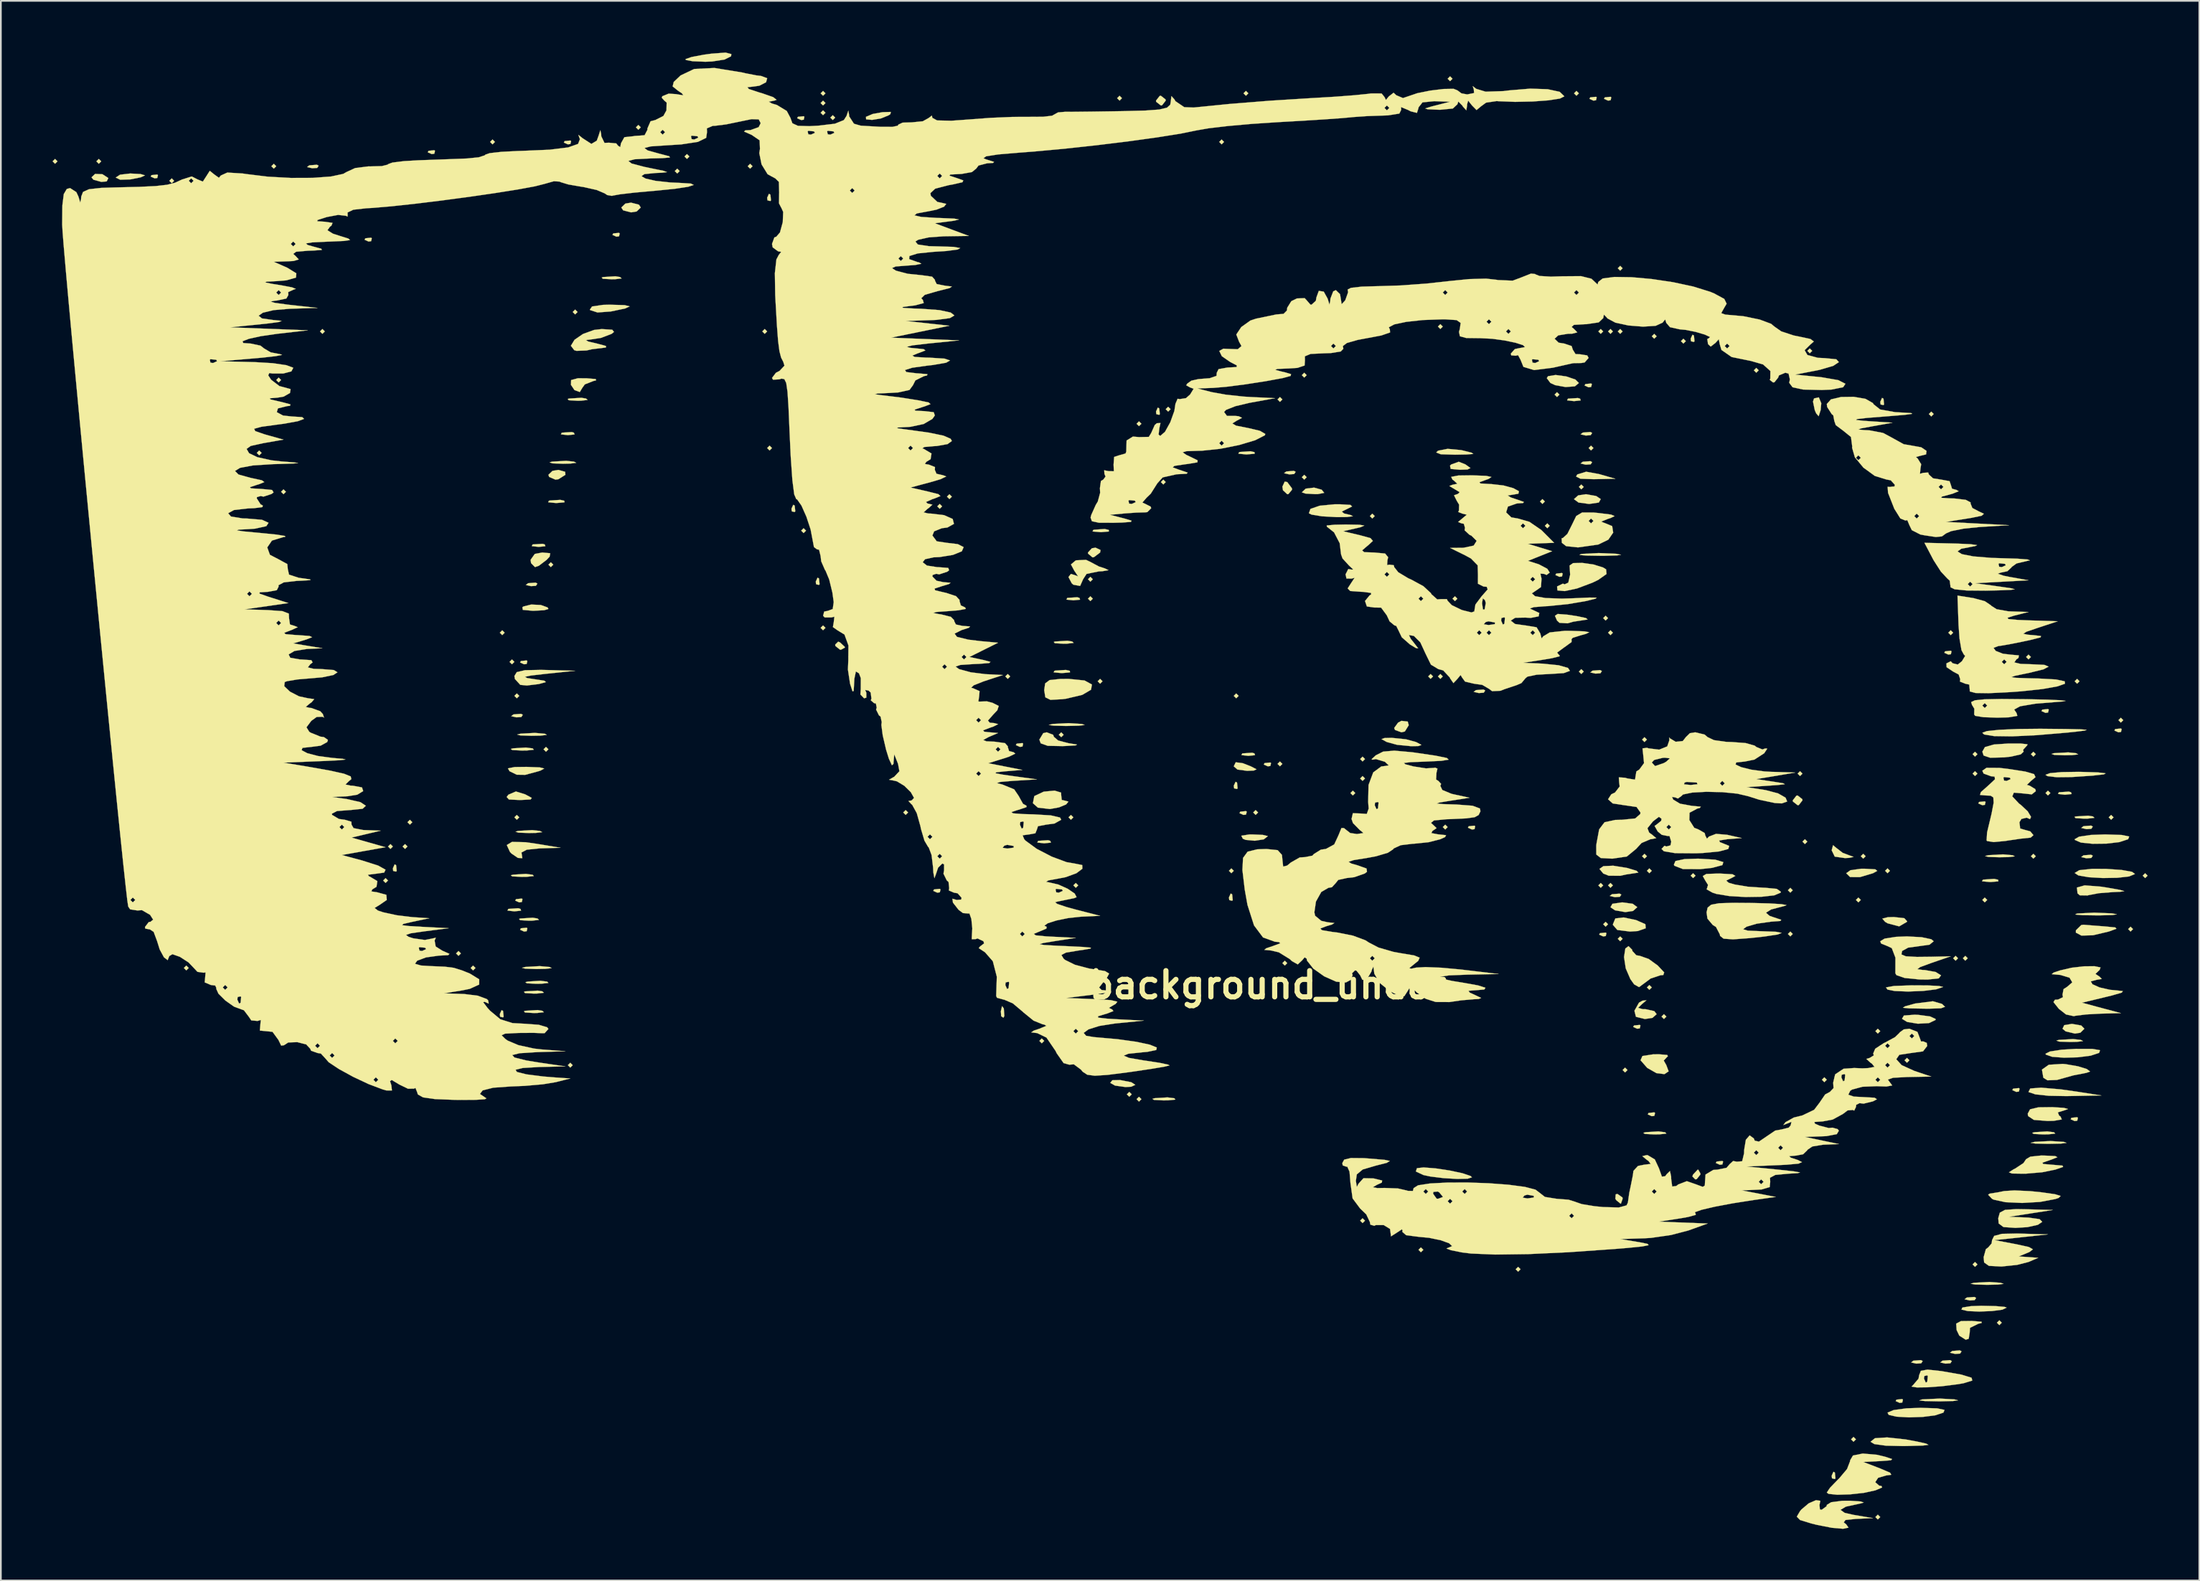
<source format=kicad_pcb>
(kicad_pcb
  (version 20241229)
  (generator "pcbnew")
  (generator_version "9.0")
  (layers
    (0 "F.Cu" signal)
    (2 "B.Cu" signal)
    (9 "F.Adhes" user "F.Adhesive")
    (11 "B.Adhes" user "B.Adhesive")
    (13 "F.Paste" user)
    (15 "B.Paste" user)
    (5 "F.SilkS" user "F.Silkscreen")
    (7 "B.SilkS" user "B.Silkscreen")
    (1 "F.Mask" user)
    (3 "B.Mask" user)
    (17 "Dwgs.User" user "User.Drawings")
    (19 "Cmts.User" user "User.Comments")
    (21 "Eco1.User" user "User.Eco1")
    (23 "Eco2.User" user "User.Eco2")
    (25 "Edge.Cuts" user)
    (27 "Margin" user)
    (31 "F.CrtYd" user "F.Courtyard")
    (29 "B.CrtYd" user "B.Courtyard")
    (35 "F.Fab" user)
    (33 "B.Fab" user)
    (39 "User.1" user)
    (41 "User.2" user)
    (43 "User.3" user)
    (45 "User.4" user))
  (footprint "background_under"
    (layer "F.Cu")
    (at 70.561 54.158)
    (property "Reference" "background_under" (at 0 0 0) (layer "F.SilkS") (effects (font (size 1.524 1.524) (thickness 0.3))))
    (attr through_hole)
    (fp_poly (pts (xy -70.273 -47.837) (xy -70.414 -47.696) (xy -70.556 -47.837) (xy -70.414 -47.978) (xy -70.273 -47.837)) (stroke (width 0.01) (type solid)) (fill yes) (layer "F.SilkS"))
    (fp_poly (pts (xy -67.733 -47.837) (xy -67.874 -47.696) (xy -68.016 -47.837) (xy -67.874 -47.978) (xy -67.733 -47.837)) (stroke (width 0.01) (type solid)) (fill yes) (layer "F.SilkS"))
    (fp_poly (pts (xy -63.5 -46.708) (xy -63.641 -46.567) (xy -63.782 -46.708) (xy -63.641 -46.849) (xy -63.5 -46.708)) (stroke (width 0.01) (type solid)) (fill yes) (layer "F.SilkS"))
    (fp_poly (pts (xy -62.653 -0.988) (xy -62.794 -0.847) (xy -62.936 -0.988) (xy -62.794 -1.129) (xy -62.653 -0.988)) (stroke (width 0.01) (type solid)) (fill yes) (layer "F.SilkS"))
    (fp_poly (pts (xy -58.42 -30.903) (xy -58.561 -30.762) (xy -58.702 -30.903) (xy -58.561 -31.044) (xy -58.42 -30.903)) (stroke (width 0.01) (type solid)) (fill yes) (layer "F.SilkS"))
    (fp_poly (pts (xy -57.573 -47.554) (xy -57.714 -47.413) (xy -57.856 -47.554) (xy -57.714 -47.696) (xy -57.573 -47.554)) (stroke (width 0.01) (type solid)) (fill yes) (layer "F.SilkS"))
    (fp_poly (pts (xy -57.291 -35.137) (xy -57.432 -34.996) (xy -57.573 -35.137) (xy -57.432 -35.278) (xy -57.291 -35.137)) (stroke (width 0.01) (type solid)) (fill yes) (layer "F.SilkS"))
    (fp_poly (pts (xy -57.009 -28.646) (xy -57.15 -28.504) (xy -57.291 -28.646) (xy -57.15 -28.787) (xy -57.009 -28.646)) (stroke (width 0.01) (type solid)) (fill yes) (layer "F.SilkS"))
    (fp_poly (pts (xy -54.751 -37.959) (xy -54.892 -37.818) (xy -55.033 -37.959) (xy -54.892 -38.1) (xy -54.751 -37.959)) (stroke (width 0.01) (type solid)) (fill yes) (layer "F.SilkS"))
    (fp_poly (pts (xy -51.082 -6.068) (xy -51.223 -5.927) (xy -51.364 -6.068) (xy -51.223 -6.209) (xy -51.082 -6.068)) (stroke (width 0.01) (type solid)) (fill yes) (layer "F.SilkS"))
    (fp_poly (pts (xy -50.8 -8.043) (xy -50.941 -7.902) (xy -51.082 -8.043) (xy -50.941 -8.184) (xy -50.8 -8.043)) (stroke (width 0.01) (type solid)) (fill yes) (layer "F.SilkS"))
    (fp_poly (pts (xy -49.953 -8.043) (xy -50.094 -7.902) (xy -50.236 -8.043) (xy -50.094 -8.184) (xy -49.953 -8.043)) (stroke (width 0.01) (type solid)) (fill yes) (layer "F.SilkS"))
    (fp_poly (pts (xy -49.671 -9.454) (xy -49.812 -9.313) (xy -49.953 -9.454) (xy -49.812 -9.596) (xy -49.671 -9.454)) (stroke (width 0.01) (type solid)) (fill yes) (layer "F.SilkS"))
    (fp_poly (pts (xy -46.849 -1.834) (xy -46.99 -1.693) (xy -47.131 -1.834) (xy -46.99 -1.976) (xy -46.849 -1.834)) (stroke (width 0.01) (type solid)) (fill yes) (layer "F.SilkS"))
    (fp_poly (pts (xy -46.002 -0.988) (xy -46.143 -0.847) (xy -46.284 -0.988) (xy -46.143 -1.129) (xy -46.002 -0.988)) (stroke (width 0.01) (type solid)) (fill yes) (layer "F.SilkS"))
    (fp_poly (pts (xy -44.873 -48.966) (xy -45.014 -48.824) (xy -45.156 -48.966) (xy -45.014 -49.107) (xy -44.873 -48.966)) (stroke (width 0.01) (type solid)) (fill yes) (layer "F.SilkS"))
    (fp_poly (pts (xy -44.309 -20.461) (xy -44.45 -20.32) (xy -44.591 -20.461) (xy -44.45 -20.602) (xy -44.309 -20.461)) (stroke (width 0.01) (type solid)) (fill yes) (layer "F.SilkS"))
    (fp_poly (pts (xy -43.744 -18.768) (xy -43.886 -18.627) (xy -44.027 -18.768) (xy -43.886 -18.909) (xy -43.744 -18.768)) (stroke (width 0.01) (type solid)) (fill yes) (layer "F.SilkS"))
    (fp_poly (pts (xy -43.462 -16.792) (xy -43.603 -16.651) (xy -43.744 -16.792) (xy -43.603 -16.933) (xy -43.462 -16.792)) (stroke (width 0.01) (type solid)) (fill yes) (layer "F.SilkS"))
    (fp_poly (pts (xy -43.462 -9.737) (xy -43.603 -9.596) (xy -43.744 -9.737) (xy -43.603 -9.878) (xy -43.462 -9.737)) (stroke (width 0.01) (type solid)) (fill yes) (layer "F.SilkS"))
    (fp_poly (pts (xy -41.769 -13.688) (xy -41.91 -13.547) (xy -42.051 -13.688) (xy -41.91 -13.829) (xy -41.769 -13.688)) (stroke (width 0.01) (type solid)) (fill yes) (layer "F.SilkS"))
    (fp_poly (pts (xy -41.487 -24.412) (xy -41.628 -24.271) (xy -41.769 -24.412) (xy -41.628 -24.553) (xy -41.487 -24.412)) (stroke (width 0.01) (type solid)) (fill yes) (layer "F.SilkS"))
    (fp_poly (pts (xy -40.358 4.657) (xy -40.499 4.798) (xy -40.64 4.657) (xy -40.499 4.516) (xy -40.358 4.657)) (stroke (width 0.01) (type solid)) (fill yes) (layer "F.SilkS"))
    (fp_poly (pts (xy -40.076 -39.088) (xy -40.217 -38.947) (xy -40.358 -39.088) (xy -40.217 -39.229) (xy -40.076 -39.088)) (stroke (width 0.01) (type solid)) (fill yes) (layer "F.SilkS"))
    (fp_poly (pts (xy -36.407 -49.812) (xy -36.548 -49.671) (xy -36.689 -49.812) (xy -36.548 -49.953) (xy -36.407 -49.812)) (stroke (width 0.01) (type solid)) (fill yes) (layer "F.SilkS"))
    (fp_poly (pts (xy -34.149 -47.272) (xy -34.29 -47.131) (xy -34.431 -47.272) (xy -34.29 -47.413) (xy -34.149 -47.272)) (stroke (width 0.01) (type solid)) (fill yes) (layer "F.SilkS"))
    (fp_poly (pts (xy -33.584 -48.119) (xy -33.726 -47.978) (xy -33.867 -48.119) (xy -33.726 -48.26) (xy -33.584 -48.119)) (stroke (width 0.01) (type solid)) (fill yes) (layer "F.SilkS"))
    (fp_poly (pts (xy -29.916 -47.554) (xy -30.057 -47.413) (xy -30.198 -47.554) (xy -30.057 -47.696) (xy -29.916 -47.554)) (stroke (width 0.01) (type solid)) (fill yes) (layer "F.SilkS"))
    (fp_poly (pts (xy -29.069 -37.959) (xy -29.21 -37.818) (xy -29.351 -37.959) (xy -29.21 -38.1) (xy -29.069 -37.959)) (stroke (width 0.01) (type solid)) (fill yes) (layer "F.SilkS"))
    (fp_poly (pts (xy -28.787 -31.186) (xy -28.928 -31.044) (xy -29.069 -31.186) (xy -28.928 -31.327) (xy -28.787 -31.186)) (stroke (width 0.01) (type solid)) (fill yes) (layer "F.SilkS"))
    (fp_poly (pts (xy -26.811 -26.388) (xy -26.952 -26.247) (xy -27.093 -26.388) (xy -26.952 -26.529) (xy -26.811 -26.388)) (stroke (width 0.01) (type solid)) (fill yes) (layer "F.SilkS"))
    (fp_poly (pts (xy -25.682 -51.788) (xy -25.823 -51.647) (xy -25.964 -51.788) (xy -25.823 -51.929) (xy -25.682 -51.788)) (stroke (width 0.01) (type solid)) (fill yes) (layer "F.SilkS"))
    (fp_poly (pts (xy -25.682 -51.223) (xy -25.823 -51.082) (xy -25.964 -51.223) (xy -25.823 -51.364) (xy -25.682 -51.223)) (stroke (width 0.01) (type solid)) (fill yes) (layer "F.SilkS"))
    (fp_poly (pts (xy -25.682 -50.659) (xy -25.823 -50.518) (xy -25.964 -50.659) (xy -25.823 -50.8) (xy -25.682 -50.659)) (stroke (width 0.01) (type solid)) (fill yes) (layer "F.SilkS"))
    (fp_poly (pts (xy -25.682 -20.743) (xy -25.823 -20.602) (xy -25.964 -20.743) (xy -25.823 -20.884) (xy -25.682 -20.743)) (stroke (width 0.01) (type solid)) (fill yes) (layer "F.SilkS"))
    (fp_poly (pts (xy -25.118 -50.377) (xy -25.259 -50.236) (xy -25.4 -50.377) (xy -25.259 -50.518) (xy -25.118 -50.377)) (stroke (width 0.01) (type solid)) (fill yes) (layer "F.SilkS"))
    (fp_poly (pts (xy -20.884 -10.019) (xy -21.026 -9.878) (xy -21.167 -10.019) (xy -21.026 -10.16) (xy -20.884 -10.019)) (stroke (width 0.01) (type solid)) (fill yes) (layer "F.SilkS"))
    (fp_poly (pts (xy -18.909 -27.799) (xy -19.05 -27.658) (xy -19.191 -27.799) (xy -19.05 -27.94) (xy -18.909 -27.799)) (stroke (width 0.01) (type solid)) (fill yes) (layer "F.SilkS"))
    (fp_poly (pts (xy -18.344 -28.363) (xy -18.486 -28.222) (xy -18.627 -28.363) (xy -18.486 -28.504) (xy -18.344 -28.363)) (stroke (width 0.01) (type solid)) (fill yes) (layer "F.SilkS"))
    (fp_poly (pts (xy -14.958 -17.921) (xy -15.099 -17.78) (xy -15.24 -17.921) (xy -15.099 -18.062) (xy -14.958 -17.921)) (stroke (width 0.01) (type solid)) (fill yes) (layer "F.SilkS"))
    (fp_poly (pts (xy -12.982 3.246) (xy -13.123 3.387) (xy -13.264 3.246) (xy -13.123 3.104) (xy -12.982 3.246)) (stroke (width 0.01) (type solid)) (fill yes) (layer "F.SilkS"))
    (fp_poly (pts (xy -11.853 -14.534) (xy -11.994 -14.393) (xy -12.136 -14.534) (xy -11.994 -14.676) (xy -11.853 -14.534)) (stroke (width 0.01) (type solid)) (fill yes) (layer "F.SilkS"))
    (fp_poly (pts (xy -11.289 -9.737) (xy -11.43 -9.596) (xy -11.571 -9.737) (xy -11.43 -9.878) (xy -11.289 -9.737)) (stroke (width 0.01) (type solid)) (fill yes) (layer "F.SilkS"))
    (fp_poly (pts (xy -11.007 -5.786) (xy -11.148 -5.644) (xy -11.289 -5.786) (xy -11.148 -5.927) (xy -11.007 -5.786)) (stroke (width 0.01) (type solid)) (fill yes) (layer "F.SilkS"))
    (fp_poly (pts (xy -10.16 -23.566) (xy -10.301 -23.424) (xy -10.442 -23.566) (xy -10.301 -23.707) (xy -10.16 -23.566)) (stroke (width 0.01) (type solid)) (fill yes) (layer "F.SilkS"))
    (fp_poly (pts (xy -10.16 -22.437) (xy -10.301 -22.296) (xy -10.442 -22.437) (xy -10.301 -22.578) (xy -10.16 -22.437)) (stroke (width 0.01) (type solid)) (fill yes) (layer "F.SilkS"))
    (fp_poly (pts (xy -9.596 -17.639) (xy -9.737 -17.498) (xy -9.878 -17.639) (xy -9.737 -17.78) (xy -9.596 -17.639)) (stroke (width 0.01) (type solid)) (fill yes) (layer "F.SilkS"))
    (fp_poly (pts (xy -8.467 -51.506) (xy -8.608 -51.364) (xy -8.749 -51.506) (xy -8.608 -51.647) (xy -8.467 -51.506)) (stroke (width 0.01) (type solid)) (fill yes) (layer "F.SilkS"))
    (fp_poly (pts (xy -7.902 6.35) (xy -8.043 6.491) (xy -8.184 6.35) (xy -8.043 6.209) (xy -7.902 6.35)) (stroke (width 0.01) (type solid)) (fill yes) (layer "F.SilkS"))
    (fp_poly (pts (xy -7.338 -32.597) (xy -7.479 -32.456) (xy -7.62 -32.597) (xy -7.479 -32.738) (xy -7.338 -32.597)) (stroke (width 0.01) (type solid)) (fill yes) (layer "F.SilkS"))
    (fp_poly (pts (xy -7.338 6.632) (xy -7.479 6.773) (xy -7.62 6.632) (xy -7.479 6.491) (xy -7.338 6.632)) (stroke (width 0.01) (type solid)) (fill yes) (layer "F.SilkS"))
    (fp_poly (pts (xy -5.927 -29.21) (xy -6.068 -29.069) (xy -6.209 -29.21) (xy -6.068 -29.351) (xy -5.927 -29.21)) (stroke (width 0.01) (type solid)) (fill yes) (layer "F.SilkS"))
    (fp_poly (pts (xy -5.644 -33.443) (xy -5.786 -33.302) (xy -5.927 -33.443) (xy -5.786 -33.584) (xy -5.644 -33.443)) (stroke (width 0.01) (type solid)) (fill yes) (layer "F.SilkS"))
    (fp_poly (pts (xy -2.54 -48.966) (xy -2.681 -48.824) (xy -2.822 -48.966) (xy -2.681 -49.107) (xy -2.54 -48.966)) (stroke (width 0.01) (type solid)) (fill yes) (layer "F.SilkS"))
    (fp_poly (pts (xy -1.976 -6.632) (xy -2.117 -6.491) (xy -2.258 -6.632) (xy -2.117 -6.773) (xy -1.976 -6.632)) (stroke (width 0.01) (type solid)) (fill yes) (layer "F.SilkS"))
    (fp_poly (pts (xy -1.693 -16.792) (xy -1.834 -16.651) (xy -1.976 -16.792) (xy -1.834 -16.933) (xy -1.693 -16.792)) (stroke (width 0.01) (type solid)) (fill yes) (layer "F.SilkS"))
    (fp_poly (pts (xy -1.129 -51.788) (xy -1.27 -51.647) (xy -1.411 -51.788) (xy -1.27 -51.929) (xy -1.129 -51.788)) (stroke (width 0.01) (type solid)) (fill yes) (layer "F.SilkS"))
    (fp_poly (pts (xy -0.564 -10.019) (xy -0.706 -9.878) (xy -0.847 -10.019) (xy -0.706 -10.16) (xy -0.564 -10.019)) (stroke (width 0.01) (type solid)) (fill yes) (layer "F.SilkS"))
    (fp_poly (pts (xy 0.847 -34.008) (xy 0.706 -33.867) (xy 0.564 -34.008) (xy 0.706 -34.149) (xy 0.847 -34.008)) (stroke (width 0.01) (type solid)) (fill yes) (layer "F.SilkS"))
    (fp_poly (pts (xy 0.847 -12.841) (xy 0.706 -12.7) (xy 0.564 -12.841) (xy 0.706 -12.982) (xy 0.847 -12.841)) (stroke (width 0.01) (type solid)) (fill yes) (layer "F.SilkS"))
    (fp_poly (pts (xy 1.129 -1.27) (xy 0.988 -1.129) (xy 0.847 -1.27) (xy 0.988 -1.411) (xy 1.129 -1.27)) (stroke (width 0.01) (type solid)) (fill yes) (layer "F.SilkS"))
    (fp_poly (pts (xy 2.258 -35.419) (xy 2.117 -35.278) (xy 1.976 -35.419) (xy 2.117 -35.56) (xy 2.258 -35.419)) (stroke (width 0.01) (type solid)) (fill yes) (layer "F.SilkS"))
    (fp_poly (pts (xy 2.258 -29.492) (xy 2.117 -29.351) (xy 1.976 -29.492) (xy 2.117 -29.633) (xy 2.258 -29.492)) (stroke (width 0.01) (type solid)) (fill yes) (layer "F.SilkS"))
    (fp_poly (pts (xy 5.08 -11.148) (xy 4.939 -11.007) (xy 4.798 -11.148) (xy 4.939 -11.289) (xy 5.08 -11.148)) (stroke (width 0.01) (type solid)) (fill yes) (layer "F.SilkS"))
    (fp_poly (pts (xy 5.644 -13.123) (xy 5.503 -12.982) (xy 5.362 -13.123) (xy 5.503 -13.264) (xy 5.644 -13.123)) (stroke (width 0.01) (type solid)) (fill yes) (layer "F.SilkS"))
    (fp_poly (pts (xy 5.644 -11.994) (xy 5.503 -11.853) (xy 5.362 -11.994) (xy 5.503 -12.136) (xy 5.644 -11.994)) (stroke (width 0.01) (type solid)) (fill yes) (layer "F.SilkS"))
    (fp_poly (pts (xy 5.644 13.688) (xy 5.503 13.829) (xy 5.362 13.688) (xy 5.503 13.547) (xy 5.644 13.688)) (stroke (width 0.01) (type solid)) (fill yes) (layer "F.SilkS"))
    (fp_poly (pts (xy 6.209 -27.234) (xy 6.068 -27.093) (xy 5.927 -27.234) (xy 6.068 -27.376) (xy 6.209 -27.234)) (stroke (width 0.01) (type solid)) (fill yes) (layer "F.SilkS"))
    (fp_poly (pts (xy 9.031 15.381) (xy 8.89 15.522) (xy 8.749 15.381) (xy 8.89 15.24) (xy 9.031 15.381)) (stroke (width 0.01) (type solid)) (fill yes) (layer "F.SilkS"))
    (fp_poly (pts (xy 9.596 -17.921) (xy 9.454 -17.78) (xy 9.313 -17.921) (xy 9.454 -18.062) (xy 9.596 -17.921)) (stroke (width 0.01) (type solid)) (fill yes) (layer "F.SilkS"))
    (fp_poly (pts (xy 10.16 -38.241) (xy 10.019 -38.1) (xy 9.878 -38.241) (xy 10.019 -38.382) (xy 10.16 -38.241)) (stroke (width 0.01) (type solid)) (fill yes) (layer "F.SilkS"))
    (fp_poly (pts (xy 10.16 -17.921) (xy 10.019 -17.78) (xy 9.878 -17.921) (xy 10.019 -18.062) (xy 10.16 -17.921)) (stroke (width 0.01) (type solid)) (fill yes) (layer "F.SilkS"))
    (fp_poly (pts (xy 10.442 -9.172) (xy 10.301 -9.031) (xy 10.16 -9.172) (xy 10.301 -9.313) (xy 10.442 -9.172)) (stroke (width 0.01) (type solid)) (fill yes) (layer "F.SilkS"))
    (fp_poly (pts (xy 10.724 -52.634) (xy 10.583 -52.493) (xy 10.442 -52.634) (xy 10.583 -52.776) (xy 10.724 -52.634)) (stroke (width 0.01) (type solid)) (fill yes) (layer "F.SilkS"))
    (fp_poly (pts (xy 11.007 -22.437) (xy 10.866 -22.296) (xy 10.724 -22.437) (xy 10.866 -22.578) (xy 11.007 -22.437)) (stroke (width 0.01) (type solid)) (fill yes) (layer "F.SilkS"))
    (fp_poly (pts (xy 14.676 16.51) (xy 14.534 16.651) (xy 14.393 16.51) (xy 14.534 16.369) (xy 14.676 16.51)) (stroke (width 0.01) (type solid)) (fill yes) (layer "F.SilkS"))
    (fp_poly (pts (xy 16.087 -28.081) (xy 15.946 -27.94) (xy 15.804 -28.081) (xy 15.946 -28.222) (xy 16.087 -28.081)) (stroke (width 0.01) (type solid)) (fill yes) (layer "F.SilkS"))
    (fp_poly (pts (xy 16.369 -26.67) (xy 16.228 -26.529) (xy 16.087 -26.67) (xy 16.228 -26.811) (xy 16.369 -26.67)) (stroke (width 0.01) (type solid)) (fill yes) (layer "F.SilkS"))
    (fp_poly (pts (xy 16.933 -34.29) (xy 16.792 -34.149) (xy 16.651 -34.29) (xy 16.792 -34.431) (xy 16.933 -34.29)) (stroke (width 0.01) (type solid)) (fill yes) (layer "F.SilkS"))
    (fp_poly (pts (xy 18.062 -51.788) (xy 17.921 -51.647) (xy 17.78 -51.788) (xy 17.921 -51.929) (xy 18.062 -51.788)) (stroke (width 0.01) (type solid)) (fill yes) (layer "F.SilkS"))
    (fp_poly (pts (xy 18.344 -28.928) (xy 18.203 -28.787) (xy 18.062 -28.928) (xy 18.203 -29.069) (xy 18.344 -28.928)) (stroke (width 0.01) (type solid)) (fill yes) (layer "F.SilkS"))
    (fp_poly (pts (xy 18.344 -18.203) (xy 18.203 -18.062) (xy 18.062 -18.203) (xy 18.203 -18.344) (xy 18.344 -18.203)) (stroke (width 0.01) (type solid)) (fill yes) (layer "F.SilkS"))
    (fp_poly (pts (xy 18.909 -31.186) (xy 18.768 -31.044) (xy 18.627 -31.186) (xy 18.768 -31.327) (xy 18.909 -31.186)) (stroke (width 0.01) (type solid)) (fill yes) (layer "F.SilkS"))
    (fp_poly (pts (xy 19.473 -37.959) (xy 19.332 -37.818) (xy 19.191 -37.959) (xy 19.332 -38.1) (xy 19.473 -37.959)) (stroke (width 0.01) (type solid)) (fill yes) (layer "F.SilkS"))
    (fp_poly (pts (xy 19.473 -5.786) (xy 19.332 -5.644) (xy 19.191 -5.786) (xy 19.332 -5.927) (xy 19.473 -5.786)) (stroke (width 0.01) (type solid)) (fill yes) (layer "F.SilkS"))
    (fp_poly (pts (xy 19.756 -21.308) (xy 19.614 -21.167) (xy 19.473 -21.308) (xy 19.614 -21.449) (xy 19.756 -21.308)) (stroke (width 0.01) (type solid)) (fill yes) (layer "F.SilkS"))
    (fp_poly (pts (xy 19.756 -3.528) (xy 19.614 -3.387) (xy 19.473 -3.528) (xy 19.614 -3.669) (xy 19.756 -3.528)) (stroke (width 0.01) (type solid)) (fill yes) (layer "F.SilkS"))
    (fp_poly (pts (xy 20.038 -37.959) (xy 19.897 -37.818) (xy 19.756 -37.959) (xy 19.897 -38.1) (xy 20.038 -37.959)) (stroke (width 0.01) (type solid)) (fill yes) (layer "F.SilkS"))
    (fp_poly (pts (xy 20.038 -20.461) (xy 19.897 -20.32) (xy 19.756 -20.461) (xy 19.897 -20.602) (xy 20.038 -20.461)) (stroke (width 0.01) (type solid)) (fill yes) (layer "F.SilkS"))
    (fp_poly (pts (xy 20.038 -5.786) (xy 19.897 -5.644) (xy 19.756 -5.786) (xy 19.897 -5.927) (xy 20.038 -5.786)) (stroke (width 0.01) (type solid)) (fill yes) (layer "F.SilkS"))
    (fp_poly (pts (xy 20.602 -41.628) (xy 20.461 -41.487) (xy 20.32 -41.628) (xy 20.461 -41.769) (xy 20.602 -41.628)) (stroke (width 0.01) (type solid)) (fill yes) (layer "F.SilkS"))
    (fp_poly (pts (xy 20.602 -37.959) (xy 20.461 -37.818) (xy 20.32 -37.959) (xy 20.461 -38.1) (xy 20.602 -37.959)) (stroke (width 0.01) (type solid)) (fill yes) (layer "F.SilkS"))
    (fp_poly (pts (xy 20.602 -2.681) (xy 20.461 -2.54) (xy 20.32 -2.681) (xy 20.461 -2.822) (xy 20.602 -2.681)) (stroke (width 0.01) (type solid)) (fill yes) (layer "F.SilkS"))
    (fp_poly (pts (xy 20.884 4.939) (xy 20.743 5.08) (xy 20.602 4.939) (xy 20.743 4.798) (xy 20.884 4.939)) (stroke (width 0.01) (type solid)) (fill yes) (layer "F.SilkS"))
    (fp_poly (pts (xy 22.013 -14.252) (xy 21.872 -14.111) (xy 21.731 -14.252) (xy 21.872 -14.393) (xy 22.013 -14.252)) (stroke (width 0.01) (type solid)) (fill yes) (layer "F.SilkS"))
    (fp_poly (pts (xy 22.013 -7.479) (xy 21.872 -7.338) (xy 21.731 -7.479) (xy 21.872 -7.62) (xy 22.013 -7.479)) (stroke (width 0.01) (type solid)) (fill yes) (layer "F.SilkS"))
    (fp_poly (pts (xy 22.296 -6.632) (xy 22.154 -6.491) (xy 22.013 -6.632) (xy 22.154 -6.773) (xy 22.296 -6.632)) (stroke (width 0.01) (type solid)) (fill yes) (layer "F.SilkS"))
    (fp_poly (pts (xy 22.296 0.141) (xy 22.154 0.282) (xy 22.013 0.141) (xy 22.154 0) (xy 22.296 0.141)) (stroke (width 0.01) (type solid)) (fill yes) (layer "F.SilkS"))
    (fp_poly (pts (xy 22.578 -37.677) (xy 22.437 -37.536) (xy 22.296 -37.677) (xy 22.437 -37.818) (xy 22.578 -37.677)) (stroke (width 0.01) (type solid)) (fill yes) (layer "F.SilkS"))
    (fp_poly (pts (xy 23.142 1.834) (xy 23.001 1.976) (xy 22.86 1.834) (xy 23.001 1.693) (xy 23.142 1.834)) (stroke (width 0.01) (type solid)) (fill yes) (layer "F.SilkS"))
    (fp_poly (pts (xy 24.271 -37.394) (xy 24.13 -37.253) (xy 23.989 -37.394) (xy 24.13 -37.536) (xy 24.271 -37.394)) (stroke (width 0.01) (type solid)) (fill yes) (layer "F.SilkS"))
    (fp_poly (pts (xy 24.836 -6.35) (xy 24.694 -6.209) (xy 24.553 -6.35) (xy 24.694 -6.491) (xy 24.836 -6.35)) (stroke (width 0.01) (type solid)) (fill yes) (layer "F.SilkS"))
    (fp_poly (pts (xy 28.504 -35.701) (xy 28.363 -35.56) (xy 28.222 -35.701) (xy 28.363 -35.842) (xy 28.504 -35.701)) (stroke (width 0.01) (type solid)) (fill yes) (layer "F.SilkS"))
    (fp_poly (pts (xy 30.48 -5.503) (xy 30.339 -5.362) (xy 30.198 -5.503) (xy 30.339 -5.644) (xy 30.48 -5.503)) (stroke (width 0.01) (type solid)) (fill yes) (layer "F.SilkS"))
    (fp_poly (pts (xy 30.48 -2.963) (xy 30.339 -2.822) (xy 30.198 -2.963) (xy 30.339 -3.104) (xy 30.48 -2.963)) (stroke (width 0.01) (type solid)) (fill yes) (layer "F.SilkS"))
    (fp_poly (pts (xy 31.044 -12.277) (xy 30.903 -12.136) (xy 30.762 -12.277) (xy 30.903 -12.418) (xy 31.044 -12.277)) (stroke (width 0.01) (type solid)) (fill yes) (layer "F.SilkS"))
    (fp_poly (pts (xy 31.327 -8.326) (xy 31.186 -8.184) (xy 31.044 -8.326) (xy 31.186 -8.467) (xy 31.327 -8.326)) (stroke (width 0.01) (type solid)) (fill yes) (layer "F.SilkS"))
    (fp_poly (pts (xy 31.609 -36.83) (xy 31.468 -36.689) (xy 31.327 -36.83) (xy 31.468 -36.971) (xy 31.609 -36.83)) (stroke (width 0.01) (type solid)) (fill yes) (layer "F.SilkS"))
    (fp_poly (pts (xy 32.456 5.503) (xy 32.314 5.644) (xy 32.173 5.503) (xy 32.314 5.362) (xy 32.456 5.503)) (stroke (width 0.01) (type solid)) (fill yes) (layer "F.SilkS"))
    (fp_poly (pts (xy 34.149 26.388) (xy 34.008 26.529) (xy 33.867 26.388) (xy 34.008 26.247) (xy 34.149 26.388)) (stroke (width 0.01) (type solid)) (fill yes) (layer "F.SilkS"))
    (fp_poly (pts (xy 34.431 -4.939) (xy 34.29 -4.798) (xy 34.149 -4.939) (xy 34.29 -5.08) (xy 34.431 -4.939)) (stroke (width 0.01) (type solid)) (fill yes) (layer "F.SilkS"))
    (fp_poly (pts (xy 34.713 -7.479) (xy 34.572 -7.338) (xy 34.431 -7.479) (xy 34.572 -7.62) (xy 34.713 -7.479)) (stroke (width 0.01) (type solid)) (fill yes) (layer "F.SilkS"))
    (fp_poly (pts (xy 35.56 2.681) (xy 35.419 2.822) (xy 35.278 2.681) (xy 35.419 2.54) (xy 35.56 2.681)) (stroke (width 0.01) (type solid)) (fill yes) (layer "F.SilkS"))
    (fp_poly (pts (xy 35.56 30.903) (xy 35.419 31.044) (xy 35.278 30.903) (xy 35.419 30.762) (xy 35.56 30.903)) (stroke (width 0.01) (type solid)) (fill yes) (layer "F.SilkS"))
    (fp_poly (pts (xy 36.124 -6.632) (xy 35.983 -6.491) (xy 35.842 -6.632) (xy 35.983 -6.773) (xy 36.124 -6.632)) (stroke (width 0.01) (type solid)) (fill yes) (layer "F.SilkS"))
    (fp_poly (pts (xy 37.253 4.374) (xy 37.112 4.516) (xy 36.971 4.374) (xy 37.112 4.233) (xy 37.253 4.374)) (stroke (width 0.01) (type solid)) (fill yes) (layer "F.SilkS"))
    (fp_poly (pts (xy 38.664 -33.161) (xy 38.523 -33.02) (xy 38.382 -33.161) (xy 38.523 -33.302) (xy 38.664 -33.161)) (stroke (width 0.01) (type solid)) (fill yes) (layer "F.SilkS"))
    (fp_poly (pts (xy 39.793 -20.461) (xy 39.652 -20.32) (xy 39.511 -20.461) (xy 39.652 -20.602) (xy 39.793 -20.461)) (stroke (width 0.01) (type solid)) (fill yes) (layer "F.SilkS"))
    (fp_poly (pts (xy 40.076 -1.552) (xy 39.934 -1.411) (xy 39.793 -1.552) (xy 39.934 -1.693) (xy 40.076 -1.552)) (stroke (width 0.01) (type solid)) (fill yes) (layer "F.SilkS"))
    (fp_poly (pts (xy 40.64 -1.552) (xy 40.499 -1.411) (xy 40.358 -1.552) (xy 40.499 -1.693) (xy 40.64 -1.552)) (stroke (width 0.01) (type solid)) (fill yes) (layer "F.SilkS"))
    (fp_poly (pts (xy 41.204 -13.406) (xy 41.063 -13.264) (xy 40.922 -13.406) (xy 41.063 -13.547) (xy 41.204 -13.406)) (stroke (width 0.01) (type solid)) (fill yes) (layer "F.SilkS"))
    (fp_poly (pts (xy 41.204 -12.277) (xy 41.063 -12.136) (xy 40.922 -12.277) (xy 41.063 -12.418) (xy 41.204 -12.277)) (stroke (width 0.01) (type solid)) (fill yes) (layer "F.SilkS"))
    (fp_poly (pts (xy 41.204 16.228) (xy 41.063 16.369) (xy 40.922 16.228) (xy 41.063 16.087) (xy 41.204 16.228)) (stroke (width 0.01) (type solid)) (fill yes) (layer "F.SilkS"))
    (fp_poly (pts (xy 41.769 -4.939) (xy 41.628 -4.798) (xy 41.487 -4.939) (xy 41.628 -5.08) (xy 41.769 -4.939)) (stroke (width 0.01) (type solid)) (fill yes) (layer "F.SilkS"))
    (fp_poly (pts (xy 42.616 19.614) (xy 42.474 19.756) (xy 42.333 19.614) (xy 42.474 19.473) (xy 42.616 19.614)) (stroke (width 0.01) (type solid)) (fill yes) (layer "F.SilkS"))
    (fp_poly (pts (xy 44.309 -19.05) (xy 44.168 -18.909) (xy 44.027 -19.05) (xy 44.168 -19.191) (xy 44.309 -19.05)) (stroke (width 0.01) (type solid)) (fill yes) (layer "F.SilkS"))
    (fp_poly (pts (xy 44.591 -13.406) (xy 44.45 -13.264) (xy 44.309 -13.406) (xy 44.45 -13.547) (xy 44.591 -13.406)) (stroke (width 0.01) (type solid)) (fill yes) (layer "F.SilkS"))
    (fp_poly (pts (xy 44.591 -7.479) (xy 44.45 -7.338) (xy 44.309 -7.479) (xy 44.45 -7.62) (xy 44.591 -7.479)) (stroke (width 0.01) (type solid)) (fill yes) (layer "F.SilkS"))
    (fp_poly (pts (xy 45.438 -11.148) (xy 45.297 -11.007) (xy 45.156 -11.148) (xy 45.297 -11.289) (xy 45.438 -11.148)) (stroke (width 0.01) (type solid)) (fill yes) (layer "F.SilkS"))
    (fp_poly (pts (xy 47.131 -17.639) (xy 46.99 -17.498) (xy 46.849 -17.639) (xy 46.99 -17.78) (xy 47.131 -17.639)) (stroke (width 0.01) (type solid)) (fill yes) (layer "F.SilkS"))
    (fp_poly (pts (xy 49.107 -9.737) (xy 48.966 -9.596) (xy 48.824 -9.737) (xy 48.966 -9.878) (xy 49.107 -9.737)) (stroke (width 0.01) (type solid)) (fill yes) (layer "F.SilkS"))
    (fp_poly (pts (xy 49.671 -15.381) (xy 49.53 -15.24) (xy 49.389 -15.381) (xy 49.53 -15.522) (xy 49.671 -15.381)) (stroke (width 0.01) (type solid)) (fill yes) (layer "F.SilkS"))
    (fp_poly (pts (xy 50.236 -3.246) (xy 50.094 -3.104) (xy 49.953 -3.246) (xy 50.094 -3.387) (xy 50.236 -3.246)) (stroke (width 0.01) (type solid)) (fill yes) (layer "F.SilkS"))
    (fp_poly (pts (xy 51.082 -6.35) (xy 50.941 -6.209) (xy 50.8 -6.35) (xy 50.941 -6.491) (xy 51.082 -6.35)) (stroke (width 0.01) (type solid)) (fill yes) (layer "F.SilkS"))
    (fp_poly (pts (xy -64.441 -47.037) (xy -64.479 -46.869) (xy -64.629 -46.849) (xy -64.861 -46.952) (xy -64.817 -47.037) (xy -64.482 -47.071) (xy -64.441 -47.037)) (stroke (width 0.01) (type solid)) (fill yes) (layer "F.SilkS"))
    (fp_poly (pts (xy -55.11 -47.584) (xy -55.194 -47.456) (xy -55.48 -47.436) (xy -55.781 -47.505) (xy -55.651 -47.606) (xy -55.21 -47.64) (xy -55.11 -47.584)) (stroke (width 0.01) (type solid)) (fill yes) (layer "F.SilkS"))
    (fp_poly (pts (xy -52.023 -43.368) (xy -52.062 -43.2) (xy -52.211 -43.18) (xy -52.443 -43.283) (xy -52.399 -43.368) (xy -52.064 -43.402) (xy -52.023 -43.368)) (stroke (width 0.01) (type solid)) (fill yes) (layer "F.SilkS"))
    (fp_poly (pts (xy -50.612 -6.961) (xy -50.578 -6.627) (xy -50.612 -6.585) (xy -50.78 -6.624) (xy -50.8 -6.773) (xy -50.697 -7.006) (xy -50.612 -6.961)) (stroke (width 0.01) (type solid)) (fill yes) (layer "F.SilkS"))
    (fp_poly (pts (xy -48.354 -48.448) (xy -48.393 -48.28) (xy -48.542 -48.26) (xy -48.775 -48.363) (xy -48.73 -48.448) (xy -48.395 -48.482) (xy -48.354 -48.448)) (stroke (width 0.01) (type solid)) (fill yes) (layer "F.SilkS"))
    (fp_poly (pts (xy -44.403 1.505) (xy -44.369 1.84) (xy -44.403 1.881) (xy -44.571 1.843) (xy -44.591 1.693) (xy -44.488 1.461) (xy -44.403 1.505)) (stroke (width 0.01) (type solid)) (fill yes) (layer "F.SilkS"))
    (fp_poly (pts (xy -43.392 -4.42) (xy -43.356 -4.317) (xy -43.744 -4.278) (xy -44.145 -4.322) (xy -44.097 -4.42) (xy -43.519 -4.458) (xy -43.392 -4.42)) (stroke (width 0.01) (type solid)) (fill yes) (layer "F.SilkS"))
    (fp_poly (pts (xy -43.274 -4.986) (xy -43.313 -4.818) (xy -43.462 -4.798) (xy -43.695 -4.901) (xy -43.65 -4.986) (xy -43.315 -5.02) (xy -43.274 -4.986)) (stroke (width 0.01) (type solid)) (fill yes) (layer "F.SilkS"))
    (fp_poly (pts (xy -43.256 -15.693) (xy -43.341 -15.564) (xy -43.627 -15.545) (xy -43.928 -15.613) (xy -43.797 -15.715) (xy -43.356 -15.749) (xy -43.256 -15.693)) (stroke (width 0.01) (type solid)) (fill yes) (layer "F.SilkS"))
    (fp_poly (pts (xy -42.992 -18.815) (xy -43.031 -18.647) (xy -43.18 -18.627) (xy -43.412 -18.73) (xy -43.368 -18.815) (xy -43.033 -18.849) (xy -42.992 -18.815)) (stroke (width 0.01) (type solid)) (fill yes) (layer "F.SilkS"))
    (fp_poly (pts (xy -42.992 -3.293) (xy -43.031 -3.125) (xy -43.18 -3.104) (xy -43.412 -3.208) (xy -43.368 -3.293) (xy -43.033 -3.326) (xy -42.992 -3.293)) (stroke (width 0.01) (type solid)) (fill yes) (layer "F.SilkS"))
    (fp_poly (pts (xy -42.41 -23.313) (xy -42.494 -23.184) (xy -42.78 -23.165) (xy -43.081 -23.233) (xy -42.951 -23.335) (xy -42.51 -23.369) (xy -42.41 -23.313)) (stroke (width 0.01) (type solid)) (fill yes) (layer "F.SilkS"))
    (fp_poly (pts (xy -41.981 -25.587) (xy -41.945 -25.484) (xy -42.333 -25.445) (xy -42.734 -25.489) (xy -42.686 -25.587) (xy -42.108 -25.624) (xy -41.981 -25.587)) (stroke (width 0.01) (type solid)) (fill yes) (layer "F.SilkS"))
    (fp_poly (pts (xy -40.452 -49.013) (xy -40.491 -48.845) (xy -40.64 -48.824) (xy -40.872 -48.928) (xy -40.828 -49.013) (xy -40.493 -49.046) (xy -40.452 -49.013)) (stroke (width 0.01) (type solid)) (fill yes) (layer "F.SilkS"))
    (fp_poly (pts (xy -40.287 -32.078) (xy -40.252 -31.975) (xy -40.64 -31.936) (xy -41.041 -31.98) (xy -40.993 -32.078) (xy -40.415 -32.115) (xy -40.287 -32.078)) (stroke (width 0.01) (type solid)) (fill yes) (layer "F.SilkS"))
    (fp_poly (pts (xy -37.63 -43.65) (xy -37.668 -43.483) (xy -37.818 -43.462) (xy -38.05 -43.565) (xy -38.006 -43.65) (xy -37.671 -43.684) (xy -37.63 -43.65)) (stroke (width 0.01) (type solid)) (fill yes) (layer "F.SilkS"))
    (fp_poly (pts (xy -28.881 -45.908) (xy -28.847 -45.573) (xy -28.881 -45.532) (xy -29.049 -45.571) (xy -29.069 -45.72) (xy -28.966 -45.952) (xy -28.881 -45.908)) (stroke (width 0.01) (type solid)) (fill yes) (layer "F.SilkS"))
    (fp_poly (pts (xy -27.47 -27.846) (xy -27.436 -27.511) (xy -27.47 -27.47) (xy -27.637 -27.508) (xy -27.658 -27.658) (xy -27.555 -27.89) (xy -27.47 -27.846)) (stroke (width 0.01) (type solid)) (fill yes) (layer "F.SilkS"))
    (fp_poly (pts (xy -26.905 -50.424) (xy -26.944 -50.256) (xy -27.093 -50.236) (xy -27.326 -50.339) (xy -27.281 -50.424) (xy -26.947 -50.457) (xy -26.905 -50.424)) (stroke (width 0.01) (type solid)) (fill yes) (layer "F.SilkS"))
    (fp_poly (pts (xy -26.059 -23.613) (xy -26.025 -23.278) (xy -26.059 -23.236) (xy -26.226 -23.275) (xy -26.247 -23.424) (xy -26.143 -23.657) (xy -26.059 -23.613)) (stroke (width 0.01) (type solid)) (fill yes) (layer "F.SilkS"))
    (fp_poly (pts (xy -19.003 -5.55) (xy -19.042 -5.383) (xy -19.191 -5.362) (xy -19.423 -5.465) (xy -19.379 -5.55) (xy -19.044 -5.584) (xy -19.003 -5.55)) (stroke (width 0.01) (type solid)) (fill yes) (layer "F.SilkS"))
    (fp_poly (pts (xy -15.329 1.358) (xy -15.296 1.799) (xy -15.352 1.899) (xy -15.48 1.815) (xy -15.5 1.529) (xy -15.431 1.228) (xy -15.329 1.358)) (stroke (width 0.01) (type solid)) (fill yes) (layer "F.SilkS"))
    (fp_poly (pts (xy -14.205 -14.017) (xy -14.244 -13.849) (xy -14.393 -13.829) (xy -14.626 -13.932) (xy -14.581 -14.017) (xy -14.247 -14.051) (xy -14.205 -14.017)) (stroke (width 0.01) (type solid)) (fill yes) (layer "F.SilkS"))
    (fp_poly (pts (xy -12.629 -8.371) (xy -12.594 -8.268) (xy -12.982 -8.229) (xy -13.383 -8.273) (xy -13.335 -8.371) (xy -12.757 -8.409) (xy -12.629 -8.371)) (stroke (width 0.01) (type solid)) (fill yes) (layer "F.SilkS"))
    (fp_poly (pts (xy -10.936 -22.482) (xy -10.901 -22.379) (xy -11.289 -22.34) (xy -11.69 -22.384) (xy -11.642 -22.482) (xy -11.064 -22.52) (xy -10.936 -22.482)) (stroke (width 0.01) (type solid)) (fill yes) (layer "F.SilkS"))
    (fp_poly (pts (xy -6.303 -33.49) (xy -6.269 -33.155) (xy -6.303 -33.114) (xy -6.471 -33.153) (xy -6.491 -33.302) (xy -6.388 -33.535) (xy -6.303 -33.49)) (stroke (width 0.01) (type solid)) (fill yes) (layer "F.SilkS"))
    (fp_poly (pts (xy -2.07 -5.268) (xy -2.036 -4.933) (xy -2.07 -4.892) (xy -2.237 -4.931) (xy -2.258 -5.08) (xy -2.155 -5.312) (xy -2.07 -5.268)) (stroke (width 0.01) (type solid)) (fill yes) (layer "F.SilkS"))
    (fp_poly (pts (xy -1.787 -11.759) (xy -1.754 -11.424) (xy -1.787 -11.383) (xy -1.955 -11.422) (xy -1.976 -11.571) (xy -1.872 -11.803) (xy -1.787 -11.759)) (stroke (width 0.01) (type solid)) (fill yes) (layer "F.SilkS"))
    (fp_poly (pts (xy -1.223 -10.066) (xy -1.262 -9.898) (xy -1.411 -9.878) (xy -1.643 -9.981) (xy -1.599 -10.066) (xy -1.264 -10.1) (xy -1.223 -10.066)) (stroke (width 0.01) (type solid)) (fill yes) (layer "F.SilkS"))
    (fp_poly (pts (xy -0.776 -13.451) (xy -0.741 -13.348) (xy -1.129 -13.309) (xy -1.53 -13.353) (xy -1.482 -13.451) (xy -0.904 -13.489) (xy -0.776 -13.451)) (stroke (width 0.01) (type solid)) (fill yes) (layer "F.SilkS"))
    (fp_poly (pts (xy 0.188 -12.888) (xy 0.149 -12.72) (xy 0 -12.7) (xy -0.232 -12.803) (xy -0.188 -12.888) (xy 0.147 -12.922) (xy 0.188 -12.888)) (stroke (width 0.01) (type solid)) (fill yes) (layer "F.SilkS"))
    (fp_poly (pts (xy 1.617 -29.804) (xy 1.533 -29.676) (xy 1.246 -29.656) (xy 0.945 -29.725) (xy 1.076 -29.826) (xy 1.517 -29.86) (xy 1.617 -29.804)) (stroke (width 0.01) (type solid)) (fill yes) (layer "F.SilkS"))
    (fp_poly (pts (xy 12.041 -9.219) (xy 12.003 -9.051) (xy 11.853 -9.031) (xy 11.621 -9.134) (xy 11.665 -9.219) (xy 12 -9.253) (xy 12.041 -9.219)) (stroke (width 0.01) (type solid)) (fill yes) (layer "F.SilkS"))
    (fp_poly (pts (xy 12.624 -17.104) (xy 12.539 -16.976) (xy 12.253 -16.956) (xy 11.952 -17.025) (xy 12.083 -17.126) (xy 12.524 -17.16) (xy 12.624 -17.104)) (stroke (width 0.01) (type solid)) (fill yes) (layer "F.SilkS"))
    (fp_poly (pts (xy 17.121 -23.895) (xy 17.083 -23.727) (xy 16.933 -23.707) (xy 16.701 -23.81) (xy 16.745 -23.895) (xy 17.08 -23.929) (xy 17.121 -23.895)) (stroke (width 0.01) (type solid)) (fill yes) (layer "F.SilkS"))
    (fp_poly (pts (xy 18.133 -34.054) (xy 18.168 -33.951) (xy 17.78 -33.911) (xy 17.379 -33.956) (xy 17.427 -34.054) (xy 18.005 -34.091) (xy 18.133 -34.054)) (stroke (width 0.01) (type solid)) (fill yes) (layer "F.SilkS"))
    (fp_poly (pts (xy 18.815 -34.901) (xy 18.776 -34.734) (xy 18.627 -34.713) (xy 18.394 -34.817) (xy 18.439 -34.901) (xy 18.773 -34.935) (xy 18.815 -34.901)) (stroke (width 0.01) (type solid)) (fill yes) (layer "F.SilkS"))
    (fp_poly (pts (xy 18.832 -32.062) (xy 18.748 -31.933) (xy 18.462 -31.913) (xy 18.161 -31.982) (xy 18.292 -32.084) (xy 18.733 -32.118) (xy 18.832 -32.062)) (stroke (width 0.01) (type solid)) (fill yes) (layer "F.SilkS"))
    (fp_poly (pts (xy 18.832 -30.368) (xy 18.748 -30.24) (xy 18.462 -30.22) (xy 18.161 -30.289) (xy 18.292 -30.391) (xy 18.733 -30.424) (xy 18.832 -30.368)) (stroke (width 0.01) (type solid)) (fill yes) (layer "F.SilkS"))
    (fp_poly (pts (xy 19.097 -51.553) (xy 19.058 -51.385) (xy 18.909 -51.364) (xy 18.677 -51.468) (xy 18.721 -51.553) (xy 19.056 -51.586) (xy 19.097 -51.553)) (stroke (width 0.01) (type solid)) (fill yes) (layer "F.SilkS"))
    (fp_poly (pts (xy 19.397 -18.233) (xy 19.313 -18.104) (xy 19.026 -18.085) (xy 18.725 -18.153) (xy 18.856 -18.255) (xy 19.297 -18.289) (xy 19.397 -18.233)) (stroke (width 0.01) (type solid)) (fill yes) (layer "F.SilkS"))
    (fp_poly (pts (xy 19.661 -3.01) (xy 19.623 -2.843) (xy 19.473 -2.822) (xy 19.241 -2.925) (xy 19.285 -3.01) (xy 19.62 -3.044) (xy 19.661 -3.01)) (stroke (width 0.01) (type solid)) (fill yes) (layer "F.SilkS"))
    (fp_poly (pts (xy 19.944 -51.553) (xy 19.905 -51.385) (xy 19.756 -51.364) (xy 19.523 -51.468) (xy 19.567 -51.553) (xy 19.902 -51.586) (xy 19.944 -51.553)) (stroke (width 0.01) (type solid)) (fill yes) (layer "F.SilkS"))
    (fp_poly (pts (xy 20.526 -5.251) (xy 20.442 -5.122) (xy 20.155 -5.102) (xy 19.854 -5.171) (xy 19.985 -5.273) (xy 20.426 -5.306) (xy 20.526 -5.251)) (stroke (width 0.01) (type solid)) (fill yes) (layer "F.SilkS"))
    (fp_poly (pts (xy 21.637 2.352) (xy 21.598 2.52) (xy 21.449 2.54) (xy 21.217 2.437) (xy 21.261 2.352) (xy 21.596 2.318) (xy 21.637 2.352)) (stroke (width 0.01) (type solid)) (fill yes) (layer "F.SilkS"))
    (fp_poly (pts (xy 22.484 7.432) (xy 22.445 7.6) (xy 22.296 7.62) (xy 22.063 7.517) (xy 22.107 7.432) (xy 22.442 7.398) (xy 22.484 7.432)) (stroke (width 0.01) (type solid)) (fill yes) (layer "F.SilkS"))
    (fp_poly (pts (xy 24.741 -37.724) (xy 24.775 -37.389) (xy 24.741 -37.347) (xy 24.574 -37.386) (xy 24.553 -37.536) (xy 24.657 -37.768) (xy 24.741 -37.724)) (stroke (width 0.01) (type solid)) (fill yes) (layer "F.SilkS"))
    (fp_poly (pts (xy 26.435 10.254) (xy 26.396 10.422) (xy 26.247 10.442) (xy 26.014 10.339) (xy 26.059 10.254) (xy 26.393 10.22) (xy 26.435 10.254)) (stroke (width 0.01) (type solid)) (fill yes) (layer "F.SilkS"))
    (fp_poly (pts (xy 32.926 28.316) (xy 32.96 28.651) (xy 32.926 28.693) (xy 32.758 28.654) (xy 32.738 28.504) (xy 32.841 28.272) (xy 32.926 28.316)) (stroke (width 0.01) (type solid)) (fill yes) (layer "F.SilkS"))
    (fp_poly (pts (xy 35.748 -34.055) (xy 35.782 -33.72) (xy 35.748 -33.679) (xy 35.58 -33.717) (xy 35.56 -33.867) (xy 35.663 -34.099) (xy 35.748 -34.055)) (stroke (width 0.01) (type solid)) (fill yes) (layer "F.SilkS"))
    (fp_poly (pts (xy 36.877 24.083) (xy 36.838 24.251) (xy 36.689 24.271) (xy 36.457 24.168) (xy 36.501 24.083) (xy 36.836 24.049) (xy 36.877 24.083)) (stroke (width 0.01) (type solid)) (fill yes) (layer "F.SilkS"))
    (fp_poly (pts (xy 38.024 21.843) (xy 37.939 21.971) (xy 37.653 21.991) (xy 37.352 21.922) (xy 37.483 21.821) (xy 37.924 21.787) (xy 38.024 21.843)) (stroke (width 0.01) (type solid)) (fill yes) (layer "F.SilkS"))
    (fp_poly (pts (xy 39.699 -19.379) (xy 39.661 -19.211) (xy 39.511 -19.191) (xy 39.279 -19.294) (xy 39.323 -19.379) (xy 39.658 -19.413) (xy 39.699 -19.379)) (stroke (width 0.01) (type solid)) (fill yes) (layer "F.SilkS"))
    (fp_poly (pts (xy 39.717 21.843) (xy 39.633 21.971) (xy 39.346 21.991) (xy 39.045 21.922) (xy 39.176 21.821) (xy 39.617 21.787) (xy 39.717 21.843)) (stroke (width 0.01) (type solid)) (fill yes) (layer "F.SilkS"))
    (fp_poly (pts (xy 40.281 21.278) (xy 40.197 21.407) (xy 39.911 21.427) (xy 39.61 21.358) (xy 39.74 21.256) (xy 40.181 21.222) (xy 40.281 21.278)) (stroke (width 0.01) (type solid)) (fill yes) (layer "F.SilkS"))
    (fp_poly (pts (xy 41.128 18.174) (xy 41.044 18.302) (xy 40.758 18.322) (xy 40.456 18.253) (xy 40.587 18.152) (xy 41.028 18.118) (xy 41.128 18.174)) (stroke (width 0.01) (type solid)) (fill yes) (layer "F.SilkS"))
    (fp_poly (pts (xy 41.675 -10.63) (xy 41.636 -10.463) (xy 41.487 -10.442) (xy 41.254 -10.545) (xy 41.299 -10.63) (xy 41.633 -10.664) (xy 41.675 -10.63)) (stroke (width 0.01) (type solid)) (fill yes) (layer "F.SilkS"))
    (fp_poly (pts (xy 43.65 6.021) (xy 43.612 6.189) (xy 43.462 6.209) (xy 43.23 6.106) (xy 43.274 6.021) (xy 43.609 5.987) (xy 43.65 6.021)) (stroke (width 0.01) (type solid)) (fill yes) (layer "F.SilkS"))
    (fp_poly (pts (xy 45.344 -15.993) (xy 45.305 -15.825) (xy 45.156 -15.804) (xy 44.923 -15.908) (xy 44.967 -15.993) (xy 45.302 -16.026) (xy 45.344 -15.993)) (stroke (width 0.01) (type solid)) (fill yes) (layer "F.SilkS"))
    (fp_poly (pts (xy 46.637 -11.194) (xy 46.673 -11.091) (xy 46.284 -11.051) (xy 45.884 -11.096) (xy 45.932 -11.194) (xy 46.509 -11.231) (xy 46.637 -11.194)) (stroke (width 0.01) (type solid)) (fill yes) (layer "F.SilkS"))
    (fp_poly (pts (xy 47.037 7.714) (xy 46.998 7.882) (xy 46.849 7.902) (xy 46.617 7.799) (xy 46.661 7.714) (xy 46.996 7.68) (xy 47.037 7.714)) (stroke (width 0.01) (type solid)) (fill yes) (layer "F.SilkS"))
    (fp_poly (pts (xy 47.901 -9.202) (xy 47.817 -9.073) (xy 47.531 -9.053) (xy 47.23 -9.122) (xy 47.36 -9.224) (xy 47.801 -9.258) (xy 47.901 -9.202)) (stroke (width 0.01) (type solid)) (fill yes) (layer "F.SilkS"))
    (fp_poly (pts (xy 47.901 -7.508) (xy 47.817 -7.38) (xy 47.531 -7.36) (xy 47.23 -7.429) (xy 47.36 -7.531) (xy 47.801 -7.564) (xy 47.901 -7.508)) (stroke (width 0.01) (type solid)) (fill yes) (layer "F.SilkS"))
    (fp_poly (pts (xy 49.577 -14.864) (xy 49.538 -14.696) (xy 49.389 -14.676) (xy 49.157 -14.779) (xy 49.201 -14.864) (xy 49.536 -14.897) (xy 49.577 -14.864)) (stroke (width 0.01) (type solid)) (fill yes) (layer "F.SilkS"))
    (fp_poly (pts (xy 19.223 -29.677) (xy 20.179 -29.402) (xy 18.923 -29.377) (xy 18.154 -29.403) (xy 17.9 -29.531) (xy 17.967 -29.651) (xy 18.485 -29.811) (xy 19.223 -29.677)) (stroke (width 0.01) (type solid)) (fill yes) (layer "F.SilkS"))
    (fp_poly (pts (xy -67.665 -47.09) (xy -67.323 -46.869) (xy -67.321 -46.866) (xy -67.413 -46.673) (xy -67.727 -46.644) (xy -68.19 -46.771) (xy -68.298 -46.909) (xy -68.09 -47.107) (xy -67.665 -47.09)) (stroke (width 0.01) (type solid)) (fill yes) (layer "F.SilkS"))
    (fp_poly (pts (xy -42.683 -13.741) (xy -42.617 -13.664) (xy -43.022 -13.621) (xy -43.321 -13.618) (xy -43.868 -13.646) (xy -43.951 -13.709) (xy -43.812 -13.746) (xy -43.076 -13.792) (xy -42.683 -13.741)) (stroke (width 0.01) (type solid)) (fill yes) (layer "F.SilkS"))
    (fp_poly (pts (xy -42.683 -6.403) (xy -42.617 -6.327) (xy -43.022 -6.284) (xy -43.321 -6.28) (xy -43.868 -6.308) (xy -43.951 -6.372) (xy -43.812 -6.408) (xy -43.076 -6.454) (xy -42.683 -6.403)) (stroke (width 0.01) (type solid)) (fill yes) (layer "F.SilkS"))
    (fp_poly (pts (xy -42.404 -3.863) (xy -42.316 -3.782) (xy -42.706 -3.737) (xy -42.898 -3.734) (xy -43.411 -3.764) (xy -43.472 -3.837) (xy -43.392 -3.863) (xy -42.676 -3.907) (xy -42.404 -3.863)) (stroke (width 0.01) (type solid)) (fill yes) (layer "F.SilkS"))
    (fp_poly (pts (xy -42.263 -8.948) (xy -42.129 -8.878) (xy -42.484 -8.834) (xy -42.898 -8.826) (xy -43.508 -8.848) (xy -43.676 -8.904) (xy -43.533 -8.948) (xy -42.71 -8.995) (xy -42.263 -8.948)) (stroke (width 0.01) (type solid)) (fill yes) (layer "F.SilkS"))
    (fp_poly (pts (xy -42.122 0.37) (xy -42.034 0.452) (xy -42.424 0.496) (xy -42.616 0.499) (xy -43.129 0.47) (xy -43.19 0.396) (xy -43.109 0.37) (xy -42.394 0.326) (xy -42.122 0.37)) (stroke (width 0.01) (type solid)) (fill yes) (layer "F.SilkS"))
    (fp_poly (pts (xy -42.122 1.499) (xy -42.034 1.581) (xy -42.424 1.625) (xy -42.616 1.628) (xy -43.129 1.598) (xy -43.19 1.525) (xy -43.109 1.499) (xy -42.394 1.455) (xy -42.122 1.499)) (stroke (width 0.01) (type solid)) (fill yes) (layer "F.SilkS"))
    (fp_poly (pts (xy -41.977 -14.592) (xy -41.863 -14.526) (xy -42.233 -14.483) (xy -42.757 -14.474) (xy -43.397 -14.495) (xy -43.584 -14.546) (xy -43.388 -14.596) (xy -42.553 -14.642) (xy -41.977 -14.592)) (stroke (width 0.01) (type solid)) (fill yes) (layer "F.SilkS"))
    (fp_poly (pts (xy -41.836 -0.194) (xy -41.77 -0.118) (xy -42.175 -0.075) (xy -42.474 -0.071) (xy -43.021 -0.099) (xy -43.104 -0.163) (xy -42.965 -0.2) (xy -42.23 -0.245) (xy -41.836 -0.194)) (stroke (width 0.01) (type solid)) (fill yes) (layer "F.SilkS"))
    (fp_poly (pts (xy -41.694 -1.045) (xy -41.581 -0.979) (xy -41.951 -0.937) (xy -42.474 -0.927) (xy -43.115 -0.949) (xy -43.302 -0.999) (xy -43.106 -1.049) (xy -42.271 -1.096) (xy -41.694 -1.045)) (stroke (width 0.01) (type solid)) (fill yes) (layer "F.SilkS"))
    (fp_poly (pts (xy -40.846 -28.125) (xy -40.837 -28.032) (xy -41.279 -27.995) (xy -41.346 -27.995) (xy -41.783 -28.036) (xy -41.741 -28.122) (xy -41.693 -28.136) (xy -41.078 -28.177) (xy -40.846 -28.125)) (stroke (width 0.01) (type solid)) (fill yes) (layer "F.SilkS"))
    (fp_poly (pts (xy -40.798 -29.807) (xy -40.781 -29.633) (xy -41.189 -29.374) (xy -41.362 -29.351) (xy -41.727 -29.509) (xy -41.769 -29.633) (xy -41.532 -29.86) (xy -41.188 -29.916) (xy -40.798 -29.807)) (stroke (width 0.01) (type solid)) (fill yes) (layer "F.SilkS"))
    (fp_poly (pts (xy -40.287 -30.397) (xy -40.153 -30.327) (xy -40.508 -30.283) (xy -40.922 -30.275) (xy -41.533 -30.297) (xy -41.7 -30.353) (xy -41.557 -30.397) (xy -40.735 -30.444) (xy -40.287 -30.397)) (stroke (width 0.01) (type solid)) (fill yes) (layer "F.SilkS"))
    (fp_poly (pts (xy -39.582 -34.061) (xy -39.494 -33.979) (xy -39.884 -33.935) (xy -40.076 -33.932) (xy -40.589 -33.962) (xy -40.65 -34.035) (xy -40.569 -34.061) (xy -39.854 -34.105) (xy -39.582 -34.061)) (stroke (width 0.01) (type solid)) (fill yes) (layer "F.SilkS"))
    (fp_poly (pts (xy -37.606 -41.117) (xy -37.518 -41.035) (xy -37.909 -40.99) (xy -38.1 -40.988) (xy -38.613 -41.017) (xy -38.674 -41.09) (xy -38.594 -41.117) (xy -37.878 -41.161) (xy -37.606 -41.117)) (stroke (width 0.01) (type solid)) (fill yes) (layer "F.SilkS"))
    (fp_poly (pts (xy -36.513 -45.32) (xy -36.407 -45.156) (xy -36.643 -44.926) (xy -36.971 -44.873) (xy -37.43 -44.992) (xy -37.536 -45.156) (xy -37.299 -45.385) (xy -36.971 -45.438) (xy -36.513 -45.32)) (stroke (width 0.01) (type solid)) (fill yes) (layer "F.SilkS"))
    (fp_poly (pts (xy -24.836 -19.897) (xy -24.566 -19.643) (xy -24.553 -19.598) (xy -24.772 -19.477) (xy -24.836 -19.473) (xy -25.107 -19.69) (xy -25.118 -19.772) (xy -24.945 -19.941) (xy -24.836 -19.897)) (stroke (width 0.01) (type solid)) (fill yes) (layer "F.SilkS"))
    (fp_poly (pts (xy -11.495 -18.247) (xy -11.486 -18.155) (xy -11.928 -18.117) (xy -11.994 -18.117) (xy -12.432 -18.158) (xy -12.39 -18.244) (xy -12.342 -18.258) (xy -11.727 -18.299) (xy -11.495 -18.247)) (stroke (width 0.01) (type solid)) (fill yes) (layer "F.SilkS"))
    (fp_poly (pts (xy -11.359 -19.95) (xy -11.272 -19.868) (xy -11.662 -19.824) (xy -11.853 -19.821) (xy -12.367 -19.85) (xy -12.427 -19.924) (xy -12.347 -19.95) (xy -11.631 -19.994) (xy -11.359 -19.95)) (stroke (width 0.01) (type solid)) (fill yes) (layer "F.SilkS"))
    (fp_poly (pts (xy -9.71 -25.263) (xy -9.737 -25.118) (xy -10.097 -24.846) (xy -10.177 -24.836) (xy -10.435 -25.051) (xy -10.442 -25.118) (xy -10.213 -25.365) (xy -10.002 -25.4) (xy -9.71 -25.263)) (stroke (width 0.01) (type solid)) (fill yes) (layer "F.SilkS"))
    (fp_poly (pts (xy -9.237 -26.432) (xy -9.228 -26.339) (xy -9.67 -26.301) (xy -9.737 -26.302) (xy -10.174 -26.342) (xy -10.133 -26.428) (xy -10.084 -26.442) (xy -9.469 -26.484) (xy -9.237 -26.432)) (stroke (width 0.01) (type solid)) (fill yes) (layer "F.SilkS"))
    (fp_poly (pts (xy -7.926 5.647) (xy -7.693 5.799) (xy -7.928 5.908) (xy -8.262 5.927) (xy -8.868 5.843) (xy -9.148 5.684) (xy -9.027 5.532) (xy -8.575 5.521) (xy -7.926 5.647)) (stroke (width 0.01) (type solid)) (fill yes) (layer "F.SilkS"))
    (fp_poly (pts (xy -5.935 -51.432) (xy -5.927 -51.364) (xy -6.141 -51.09) (xy -6.209 -51.082) (xy -6.483 -51.297) (xy -6.491 -51.364) (xy -6.276 -51.638) (xy -6.209 -51.647) (xy -5.935 -51.432)) (stroke (width 0.01) (type solid)) (fill yes) (layer "F.SilkS"))
    (fp_poly (pts (xy -5.429 6.579) (xy -5.364 6.656) (xy -5.769 6.699) (xy -6.068 6.702) (xy -6.614 6.674) (xy -6.697 6.611) (xy -6.558 6.574) (xy -5.823 6.528) (xy -5.429 6.579)) (stroke (width 0.01) (type solid)) (fill yes) (layer "F.SilkS"))
    (fp_poly (pts (xy -1.446 -12.879) (xy -0.988 -12.7) (xy -0.653 -12.527) (xy -0.809 -12.455) (xy -1.199 -12.438) (xy -1.762 -12.512) (xy -1.976 -12.7) (xy -1.862 -12.935) (xy -1.446 -12.879)) (stroke (width 0.01) (type solid)) (fill yes) (layer "F.SilkS"))
    (fp_poly (pts (xy -0.771 -30.947) (xy -0.761 -30.855) (xy -1.203 -30.817) (xy -1.27 -30.817) (xy -1.708 -30.858) (xy -1.666 -30.944) (xy -1.617 -30.958) (xy -1.003 -30.999) (xy -0.771 -30.947)) (stroke (width 0.01) (type solid)) (fill yes) (layer "F.SilkS"))
    (fp_poly (pts (xy 1.129 -29.21) (xy 1.4 -28.849) (xy 1.411 -28.77) (xy 1.196 -28.512) (xy 1.129 -28.504) (xy 0.881 -28.734) (xy 0.847 -28.944) (xy 0.983 -29.237) (xy 1.129 -29.21)) (stroke (width 0.01) (type solid)) (fill yes) (layer "F.SilkS"))
    (fp_poly (pts (xy 3.13 -28.765) (xy 3.276 -28.582) (xy 2.91 -28.512) (xy 2.752 -28.509) (xy 2.188 -28.541) (xy 1.976 -28.615) (xy 2.203 -28.829) (xy 2.692 -28.887) (xy 3.13 -28.765)) (stroke (width 0.01) (type solid)) (fill yes) (layer "F.SilkS"))
    (fp_poly (pts (xy 8.125 -15.299) (xy 8.184 -15.09) (xy 7.958 -14.724) (xy 7.761 -14.676) (xy 7.385 -14.812) (xy 7.338 -14.928) (xy 7.562 -15.236) (xy 7.761 -15.342) (xy 8.125 -15.299)) (stroke (width 0.01) (type solid)) (fill yes) (layer "F.SilkS"))
    (fp_poly (pts (xy 11.473 -30.236) (xy 11.767 -30.025) (xy 11.597 -29.94) (xy 11.162 -29.924) (xy 10.619 -29.973) (xy 10.58 -30.158) (xy 10.641 -30.227) (xy 11.085 -30.39) (xy 11.473 -30.236)) (stroke (width 0.01) (type solid)) (fill yes) (layer "F.SilkS"))
    (fp_poly (pts (xy 20.591 12.34) (xy 20.602 12.418) (xy 20.506 12.693) (xy 20.478 12.7) (xy 20.237 12.502) (xy 20.179 12.418) (xy 20.201 12.158) (xy 20.303 12.136) (xy 20.591 12.34)) (stroke (width 0.01) (type solid)) (fill yes) (layer "F.SilkS"))
    (fp_poly (pts (xy 23.075 8.555) (xy 23.141 8.631) (xy 22.736 8.674) (xy 22.437 8.678) (xy 21.89 8.65) (xy 21.807 8.586) (xy 21.946 8.549) (xy 22.681 8.504) (xy 23.075 8.555)) (stroke (width 0.01) (type solid)) (fill yes) (layer "F.SilkS"))
    (fp_poly (pts (xy 25.115 10.943) (xy 25.118 11.007) (xy 24.901 11.278) (xy 24.819 11.289) (xy 24.65 11.116) (xy 24.694 11.007) (xy 24.948 10.737) (xy 24.993 10.724) (xy 25.115 10.943)) (stroke (width 0.01) (type solid)) (fill yes) (layer "F.SilkS"))
    (fp_poly (pts (xy 31.036 -10.792) (xy 31.044 -10.724) (xy 30.83 -10.45) (xy 30.762 -10.442) (xy 30.488 -10.657) (xy 30.48 -10.724) (xy 30.695 -10.998) (xy 30.762 -11.007) (xy 31.036 -10.792)) (stroke (width 0.01) (type solid)) (fill yes) (layer "F.SilkS"))
    (fp_poly (pts (xy 32.135 -33.791) (xy 32.101 -33.395) (xy 31.984 -33.033) (xy 31.841 -33.199) (xy 31.759 -33.385) (xy 31.655 -33.883) (xy 31.715 -34.067) (xy 31.994 -34.13) (xy 32.135 -33.791)) (stroke (width 0.01) (type solid)) (fill yes) (layer "F.SilkS"))
    (fp_poly (pts (xy 42.409 -6.112) (xy 42.419 -6.019) (xy 41.977 -5.981) (xy 41.91 -5.982) (xy 41.472 -6.022) (xy 41.514 -6.108) (xy 41.563 -6.122) (xy 42.177 -6.164) (xy 42.409 -6.112)) (stroke (width 0.01) (type solid)) (fill yes) (layer "F.SilkS"))
    (fp_poly (pts (xy 42.545 17.296) (xy 42.72 17.357) (xy 42.4 17.4) (xy 41.769 17.413) (xy 41.072 17.396) (xy 40.811 17.35) (xy 40.993 17.296) (xy 41.904 17.248) (xy 42.545 17.296)) (stroke (width 0.01) (type solid)) (fill yes) (layer "F.SilkS"))
    (fp_poly (pts (xy 43.254 -7.536) (xy 43.368 -7.47) (xy 42.998 -7.428) (xy 42.474 -7.418) (xy 41.834 -7.44) (xy 41.647 -7.49) (xy 41.843 -7.54) (xy 42.678 -7.587) (xy 43.254 -7.536)) (stroke (width 0.01) (type solid)) (fill yes) (layer "F.SilkS"))
    (fp_poly (pts (xy 45.653 8.555) (xy 45.719 8.631) (xy 45.313 8.674) (xy 45.014 8.678) (xy 44.468 8.65) (xy 44.385 8.586) (xy 44.524 8.549) (xy 45.259 8.504) (xy 45.653 8.555)) (stroke (width 0.01) (type solid)) (fill yes) (layer "F.SilkS"))
    (fp_poly (pts (xy 46.919 -13.464) (xy 47.053 -13.394) (xy 46.699 -13.35) (xy 46.284 -13.341) (xy 45.674 -13.363) (xy 45.506 -13.42) (xy 45.649 -13.464) (xy 46.472 -13.51) (xy 46.919 -13.464)) (stroke (width 0.01) (type solid)) (fill yes) (layer "F.SilkS"))
    (fp_poly (pts (xy 47.202 3.187) (xy 47.335 3.257) (xy 46.981 3.302) (xy 46.567 3.31) (xy 45.956 3.288) (xy 45.789 3.231) (xy 45.932 3.187) (xy 46.754 3.141) (xy 47.202 3.187)) (stroke (width 0.01) (type solid)) (fill yes) (layer "F.SilkS"))
    (fp_poly (pts (xy 47.229 2.352) (xy 47.413 2.54) (xy 47.178 2.772) (xy 46.866 2.822) (xy 46.325 2.693) (xy 46.143 2.54) (xy 46.243 2.331) (xy 46.691 2.258) (xy 47.229 2.352)) (stroke (width 0.01) (type solid)) (fill yes) (layer "F.SilkS"))
    (fp_poly (pts (xy 47.907 -9.79) (xy 47.995 -9.708) (xy 47.605 -9.664) (xy 47.413 -9.661) (xy 46.9 -9.69) (xy 46.839 -9.764) (xy 46.919 -9.79) (xy 47.635 -9.834) (xy 47.907 -9.79)) (stroke (width 0.01) (type solid)) (fill yes) (layer "F.SilkS"))
    (fp_poly (pts (xy -43.119 -11.073) (xy -42.736 -10.866) (xy -42.804 -10.775) (xy -43.376 -10.745) (xy -43.448 -10.744) (xy -44.065 -10.774) (xy -44.194 -10.921) (xy -44.092 -11.054) (xy -43.656 -11.24) (xy -43.119 -11.073)) (stroke (width 0.01) (type solid)) (fill yes) (layer "F.SilkS"))
    (fp_poly (pts (xy -41.664 -25.076) (xy -41.699 -24.877) (xy -41.87 -24.694) (xy -42.324 -24.349) (xy -42.548 -24.271) (xy -42.775 -24.5) (xy -42.804 -24.694) (xy -42.56 -25.036) (xy -42.125 -25.118) (xy -41.664 -25.076)) (stroke (width 0.01) (type solid)) (fill yes) (layer "F.SilkS"))
    (fp_poly (pts (xy -21.915 -50.579) (xy -22.016 -50.51) (xy -22.47 -50.327) (xy -22.974 -50.245) (xy -23.323 -50.277) (xy -23.331 -50.423) (xy -22.935 -50.59) (xy -22.369 -50.693) (xy -21.887 -50.708) (xy -21.915 -50.579)) (stroke (width 0.01) (type solid)) (fill yes) (layer "F.SilkS"))
    (fp_poly (pts (xy -10.79 -15.159) (xy -10.634 -15.101) (xy -10.97 -15.06) (xy -11.712 -15.045) (xy -12.436 -15.062) (xy -12.715 -15.104) (xy -12.49 -15.161) (xy -12.483 -15.162) (xy -11.563 -15.208) (xy -10.79 -15.159)) (stroke (width 0.01) (type solid)) (fill yes) (layer "F.SilkS"))
    (fp_poly (pts (xy 35.271 -6.718) (xy 35.388 -6.628) (xy 35.137 -6.491) (xy 34.382 -6.266) (xy 33.809 -6.268) (xy 33.584 -6.491) (xy 33.833 -6.668) (xy 34.451 -6.752) (xy 34.643 -6.753) (xy 35.271 -6.718)) (stroke (width 0.01) (type solid)) (fill yes) (layer "F.SilkS"))
    (fp_poly (pts (xy 36.957 -3.879) (xy 37.125 -3.694) (xy 37.112 -3.669) (xy 36.659 -3.405) (xy 35.988 -3.582) (xy 35.842 -3.669) (xy 35.68 -3.855) (xy 35.999 -3.937) (xy 36.353 -3.947) (xy 36.957 -3.879)) (stroke (width 0.01) (type solid)) (fill yes) (layer "F.SilkS"))
    (fp_poly (pts (xy 46.219 9.112) (xy 46.375 9.17) (xy 46.039 9.212) (xy 45.297 9.226) (xy 44.572 9.209) (xy 44.293 9.167) (xy 44.519 9.11) (xy 44.526 9.109) (xy 45.446 9.063) (xy 46.219 9.112)) (stroke (width 0.01) (type solid)) (fill yes) (layer "F.SilkS"))
    (fp_poly (pts (xy -42.268 -12.638) (xy -42.013 -12.573) (xy -42.222 -12.455) (xy -42.333 -12.418) (xy -43.112 -12.207) (xy -43.607 -12.213) (xy -44.027 -12.418) (xy -44.12 -12.582) (xy -43.722 -12.66) (xy -43.039 -12.668) (xy -42.268 -12.638)) (stroke (width 0.01) (type solid)) (fill yes) (layer "F.SilkS"))
    (fp_poly (pts (xy -42.21 -22.07) (xy -41.818 -21.929) (xy -41.769 -21.839) (xy -42.016 -21.767) (xy -42.618 -21.735) (xy -42.686 -21.735) (xy -43.256 -21.787) (xy -43.282 -21.938) (xy -43.219 -21.983) (xy -42.768 -22.097) (xy -42.21 -22.07)) (stroke (width 0.01) (type solid)) (fill yes) (layer "F.SilkS"))
    (fp_poly (pts (xy -0.292 -8.718) (xy -0.003 -8.649) (xy 0 -8.641) (xy -0.234 -8.459) (xy -0.754 -8.379) (xy -1.285 -8.428) (xy -1.45 -8.497) (xy -1.538 -8.67) (xy -1.082 -8.742) (xy -0.917 -8.745) (xy -0.292 -8.718)) (stroke (width 0.01) (type solid)) (fill yes) (layer "F.SilkS"))
    (fp_poly (pts (xy 8.018 -14.272) (xy 8.608 -14.111) (xy 8.92 -13.944) (xy 8.75 -13.878) (xy 8.326 -13.869) (xy 7.504 -13.95) (xy 6.914 -14.111) (xy 6.603 -14.278) (xy 6.773 -14.344) (xy 7.197 -14.354) (xy 8.018 -14.272)) (stroke (width 0.01) (type solid)) (fill yes) (layer "F.SilkS"))
    (fp_poly (pts (xy 11.222 -31.067) (xy 11.294 -31.051) (xy 11.836 -30.915) (xy 11.932 -30.844) (xy 11.538 -30.812) (xy 10.866 -30.8) (xy 10.047 -30.824) (xy 9.781 -30.928) (xy 9.883 -31.031) (xy 10.44 -31.14) (xy 11.222 -31.067)) (stroke (width 0.01) (type solid)) (fill yes) (layer "F.SilkS"))
    (fp_poly (pts (xy 17.325 -35.346) (xy 17.859 -35.166) (xy 18.062 -34.963) (xy 17.83 -34.77) (xy 17.293 -34.729) (xy 16.689 -34.837) (xy 16.409 -34.965) (xy 16.199 -35.245) (xy 16.27 -35.358) (xy 16.71 -35.429) (xy 17.325 -35.346)) (stroke (width 0.01) (type solid)) (fill yes) (layer "F.SilkS"))
    (fp_poly (pts (xy 19.066 -28.4) (xy 19.332 -28.222) (xy 19.222 -28.022) (xy 18.673 -27.94) (xy 18.643 -27.94) (xy 18.042 -28.02) (xy 17.78 -28.214) (xy 17.78 -28.222) (xy 18.021 -28.436) (xy 18.469 -28.504) (xy 19.066 -28.4)) (stroke (width 0.01) (type solid)) (fill yes) (layer "F.SilkS"))
    (fp_poly (pts (xy 21.187 -4.717) (xy 21.449 -4.524) (xy 21.449 -4.516) (xy 21.208 -4.302) (xy 20.76 -4.233) (xy 20.162 -4.337) (xy 19.897 -4.516) (xy 20.007 -4.715) (xy 20.556 -4.798) (xy 20.586 -4.798) (xy 21.187 -4.717)) (stroke (width 0.01) (type solid)) (fill yes) (layer "F.SilkS"))
    (fp_poly (pts (xy 21.378 -3.773) (xy 21.922 -3.532) (xy 21.944 -3.294) (xy 21.484 -3.133) (xy 21.026 -3.104) (xy 20.295 -3.196) (xy 20.04 -3.489) (xy 20.038 -3.528) (xy 20.178 -3.865) (xy 20.66 -3.923) (xy 21.378 -3.773)) (stroke (width 0.01) (type solid)) (fill yes) (layer "F.SilkS"))
    (fp_poly (pts (xy 32.954 -8.005) (xy 33.381 -7.675) (xy 33.726 -7.544) (xy 34.011 -7.441) (xy 33.77 -7.385) (xy 33.514 -7.371) (xy 32.919 -7.455) (xy 32.742 -7.819) (xy 32.742 -7.832) (xy 32.82 -8.122) (xy 32.954 -8.005)) (stroke (width 0.01) (type solid)) (fill yes) (layer "F.SilkS"))
    (fp_poly (pts (xy 37.776 1.735) (xy 38.448 1.825) (xy 38.772 1.972) (xy 38.772 2.03) (xy 38.387 2.213) (xy 37.743 2.248) (xy 37.12 2.146) (xy 36.822 1.963) (xy 36.933 1.774) (xy 37.559 1.725) (xy 37.776 1.735)) (stroke (width 0.01) (type solid)) (fill yes) (layer "F.SilkS"))
    (fp_poly (pts (xy 39.864 24.067) (xy 40.077 24.122) (xy 39.789 24.163) (xy 39.063 24.181) (xy 38.947 24.181) (xy 38.171 24.166) (xy 37.826 24.128) (xy 37.974 24.074) (xy 38.029 24.067) (xy 39.019 24.02) (xy 39.864 24.067)) (stroke (width 0.01) (type solid)) (fill yes) (layer "F.SilkS"))
    (fp_poly (pts (xy 46.047 6.062) (xy 46.99 6.196) (xy 48.401 6.416) (xy 46.372 6.453) (xy 45.353 6.435) (xy 44.569 6.352) (xy 44.178 6.222) (xy 44.168 6.209) (xy 44.27 6.011) (xy 44.901 5.963) (xy 46.047 6.062)) (stroke (width 0.01) (type solid)) (fill yes) (layer "F.SilkS"))
    (fp_poly (pts (xy -39.573 -35.239) (xy -39.02 -35.192) (xy -39.001 -35.117) (xy -39.158 -35.079) (xy -39.654 -34.884) (xy -39.793 -34.694) (xy -39.946 -34.44) (xy -40.254 -34.55) (xy -40.46 -34.854) (xy -40.45 -35.134) (xy -40.057 -35.24) (xy -39.573 -35.239)) (stroke (width 0.01) (type solid)) (fill yes) (layer "F.SilkS"))
    (fp_poly (pts (xy -37.349 -39.487) (xy -37.049 -39.415) (xy -37.311 -39.293) (xy -38.135 -39.119) (xy -38.149 -39.117) (xy -38.919 -39.06) (xy -39.349 -39.199) (xy -39.365 -39.22) (xy -39.236 -39.408) (xy -38.599 -39.502) (xy -38.211 -39.511) (xy -37.349 -39.487)) (stroke (width 0.01) (type solid)) (fill yes) (layer "F.SilkS"))
    (fp_poly (pts (xy 17.387 -21.508) (xy 17.921 -21.428) (xy 18.472 -21.312) (xy 18.57 -21.227) (xy 18.438 -21.207) (xy 17.736 -21.1) (xy 17.408 -21.006) (xy 16.936 -21.034) (xy 16.793 -21.166) (xy 16.671 -21.444) (xy 16.834 -21.55) (xy 17.387 -21.508)) (stroke (width 0.01) (type solid)) (fill yes) (layer "F.SilkS"))
    (fp_poly (pts (xy 20.205 -25.045) (xy 20.243 -25.042) (xy 20.51 -24.989) (xy 20.268 -24.949) (xy 19.573 -24.929) (xy 19.332 -24.928) (xy 18.508 -24.941) (xy 18.101 -24.976) (xy 18.176 -25.026) (xy 18.268 -25.039) (xy 19.201 -25.087) (xy 20.205 -25.045)) (stroke (width 0.01) (type solid)) (fill yes) (layer "F.SilkS"))
    (fp_poly (pts (xy 25.976 -7.28) (xy 26.45 -7.139) (xy 26.396 -6.964) (xy 25.803 -6.804) (xy 25.121 -6.73) (xy 24.105 -6.733) (xy 23.614 -6.922) (xy 23.577 -6.985) (xy 23.669 -7.201) (xy 24.2 -7.313) (xy 24.986 -7.338) (xy 25.976 -7.28)) (stroke (width 0.01) (type solid)) (fill yes) (layer "F.SilkS"))
    (fp_poly (pts (xy 39.141 1.096) (xy 39.322 1.265) (xy 39.085 1.353) (xy 38.365 1.376) (xy 38.1 1.373) (xy 37.23 1.357) (xy 36.878 1.322) (xy 37 1.24) (xy 37.55 1.086) (xy 37.589 1.076) (xy 38.615 0.945) (xy 39.141 1.096)) (stroke (width 0.01) (type solid)) (fill yes) (layer "F.SilkS"))
    (fp_poly (pts (xy 42.244 18.648) (xy 42.782 18.695) (xy 42.898 18.738) (xy 42.651 18.857) (xy 42.053 18.936) (xy 41.314 18.967) (xy 40.647 18.939) (xy 40.274 18.851) (xy 40.331 18.732) (xy 40.835 18.652) (xy 41.416 18.631) (xy 42.244 18.648)) (stroke (width 0.01) (type solid)) (fill yes) (layer "F.SilkS"))
    (fp_poly (pts (xy 48.992 -4.161) (xy 49.03 -4.157) (xy 49.297 -4.105) (xy 49.055 -4.065) (xy 48.36 -4.045) (xy 48.119 -4.044) (xy 47.295 -4.056) (xy 46.887 -4.091) (xy 46.963 -4.142) (xy 47.054 -4.155) (xy 47.988 -4.202) (xy 48.992 -4.161)) (stroke (width 0.01) (type solid)) (fill yes) (layer "F.SilkS"))
    (fp_poly (pts (xy -65.445 -47.099) (xy -65.193 -47.023) (xy -65.193 -47.022) (xy -65.438 -46.91) (xy -66.027 -46.791) (xy -66.04 -46.789) (xy -66.63 -46.769) (xy -66.886 -46.891) (xy -66.887 -46.898) (xy -66.641 -47.062) (xy -66.05 -47.131) (xy -66.04 -47.131) (xy -65.445 -47.099)) (stroke (width 0.01) (type solid)) (fill yes) (layer "F.SilkS"))
    (fp_poly (pts (xy -31.147 -54.067) (xy -31.164 -53.939) (xy -31.542 -53.749) (xy -32.271 -53.636) (xy -32.66 -53.622) (xy -33.391 -53.651) (xy -33.787 -53.724) (xy -33.809 -53.774) (xy -33.462 -53.895) (xy -32.751 -54.03) (xy -32.313 -54.09) (xy -31.482 -54.153) (xy -31.147 -54.067)) (stroke (width 0.01) (type solid)) (fill yes) (layer "F.SilkS"))
    (fp_poly (pts (xy 20.871 -6.796) (xy 20.884 -6.793) (xy 21.413 -6.631) (xy 21.516 -6.528) (xy 21.449 -6.516) (xy 20.817 -6.421) (xy 20.461 -6.342) (xy 19.796 -6.348) (xy 19.481 -6.472) (xy 19.257 -6.742) (xy 19.484 -6.902) (xy 20.057 -6.928) (xy 20.871 -6.796)) (stroke (width 0.01) (type solid)) (fill yes) (layer "F.SilkS"))
    (fp_poly (pts (xy 37.024 26.392) (xy 37.677 26.513) (xy 38.223 26.635) (xy 38.357 26.709) (xy 38.034 26.749) (xy 37.204 26.773) (xy 36.901 26.779) (xy 35.894 26.757) (xy 35.22 26.664) (xy 34.996 26.529) (xy 35.251 26.323) (xy 35.958 26.277) (xy 37.024 26.392)) (stroke (width 0.01) (type solid)) (fill yes) (layer "F.SilkS"))
    (fp_poly (pts (xy 38.863 24.588) (xy 39.292 24.679) (xy 39.229 24.836) (xy 38.752 24.994) (xy 38.027 25.086) (xy 37.223 25.112) (xy 36.507 25.072) (xy 36.051 24.966) (xy 35.983 24.836) (xy 36.337 24.688) (xy 37.083 24.587) (xy 37.905 24.558) (xy 38.863 24.588)) (stroke (width 0.01) (type solid)) (fill yes) (layer "F.SilkS"))
    (fp_poly (pts (xy 41.442 19.557) (xy 41.447 19.63) (xy 41.253 19.675) (xy 40.772 19.912) (xy 40.751 20.201) (xy 40.695 20.549) (xy 40.523 20.602) (xy 40.151 20.366) (xy 39.994 20.038) (xy 39.969 19.667) (xy 40.248 19.52) (xy 40.878 19.512) (xy 41.442 19.557)) (stroke (width 0.01) (type solid)) (fill yes) (layer "F.SilkS"))
    (fp_poly (pts (xy 46.326 4.598) (xy 47.043 4.722) (xy 47.556 4.881) (xy 47.744 5.026) (xy 47.531 5.102) (xy 46.769 5.25) (xy 45.822 5.514) (xy 45.271 5.536) (xy 45.03 5.387) (xy 44.948 4.914) (xy 45.345 4.633) (xy 46.157 4.582) (xy 46.326 4.598)) (stroke (width 0.01) (type solid)) (fill yes) (layer "F.SilkS"))
    (fp_poly (pts (xy 48.673 -6.744) (xy 49.576 -6.681) (xy 50.179 -6.573) (xy 50.349 -6.447) (xy 50.007 -6.303) (xy 49.324 -6.226) (xy 48.483 -6.212) (xy 47.668 -6.259) (xy 47.063 -6.363) (xy 46.849 -6.506) (xy 47.116 -6.668) (xy 47.863 -6.747) (xy 48.673 -6.744)) (stroke (width 0.01) (type solid)) (fill yes) (layer "F.SilkS"))
    (fp_poly (pts (xy -43.083 -8.292) (xy -42.457 -8.202) (xy -41.063 -7.969) (xy -42.279 -7.935) (xy -43.025 -7.858) (xy -43.334 -7.694) (xy -43.321 -7.62) (xy -43.283 -7.366) (xy -43.542 -7.382) (xy -43.914 -7.636) (xy -44.006 -7.736) (xy -44.186 -8.129) (xy -43.885 -8.312) (xy -43.083 -8.292)) (stroke (width 0.01) (type solid)) (fill yes) (layer "F.SilkS"))
    (fp_poly (pts (xy -12.003 -11.176) (xy -11.994 -11.007) (xy -11.963 -10.747) (xy -11.853 -10.724) (xy -11.576 -10.652) (xy -11.707 -10.489) (xy -12.119 -10.317) (xy -12.648 -10.22) (xy -13.348 -10.3) (xy -13.639 -10.558) (xy -13.558 -10.971) (xy -13.011 -11.229) (xy -12.378 -11.289) (xy -12.003 -11.176)) (stroke (width 0.01) (type solid)) (fill yes) (layer "F.SilkS"))
    (fp_poly (pts (xy 9.743 10.651) (xy 10.558 10.774) (xy 11.299 10.932) (xy 11.775 11.093) (xy 11.853 11.171) (xy 11.606 11.251) (xy 10.992 11.264) (xy 10.206 11.218) (xy 9.439 11.123) (xy 9.034 11.037) (xy 8.597 10.831) (xy 8.658 10.64) (xy 9.045 10.596) (xy 9.743 10.651)) (stroke (width 0.01) (type solid)) (fill yes) (layer "F.SilkS"))
    (fp_poly (pts (xy 38.317 0.025) (xy 38.974 0.058) (xy 39.209 0.111) (xy 39.205 0.116) (xy 38.801 0.253) (xy 38.053 0.344) (xy 37.179 0.38) (xy 36.399 0.349) (xy 35.983 0.267) (xy 35.892 0.14) (xy 36.356 0.057) (xy 37.368 0.02) (xy 37.371 0.02) (xy 38.317 0.025)) (stroke (width 0.01) (type solid)) (fill yes) (layer "F.SilkS"))
    (fp_poly (pts (xy 47.202 -12.379) (xy 48.203 -12.346) (xy 48.647 -12.295) (xy 48.539 -12.232) (xy 47.888 -12.159) (xy 46.698 -12.079) (xy 46.637 -12.076) (xy 45.81 -12.067) (xy 45.272 -12.13) (xy 45.155 -12.206) (xy 45.414 -12.304) (xy 46.097 -12.366) (xy 47.063 -12.381) (xy 47.202 -12.379)) (stroke (width 0.01) (type solid)) (fill yes) (layer "F.SilkS"))
    (fp_poly (pts (xy 47.864 -3.459) (xy 48.604 -3.402) (xy 48.613 -3.401) (xy 49.205 -3.343) (xy 49.273 -3.266) (xy 48.858 -3.115) (xy 48.824 -3.104) (xy 47.916 -2.889) (xy 47.239 -2.87) (xy 46.917 -3.043) (xy 46.919 -3.175) (xy 47.235 -3.484) (xy 47.366 -3.5) (xy 47.864 -3.459)) (stroke (width 0.01) (type solid)) (fill yes) (layer "F.SilkS"))
    (fp_poly (pts (xy 47.882 3.712) (xy 48.32 3.786) (xy 48.27 3.938) (xy 48.26 3.945) (xy 47.774 4.106) (xy 47.032 4.2) (xy 46.224 4.222) (xy 45.542 4.171) (xy 45.175 4.042) (xy 45.156 3.993) (xy 45.413 3.863) (xy 46.083 3.759) (xy 46.919 3.709) (xy 47.882 3.712)) (stroke (width 0.01) (type solid)) (fill yes) (layer "F.SilkS"))
    (fp_poly (pts (xy 48.384 -5.711) (xy 48.701 -5.662) (xy 49.477 -5.525) (xy 49.729 -5.451) (xy 49.489 -5.413) (xy 49.059 -5.395) (xy 48.252 -5.331) (xy 47.65 -5.217) (xy 47.606 -5.202) (xy 47.146 -5.209) (xy 47.014 -5.323) (xy 46.979 -5.659) (xy 47.429 -5.787) (xy 48.384 -5.711)) (stroke (width 0.01) (type solid)) (fill yes) (layer "F.SilkS"))
    (fp_poly (pts (xy 49.577 -8.714) (xy 50.014 -8.624) (xy 49.955 -8.468) (xy 49.953 -8.467) (xy 49.446 -8.299) (xy 48.693 -8.211) (xy 47.885 -8.202) (xy 47.211 -8.272) (xy 46.863 -8.422) (xy 46.849 -8.467) (xy 47.107 -8.615) (xy 47.788 -8.715) (xy 48.613 -8.745) (xy 49.577 -8.714)) (stroke (width 0.01) (type solid)) (fill yes) (layer "F.SilkS"))
    (fp_poly (pts (xy -12.465 -14.533) (xy -12.418 -14.411) (xy -12.171 -14.201) (xy -11.57 -14.042) (xy -11.501 -14.033) (xy -11.076 -13.963) (xy -11.162 -13.915) (xy -11.784 -13.879) (xy -11.924 -13.874) (xy -12.776 -13.891) (xy -13.184 -14.036) (xy -13.264 -14.252) (xy -13.039 -14.626) (xy -12.841 -14.676) (xy -12.465 -14.533)) (stroke (width 0.01) (type solid)) (fill yes) (layer "F.SilkS"))
    (fp_poly (pts (xy -10.64 -17.686) (xy -10.211 -17.452) (xy -10.263 -17.149) (xy -10.773 -16.85) (xy -11.72 -16.626) (xy -11.924 -16.6) (xy -12.618 -16.561) (xy -12.917 -16.708) (xy -12.982 -17.12) (xy -12.982 -17.131) (xy -12.927 -17.517) (xy -12.668 -17.71) (xy -12.06 -17.775) (xy -11.571 -17.78) (xy -10.64 -17.686)) (stroke (width 0.01) (type solid)) (fill yes) (layer "F.SilkS"))
    (fp_poly (pts (xy 21.733 1.101) (xy 21.731 1.103) (xy 21.502 1.328) (xy 21.768 1.403) (xy 21.943 1.407) (xy 22.439 1.517) (xy 22.578 1.693) (xy 22.337 1.908) (xy 21.897 1.976) (xy 21.375 1.847) (xy 21.287 1.497) (xy 21.552 1.025) (xy 21.756 0.911) (xy 21.984 0.888) (xy 21.733 1.101)) (stroke (width 0.01) (type solid)) (fill yes) (layer "F.SilkS"))
    (fp_poly (pts (xy 23.196 4.064) (xy 23.228 4.15) (xy 23.201 4.161) (xy 22.989 4.388) (xy 23.138 4.651) (xy 23.273 5.014) (xy 23.03 5.177) (xy 22.566 5.12) (xy 22.039 4.82) (xy 22.022 4.805) (xy 21.642 4.372) (xy 21.752 4.123) (xy 22.379 4.027) (xy 22.719 4.024) (xy 23.196 4.064)) (stroke (width 0.01) (type solid)) (fill yes) (layer "F.SilkS"))
    (fp_poly (pts (xy 44.108 -13.98) (xy 44.095 -13.924) (xy 43.856 -13.662) (xy 43.883 -13.551) (xy 43.72 -13.396) (xy 43.146 -13.263) (xy 42.756 -13.22) (xy 41.944 -13.199) (xy 41.563 -13.325) (xy 41.487 -13.549) (xy 41.638 -13.819) (xy 42.162 -13.968) (xy 42.968 -14.023) (xy 43.72 -14.024) (xy 44.108 -13.98)) (stroke (width 0.01) (type solid)) (fill yes) (layer "F.SilkS"))
    (fp_poly (pts (xy 46.224 7.136) (xy 46.462 7.203) (xy 46.309 7.261) (xy 45.871 7.398) (xy 45.947 7.587) (xy 46.027 7.641) (xy 46.101 7.809) (xy 45.638 7.889) (xy 45.273 7.898) (xy 44.481 7.835) (xy 44.147 7.614) (xy 44.121 7.479) (xy 44.258 7.221) (xy 44.745 7.104) (xy 45.555 7.094) (xy 46.224 7.136)) (stroke (width 0.01) (type solid)) (fill yes) (layer "F.SilkS"))
    (fp_poly (pts (xy 4.798 -27.884) (xy 4.895 -27.793) (xy 4.657 -27.673) (xy 4.295 -27.497) (xy 4.429 -27.384) (xy 4.798 -27.299) (xy 4.942 -27.225) (xy 4.597 -27.18) (xy 4.007 -27.174) (xy 3.146 -27.221) (xy 2.547 -27.319) (xy 2.386 -27.397) (xy 2.476 -27.651) (xy 3.015 -27.837) (xy 3.887 -27.92) (xy 4.186 -27.92) (xy 4.798 -27.884)) (stroke (width 0.01) (type solid)) (fill yes) (layer "F.SilkS"))
    (fp_poly (pts (xy 44.016 13.025) (xy 45.579 13.067) (xy 44.309 13.264) (xy 43.039 13.462) (xy 44.168 13.509) (xy 44.808 13.598) (xy 44.966 13.756) (xy 44.709 13.93) (xy 44.105 14.064) (xy 43.409 14.107) (xy 42.716 14.059) (xy 42.437 13.852) (xy 42.411 13.547) (xy 42.502 13.223) (xy 42.804 13.061) (xy 43.455 13.016) (xy 44.016 13.025)) (stroke (width 0.01) (type solid)) (fill yes) (layer "F.SilkS"))
    (fp_poly (pts (xy 44.255 11.972) (xy 44.873 12.033) (xy 45.707 12.151) (xy 46.035 12.253) (xy 45.916 12.367) (xy 45.72 12.433) (xy 44.837 12.599) (xy 43.801 12.659) (xy 42.831 12.615) (xy 42.146 12.467) (xy 42.051 12.418) (xy 41.825 12.183) (xy 41.91 12.118) (xy 42.405 12.04) (xy 42.757 11.968) (xy 43.349 11.931) (xy 44.255 11.972)) (stroke (width 0.01) (type solid)) (fill yes) (layer "F.SilkS"))
    (fp_poly (pts (xy 44.944 -14.881) (xy 46.328 -14.868) (xy 47.182 -14.85) (xy 47.541 -14.821) (xy 47.44 -14.776) (xy 46.913 -14.71) (xy 46.426 -14.66) (xy 44.653 -14.51) (xy 43.215 -14.441) (xy 42.173 -14.455) (xy 41.591 -14.55) (xy 41.487 -14.65) (xy 41.751 -14.746) (xy 42.471 -14.821) (xy 43.54 -14.869) (xy 44.85 -14.882) (xy 44.944 -14.881)) (stroke (width 0.01) (type solid)) (fill yes) (layer "F.SilkS"))
    (fp_poly (pts (xy 18.908 -24.423) (xy 19.466 -24.25) (xy 19.644 -24.14) (xy 19.668 -23.87) (xy 19.181 -23.526) (xy 18.837 -23.361) (xy 17.954 -23.03) (xy 17.242 -22.878) (xy 16.818 -22.916) (xy 16.795 -23.147) (xy 17.133 -23.31) (xy 17.235 -23.271) (xy 17.447 -23.367) (xy 17.554 -23.829) (xy 17.524 -24.364) (xy 17.724 -24.503) (xy 18.256 -24.515) (xy 18.908 -24.423)) (stroke (width 0.01) (type solid)) (fill yes) (layer "F.SilkS"))
    (fp_poly (pts (xy -41.981 -18.297) (xy -40.217 -18.25) (xy -41.91 -18.074) (xy -42.782 -17.974) (xy -43.135 -17.899) (xy -43.012 -17.829) (xy -42.616 -17.767) (xy -42.006 -17.672) (xy -41.917 -17.593) (xy -42.304 -17.485) (xy -42.344 -17.476) (xy -43.018 -17.395) (xy -43.402 -17.431) (xy -43.715 -17.774) (xy -43.744 -17.945) (xy -43.607 -18.171) (xy -43.129 -18.283) (xy -42.209 -18.302) (xy -41.981 -18.297)) (stroke (width 0.01) (type solid)) (fill yes) (layer "F.SilkS"))
    (fp_poly (pts (xy 21.161 -2.041) (xy 21.167 -1.976) (xy 21.396 -1.727) (xy 21.602 -1.693) (xy 22.115 -1.512) (xy 22.643 -1.129) (xy 23.015 -0.731) (xy 22.964 -0.579) (xy 22.792 -0.564) (xy 22.228 -0.376) (xy 21.904 -0.133) (xy 21.555 0.124) (xy 21.27 -0.037) (xy 21.05 -0.347) (xy 20.783 -0.964) (xy 20.683 -1.624) (xy 20.759 -2.119) (xy 20.945 -2.258) (xy 21.161 -2.041)) (stroke (width 0.01) (type solid)) (fill yes) (layer "F.SilkS"))
    (fp_poly (pts (xy -38.062 -38.057) (xy -37.961 -37.931) (xy -38.1 -37.818) (xy -38.711 -37.585) (xy -39.229 -37.503) (xy -39.591 -37.456) (xy -39.45 -37.371) (xy -38.947 -37.253) (xy -38.425 -37.112) (xy -38.432 -37.024) (xy -38.571 -37.008) (xy -39.248 -36.924) (xy -39.559 -36.852) (xy -40.137 -36.831) (xy -40.269 -36.87) (xy -40.465 -37.127) (xy -40.254 -37.473) (xy -39.763 -37.811) (xy -39.118 -38.045) (xy -38.672 -38.096) (xy -38.062 -38.057)) (stroke (width 0.01) (type solid)) (fill yes) (layer "F.SilkS"))
    (fp_poly (pts (xy -10.336 -24.589) (xy -9.803 -24.306) (xy -9.454 -24.193) (xy -9.249 -24.093) (xy -9.602 -24.032) (xy -9.807 -24.022) (xy -10.523 -23.877) (xy -10.724 -23.566) (xy -10.896 -23.177) (xy -11.287 -23.247) (xy -11.383 -23.33) (xy -11.573 -23.692) (xy -11.432 -23.876) (xy -11.218 -23.81) (xy -11.015 -23.733) (xy -11.2 -24.011) (xy -11.226 -24.043) (xy -11.43 -24.425) (xy -11.166 -24.648) (xy -11.119 -24.666) (xy -10.554 -24.692) (xy -10.336 -24.589)) (stroke (width 0.01) (type solid)) (fill yes) (layer "F.SilkS"))
    (fp_poly (pts (xy 45.085 9.906) (xy 45.724 9.937) (xy 45.846 10.003) (xy 45.499 10.14) (xy 45.438 10.16) (xy 44.977 10.321) (xy 45.019 10.395) (xy 45.579 10.442) (xy 46.144 10.491) (xy 46.177 10.566) (xy 45.72 10.724) (xy 44.962 10.877) (xy 44.024 10.957) (xy 43.886 10.959) (xy 43.208 10.949) (xy 43.032 10.879) (xy 43.295 10.71) (xy 43.392 10.662) (xy 43.875 10.344) (xy 44.027 10.117) (xy 44.276 9.97) (xy 44.893 9.905) (xy 45.085 9.906)) (stroke (width 0.01) (type solid)) (fill yes) (layer "F.SilkS"))
    (fp_poly (pts (xy 39.104 22.424) (xy 39.124 22.427) (xy 40.272 22.629) (xy 40.863 22.81) (xy 40.904 22.975) (xy 40.403 23.129) (xy 40.076 23.186) (xy 39.158 23.302) (xy 38.319 23.365) (xy 37.683 23.373) (xy 37.378 23.324) (xy 37.465 23.238) (xy 37.782 22.866) (xy 37.783 22.86) (xy 38.1 22.86) (xy 38.203 23.092) (xy 38.288 23.048) (xy 38.322 22.713) (xy 38.288 22.672) (xy 38.12 22.711) (xy 38.1 22.86) (xy 37.783 22.86) (xy 37.818 22.663) (xy 37.917 22.41) (xy 38.303 22.338) (xy 39.104 22.424)) (stroke (width 0.01) (type solid)) (fill yes) (layer "F.SilkS"))
    (fp_poly (pts (xy 26.283 -6.471) (xy 26.983 -6.431) (xy 27.148 -6.336) (xy 26.967 -6.236) (xy 26.618 -6.065) (xy 26.759 -5.938) (xy 27.108 -5.837) (xy 27.866 -5.71) (xy 28.788 -5.649) (xy 28.874 -5.648) (xy 29.553 -5.583) (xy 29.792 -5.413) (xy 29.774 -5.362) (xy 29.409 -5.208) (xy 28.668 -5.124) (xy 27.736 -5.11) (xy 26.799 -5.165) (xy 26.042 -5.29) (xy 25.823 -5.362) (xy 25.478 -5.556) (xy 25.505 -5.625) (xy 25.56 -5.814) (xy 25.4 -6.068) (xy 25.256 -6.328) (xy 25.461 -6.449) (xy 26.115 -6.473) (xy 26.283 -6.471)) (stroke (width 0.01) (type solid)) (fill yes) (layer "F.SilkS"))
    (fp_poly (pts (xy 43.674 14.439) (xy 45.297 14.485) (xy 43.744 14.652) (xy 42.192 14.818) (xy 43.462 15.057) (xy 44.191 15.218) (xy 44.424 15.353) (xy 44.223 15.506) (xy 44.168 15.53) (xy 43.603 15.765) (xy 44.168 15.804) (xy 44.732 15.844) (xy 44.168 16.087) (xy 43.502 16.257) (xy 42.64 16.347) (xy 42.563 16.349) (xy 41.87 16.313) (xy 41.591 16.115) (xy 41.564 15.804) (xy 41.692 15.345) (xy 41.829 15.24) (xy 42.026 15.011) (xy 42.051 14.817) (xy 42.175 14.572) (xy 42.62 14.453) (xy 43.497 14.435) (xy 43.674 14.439)) (stroke (width 0.01) (type solid)) (fill yes) (layer "F.SilkS"))
    (fp_poly (pts (xy 44.063 -16.599) (xy 45.228 -16.574) (xy 45.998 -16.54) (xy 46.323 -16.503) (xy 46.149 -16.465) (xy 46.002 -16.455) (xy 44.568 -16.338) (xy 43.683 -16.188) (xy 43.335 -16) (xy 43.477 -15.789) (xy 43.519 -15.631) (xy 43.021 -15.545) (xy 42.357 -15.527) (xy 41.554 -15.554) (xy 41.077 -15.631) (xy 41.014 -15.708) (xy 41.022 -16.047) (xy 40.912 -16.228) (xy 41.487 -16.228) (xy 41.628 -16.087) (xy 41.769 -16.228) (xy 41.628 -16.369) (xy 41.487 -16.228) (xy 40.912 -16.228) (xy 40.885 -16.272) (xy 40.838 -16.431) (xy 41.058 -16.535) (xy 41.62 -16.593) (xy 42.598 -16.612) (xy 44.063 -16.599)) (stroke (width 0.01) (type solid)) (fill yes) (layer "F.SilkS"))
    (fp_poly (pts (xy 19.215 -27.411) (xy 19.93 -27.321) (xy 20.136 -27.234) (xy 19.888 -27.115) (xy 19.756 -27.075) (xy 19.363 -26.917) (xy 19.517 -26.841) (xy 19.544 -26.839) (xy 19.995 -26.652) (xy 20.054 -26.273) (xy 19.772 -25.864) (xy 19.196 -25.585) (xy 19.156 -25.576) (xy 18.012 -25.415) (xy 17.322 -25.488) (xy 17.074 -25.682) (xy 17.061 -25.944) (xy 17.137 -25.964) (xy 17.394 -26.199) (xy 17.671 -26.752) (xy 17.768 -26.952) (xy 18.627 -26.952) (xy 18.768 -26.811) (xy 18.909 -26.952) (xy 18.768 -27.093) (xy 18.627 -26.952) (xy 17.768 -26.952) (xy 17.907 -27.238) (xy 18.247 -27.441) (xy 18.885 -27.443) (xy 19.215 -27.411)) (stroke (width 0.01) (type solid)) (fill yes) (layer "F.SilkS"))
    (fp_poly (pts (xy 35.376 27.286) (xy 35.842 27.398) (xy 36.25 27.534) (xy 36.182 27.605) (xy 35.596 27.649) (xy 35.56 27.651) (xy 34.572 27.701) (xy 35.56 28.081) (xy 36.132 28.327) (xy 36.201 28.448) (xy 35.913 28.483) (xy 35.437 28.621) (xy 35.271 28.876) (xy 35.496 29.076) (xy 35.631 29.097) (xy 35.67 29.185) (xy 35.278 29.351) (xy 34.614 29.496) (xy 33.813 29.584) (xy 33.065 29.606) (xy 32.561 29.555) (xy 32.456 29.479) (xy 32.642 29.202) (xy 33.098 28.73) (xy 33.171 28.661) (xy 33.633 28.111) (xy 33.81 27.652) (xy 33.806 27.616) (xy 33.975 27.328) (xy 34.546 27.213) (xy 35.376 27.286)) (stroke (width 0.01) (type solid)) (fill yes) (layer "F.SilkS"))
    (fp_poly (pts (xy 32.082 29.958) (xy 32.032 30.198) (xy 32.055 30.458) (xy 32.157 30.48) (xy 32.444 30.275) (xy 32.456 30.198) (xy 32.708 30.041) (xy 33.351 29.957) (xy 33.796 29.954) (xy 34.422 29.995) (xy 34.6 30.06) (xy 34.431 30.109) (xy 33.565 30.298) (xy 33.252 30.483) (xy 33.496 30.659) (xy 34.008 30.774) (xy 35.137 30.964) (xy 34.149 31.009) (xy 33.542 31.073) (xy 33.441 31.209) (xy 33.584 31.327) (xy 33.718 31.516) (xy 33.405 31.582) (xy 32.752 31.526) (xy 31.863 31.351) (xy 31.561 31.275) (xy 30.906 31.075) (xy 30.714 30.88) (xy 30.898 30.565) (xy 30.988 30.457) (xy 31.41 30.103) (xy 31.83 29.922) (xy 32.082 29.958)) (stroke (width 0.01) (type solid)) (fill yes) (layer "F.SilkS"))
    (fp_poly (pts (xy 37.962 -2.776) (xy 38.526 -2.656) (xy 38.664 -2.54) (xy 38.42 -2.34) (xy 37.834 -2.258) (xy 37.183 -2.171) (xy 36.83 -1.976) (xy 36.789 -1.775) (xy 37.042 -1.667) (xy 37.685 -1.631) (xy 38.523 -1.64) (xy 39.652 -1.666) (xy 38.523 -1.278) (xy 37.871 -1.038) (xy 37.717 -0.918) (xy 38.022 -0.873) (xy 38.154 -0.868) (xy 38.781 -0.755) (xy 39.091 -0.559) (xy 38.958 -0.385) (xy 38.311 -0.315) (xy 37.836 -0.321) (xy 36.98 -0.407) (xy 36.499 -0.573) (xy 36.438 -0.68) (xy 36.441 -1.588) (xy 36.23 -2.141) (xy 35.983 -2.258) (xy 35.608 -2.41) (xy 35.56 -2.54) (xy 35.815 -2.695) (xy 36.473 -2.797) (xy 37.112 -2.822) (xy 37.962 -2.776)) (stroke (width 0.01) (type solid)) (fill yes) (layer "F.SilkS"))
    (fp_poly (pts (xy 28.071 -4.765) (xy 29.112 -4.739) (xy 29.824 -4.695) (xy 30.116 -4.641) (xy 30.057 -4.607) (xy 29.223 -4.386) (xy 28.925 -4.198) (xy 29.134 -4.016) (xy 29.351 -3.94) (xy 29.809 -3.788) (xy 29.763 -3.718) (xy 29.21 -3.677) (xy 28.388 -3.56) (xy 27.799 -3.387) (xy 27.595 -3.24) (xy 27.867 -3.157) (xy 28.622 -3.124) (xy 29.507 -3.091) (xy 29.834 -3.026) (xy 29.61 -2.933) (xy 28.839 -2.816) (xy 28.011 -2.725) (xy 27.013 -2.651) (xy 26.465 -2.69) (xy 26.258 -2.854) (xy 26.247 -2.937) (xy 26.02 -3.373) (xy 25.84 -3.482) (xy 25.526 -3.855) (xy 25.476 -4.218) (xy 25.537 -4.492) (xy 25.74 -4.661) (xy 26.195 -4.747) (xy 27.012 -4.773) (xy 28.071 -4.765)) (stroke (width 0.01) (type solid)) (fill yes) (layer "F.SilkS"))
    (fp_poly (pts (xy 48.35 -1.02) (xy 48.299 -0.877) (xy 48.055 -0.644) (xy 48.299 -0.48) (xy 48.423 -0.351) (xy 48.119 -0.3) (xy 47.785 -0.212) (xy 47.881 -0.044) (xy 48.292 0.141) (xy 48.901 0.279) (xy 49.248 0.311) (xy 49.645 0.354) (xy 49.582 0.443) (xy 49.018 0.607) (xy 48.683 0.689) (xy 47.272 1.029) (xy 48.401 1.332) (xy 49.53 1.635) (xy 48.354 1.664) (xy 47.521 1.71) (xy 46.901 1.786) (xy 46.801 1.811) (xy 46.347 1.712) (xy 45.932 1.387) (xy 45.618 0.993) (xy 45.703 0.857) (xy 45.878 0.847) (xy 46.169 0.709) (xy 46.142 0.562) (xy 46.203 0.24) (xy 46.406 0.11) (xy 46.71 -0.152) (xy 46.549 -0.425) (xy 46.01 -0.586) (xy 45.915 -0.593) (xy 45.518 -0.629) (xy 45.625 -0.72) (xy 46.002 -0.847) (xy 46.676 -1.003) (xy 47.393 -1.085) (xy 48.002 -1.091) (xy 48.35 -1.02)) (stroke (width 0.01) (type solid)) (fill yes) (layer "F.SilkS"))
    (fp_poly (pts (xy 40.018 -25.637) (xy 40.813 -25.601) (xy 41.183 -25.548) (xy 41.064 -25.488) (xy 40.993 -25.478) (xy 40.263 -25.337) (xy 40.048 -25.179) (xy 40.3 -25.023) (xy 40.969 -24.892) (xy 42.009 -24.807) (xy 42.545 -24.79) (xy 43.518 -24.76) (xy 44.11 -24.715) (xy 44.25 -24.662) (xy 44.097 -24.631) (xy 43.473 -24.483) (xy 43.183 -24.273) (xy 43.18 -24.253) (xy 42.94 -24.031) (xy 42.545 -23.949) (xy 42.39 -23.885) (xy 42.725 -23.77) (xy 43.039 -23.707) (xy 44.168 -23.505) (xy 41.063 -23.336) (xy 42.474 -23.142) (xy 43.133 -23.046) (xy 43.368 -22.985) (xy 43.141 -22.947) (xy 42.413 -22.92) (xy 41.682 -22.904) (xy 40.589 -22.913) (xy 39.878 -22.983) (xy 39.634 -23.105) (xy 39.642 -23.125) (xy 39.62 -23.283) (xy 40.64 -23.283) (xy 40.781 -23.142) (xy 40.922 -23.283) (xy 40.781 -23.424) (xy 40.64 -23.283) (xy 39.62 -23.283) (xy 39.594 -23.483) (xy 39.446 -23.619) (xy 39.081 -24.011) (xy 38.793 -24.459) (xy 42.427 -24.459) (xy 42.466 -24.291) (xy 42.616 -24.271) (xy 42.848 -24.374) (xy 42.804 -24.459) (xy 42.469 -24.493) (xy 42.427 -24.459) (xy 38.793 -24.459) (xy 38.659 -24.668) (xy 38.607 -24.765) (xy 38.126 -25.682) (xy 40.018 -25.637)) (stroke (width 0.01) (type solid)) (fill yes) (layer "F.SilkS"))
    (fp_poly (pts (xy 42.481 -12.61) (xy 42.968 -12.553) (xy 43.979 -12.397) (xy 44.492 -12.248) (xy 44.574 -12.072) (xy 44.301 -11.842) (xy 44.075 -11.623) (xy 44.238 -11.575) (xy 44.566 -11.374) (xy 44.591 -11.258) (xy 44.359 -11.071) (xy 43.886 -11.123) (xy 43.318 -11.171) (xy 43.226 -10.956) (xy 43.62 -10.536) (xy 43.744 -10.442) (xy 44.123 -10.086) (xy 44.315 -9.766) (xy 44.256 -9.634) (xy 44.056 -9.718) (xy 43.757 -9.643) (xy 43.642 -9.453) (xy 43.684 -9.089) (xy 43.878 -9.031) (xy 44.275 -8.92) (xy 44.455 -8.702) (xy 44.289 -8.557) (xy 44.226 -8.552) (xy 43.738 -8.501) (xy 42.976 -8.39) (xy 42.827 -8.365) (xy 42.143 -8.3) (xy 41.761 -8.361) (xy 41.735 -8.398) (xy 41.762 -8.851) (xy 41.77 -8.89) (xy 42.024 -9.955) (xy 42.144 -10.585) (xy 42.126 -10.894) (xy 41.968 -10.997) (xy 41.708 -11.007) (xy 41.352 -11.037) (xy 41.402 -11.203) (xy 41.808 -11.562) (xy 42.22 -11.947) (xy 42.208 -12.041) (xy 42.71 -12.041) (xy 42.748 -11.874) (xy 42.898 -11.853) (xy 43.13 -11.957) (xy 43.086 -12.041) (xy 42.751 -12.075) (xy 42.71 -12.041) (xy 42.208 -12.041) (xy 42.201 -12.102) (xy 41.981 -12.126) (xy 41.562 -12.28) (xy 41.487 -12.444) (xy 41.731 -12.615) (xy 42.481 -12.61)) (stroke (width 0.01) (type solid)) (fill yes) (layer "F.SilkS"))
    (fp_poly (pts (xy 40.973 -22.47) (xy 41.634 -22.29) (xy 41.991 -22.048) (xy 41.999 -22.028) (xy 42.318 -21.825) (xy 42.978 -21.706) (xy 43.133 -21.698) (xy 44.168 -21.664) (xy 43.321 -21.449) (xy 42.947 -21.329) (xy 43.007 -21.253) (xy 43.55 -21.203) (xy 44.168 -21.178) (xy 45.861 -21.123) (xy 44.732 -20.751) (xy 44.047 -20.517) (xy 43.862 -20.399) (xy 44.14 -20.343) (xy 44.45 -20.319) (xy 44.891 -20.269) (xy 44.873 -20.192) (xy 44.356 -20.057) (xy 44.027 -19.984) (xy 43.187 -19.813) (xy 42.559 -19.703) (xy 42.416 -19.686) (xy 42.137 -19.581) (xy 42.268 -19.402) (xy 42.678 -19.241) (xy 43.126 -19.187) (xy 43.61 -19.144) (xy 43.585 -18.996) (xy 43.462 -18.909) (xy 43.346 -18.736) (xy 43.711 -18.649) (xy 44.285 -18.631) (xy 45.089 -18.593) (xy 45.337 -18.49) (xy 45.033 -18.331) (xy 44.18 -18.122) (xy 43.995 -18.085) (xy 43.381 -17.958) (xy 43.176 -17.882) (xy 43.425 -17.84) (xy 44.171 -17.814) (xy 44.732 -17.802) (xy 45.764 -17.745) (xy 46.271 -17.638) (xy 46.288 -17.499) (xy 45.85 -17.344) (xy 44.993 -17.191) (xy 43.751 -17.057) (xy 43.127 -17.011) (xy 41.861 -16.948) (xy 41.092 -16.959) (xy 40.758 -17.05) (xy 40.754 -17.171) (xy 40.727 -17.449) (xy 40.499 -17.498) (xy 40.188 -17.622) (xy 40.204 -17.76) (xy 40.111 -18.036) (xy 39.793 -18.203) (xy 39.412 -18.459) (xy 39.401 -18.677) (xy 39.655 -18.802) (xy 39.758 -18.688) (xy 40.06 -18.613) (xy 40.258 -18.768) (xy 42.616 -18.768) (xy 42.757 -18.627) (xy 42.898 -18.768) (xy 42.757 -18.909) (xy 42.616 -18.768) (xy 40.258 -18.768) (xy 40.298 -18.799) (xy 40.491 -19.116) (xy 40.415 -19.191) (xy 40.276 -19.448) (xy 40.163 -20.115) (xy 40.106 -20.904) (xy 40.045 -22.617) (xy 40.973 -22.47)) (stroke (width 0.01) (type solid)) (fill yes) (layer "F.SilkS"))
    (fp_poly (pts (xy 34.706 -34.043) (xy 35.135 -33.797) (xy 35.176 -33.726) (xy 35.554 -33.425) (xy 36.426 -33.27) (xy 36.79 -33.25) (xy 37.351 -33.217) (xy 37.417 -33.173) (xy 36.965 -33.112) (xy 35.973 -33.03) (xy 35.842 -33.02) (xy 34.762 -32.934) (xy 34.211 -32.87) (xy 34.155 -32.819) (xy 34.56 -32.771) (xy 34.854 -32.75) (xy 36.266 -32.658) (xy 35.137 -32.456) (xy 34.446 -32.326) (xy 34.284 -32.262) (xy 34.626 -32.228) (xy 34.945 -32.213) (xy 35.728 -32.062) (xy 36.302 -31.754) (xy 36.306 -31.75) (xy 36.921 -31.409) (xy 37.398 -31.327) (xy 37.939 -31.23) (xy 38.248 -31.02) (xy 38.221 -30.816) (xy 37.905 -30.74) (xy 37.632 -30.666) (xy 37.731 -30.581) (xy 37.936 -30.247) (xy 37.895 -29.992) (xy 37.865 -29.689) (xy 38.052 -29.745) (xy 38.345 -29.764) (xy 38.382 -29.65) (xy 38.624 -29.427) (xy 39.104 -29.351) (xy 39.585 -29.262) (xy 39.652 -29.069) (xy 39.729 -28.823) (xy 39.988 -28.753) (xy 40.113 -28.677) (xy 39.755 -28.532) (xy 39.652 -28.504) (xy 39.134 -28.364) (xy 39.098 -28.297) (xy 39.578 -28.265) (xy 39.881 -28.256) (xy 40.524 -28.178) (xy 40.809 -28.026) (xy 40.801 -27.972) (xy 40.906 -27.706) (xy 41.278 -27.509) (xy 41.578 -27.368) (xy 41.446 -27.253) (xy 40.824 -27.125) (xy 40.64 -27.096) (xy 39.37 -26.896) (xy 41.204 -26.8) (xy 43.039 -26.704) (xy 41.346 -26.601) (xy 40.396 -26.504) (xy 39.673 -26.358) (xy 39.384 -26.231) (xy 39.141 -26.054) (xy 38.788 -26.019) (xy 38.13 -26.118) (xy 37.888 -26.164) (xy 37.392 -26.418) (xy 37.253 -26.706) (xy 37.131 -26.997) (xy 37.014 -26.979) (xy 36.729 -27.095) (xy 36.642 -27.234) (xy 37.536 -27.234) (xy 37.677 -27.093) (xy 37.818 -27.234) (xy 37.677 -27.376) (xy 37.536 -27.234) (xy 36.642 -27.234) (xy 36.376 -27.659) (xy 36.017 -28.573) (xy 36.012 -28.59) (xy 35.988 -28.936) (xy 36.128 -28.926) (xy 36.148 -28.928) (xy 38.947 -28.928) (xy 39.088 -28.787) (xy 39.229 -28.928) (xy 39.088 -29.069) (xy 38.947 -28.928) (xy 36.148 -28.928) (xy 36.385 -28.951) (xy 36.407 -29.052) (xy 36.173 -29.311) (xy 35.913 -29.361) (xy 35.246 -29.566) (xy 34.581 -30.05) (xy 34.11 -30.621) (xy 34.149 -30.621) (xy 34.29 -30.48) (xy 34.431 -30.621) (xy 34.29 -30.762) (xy 34.149 -30.621) (xy 34.11 -30.621) (xy 34.085 -30.652) (xy 33.923 -31.213) (xy 33.933 -31.269) (xy 33.86 -31.828) (xy 33.419 -32.186) (xy 32.977 -32.517) (xy 32.893 -32.761) (xy 32.832 -33.084) (xy 32.742 -33.158) (xy 32.478 -33.57) (xy 32.456 -33.742) (xy 32.697 -34.012) (xy 33.286 -34.151) (xy 34.022 -34.161) (xy 34.706 -34.043)) (stroke (width 0.01) (type solid)) (fill yes) (layer "F.SilkS"))
    (fp_poly (pts (xy 25.359 -14.546) (xy 25.541 -14.393) (xy 25.907 -14.221) (xy 26.621 -14.121) (xy 26.952 -14.111) (xy 27.745 -14.051) (xy 28.276 -13.9) (xy 28.366 -13.824) (xy 28.72 -13.68) (xy 28.877 -13.737) (xy 29 -13.728) (xy 28.823 -13.46) (xy 28.255 -13.091) (xy 27.694 -12.978) (xy 27.198 -12.926) (xy 27.161 -12.805) (xy 27.485 -12.652) (xy 28.075 -12.506) (xy 28.833 -12.404) (xy 29.21 -12.382) (xy 30.621 -12.338) (xy 28.363 -11.957) (xy 29.351 -11.809) (xy 29.922 -11.717) (xy 30.017 -11.661) (xy 29.602 -11.613) (xy 29.069 -11.576) (xy 27.799 -11.491) (xy 28.906 -11.319) (xy 29.625 -11.13) (xy 30.063 -10.88) (xy 30.156 -10.656) (xy 29.843 -10.546) (xy 29.442 -10.569) (xy 28.541 -10.759) (xy 27.911 -10.959) (xy 27.261 -11.113) (xy 26.387 -11.2) (xy 25.459 -11.221) (xy 24.643 -11.176) (xy 24.108 -11.065) (xy 23.989 -10.953) (xy 23.809 -10.83) (xy 23.663 -10.893) (xy 23.47 -10.926) (xy 23.539 -10.768) (xy 23.938 -10.529) (xy 24.623 -10.405) (xy 24.641 -10.404) (xy 25.141 -10.357) (xy 25.083 -10.28) (xy 24.937 -10.247) (xy 24.488 -10.006) (xy 24.476 -9.58) (xy 24.761 -9.13) (xy 25.01 -9.031) (xy 25.366 -8.828) (xy 25.404 -8.678) (xy 25.498 -8.497) (xy 25.616 -8.62) (xy 26.026 -8.778) (xy 26.67 -8.724) (xy 27.517 -8.533) (xy 26.67 -8.467) (xy 26.204 -8.391) (xy 26.258 -8.289) (xy 26.317 -8.272) (xy 26.789 -8.079) (xy 26.738 -7.901) (xy 26.208 -7.757) (xy 25.239 -7.664) (xy 24.836 -7.648) (xy 23.655 -7.657) (xy 22.998 -7.767) (xy 22.86 -7.904) (xy 23.032 -8.086) (xy 23.142 -8.043) (xy 23.381 -8.11) (xy 23.424 -8.326) (xy 23.323 -8.654) (xy 23.213 -8.654) (xy 22.874 -8.724) (xy 22.637 -8.92) (xy 22.496 -9.172) (xy 23.142 -9.172) (xy 23.283 -9.031) (xy 23.424 -9.172) (xy 23.283 -9.313) (xy 23.142 -9.172) (xy 22.496 -9.172) (xy 22.458 -9.241) (xy 22.567 -9.313) (xy 22.841 -9.535) (xy 22.86 -9.656) (xy 22.709 -9.767) (xy 22.366 -9.505) (xy 22.043 -9.105) (xy 22.143 -8.85) (xy 22.296 -8.743) (xy 22.555 -8.529) (xy 22.287 -8.472) (xy 22.227 -8.471) (xy 21.701 -8.247) (xy 21.383 -7.902) (xy 20.847 -7.462) (xy 20.007 -7.338) (xy 19.334 -7.374) (xy 19.073 -7.577) (xy 19.071 -8.09) (xy 19.084 -8.207) (xy 19.239 -9.04) (xy 19.551 -9.452) (xy 20.175 -9.587) (xy 20.572 -9.596) (xy 21.333 -9.674) (xy 21.627 -9.931) (xy 21.637 -10.019) (xy 21.411 -10.339) (xy 20.703 -10.442) (xy 20.696 -10.442) (xy 20.029 -10.544) (xy 19.755 -10.786) (xy 19.943 -11.074) (xy 20.161 -11.18) (xy 20.43 -11.529) (xy 20.415 -11.655) (xy 24.165 -11.655) (xy 24.553 -11.616) (xy 24.954 -11.66) (xy 24.928 -11.712) (xy 26.247 -11.712) (xy 26.388 -11.571) (xy 26.529 -11.712) (xy 26.388 -11.853) (xy 26.247 -11.712) (xy 24.928 -11.712) (xy 24.906 -11.758) (xy 24.328 -11.795) (xy 24.201 -11.758) (xy 24.165 -11.655) (xy 20.415 -11.655) (xy 20.401 -11.768) (xy 20.381 -12.06) (xy 20.746 -12.036) (xy 20.877 -11.997) (xy 21.323 -11.926) (xy 21.345 -12.076) (xy 21.399 -12.403) (xy 21.57 -12.512) (xy 21.843 -12.884) (xy 21.84 -12.922) (xy 22.296 -12.922) (xy 22.486 -12.715) (xy 23.005 -12.894) (xy 23.139 -12.974) (xy 23.349 -13.165) (xy 23.055 -13.2) (xy 22.927 -13.192) (xy 22.432 -13.07) (xy 22.296 -12.922) (xy 21.84 -12.922) (xy 21.805 -13.295) (xy 21.756 -13.742) (xy 22.015 -13.777) (xy 22.109 -13.744) (xy 22.723 -13.668) (xy 23.192 -13.857) (xy 23.312 -14.205) (xy 23.311 -14.381) (xy 23.353 -14.323) (xy 23.683 -14.126) (xy 24.096 -14.17) (xy 24.271 -14.393) (xy 24.507 -14.625) (xy 24.819 -14.676) (xy 25.359 -14.546)) (stroke (width 0.01) (type solid)) (fill yes) (layer "F.SilkS"))
    (fp_poly (pts (xy 8.372 -13.519) (xy 8.529 -13.498) (xy 9.738 -13.32) (xy 10.393 -13.186) (xy 10.501 -13.087) (xy 10.071 -13.019) (xy 9.172 -12.976) (xy 8.28 -12.941) (xy 7.902 -12.895) (xy 7.988 -12.817) (xy 8.46 -12.694) (xy 9.185 -12.582) (xy 9.672 -12.611) (xy 9.707 -12.628) (xy 9.85 -12.566) (xy 9.793 -12.323) (xy 9.773 -11.932) (xy 9.903 -11.853) (xy 10.063 -11.679) (xy 10.017 -11.568) (xy 10.135 -11.325) (xy 10.666 -11.105) (xy 10.776 -11.079) (xy 11.712 -10.876) (xy 10.583 -10.699) (xy 9.965 -10.597) (xy 9.811 -10.539) (xy 10.154 -10.507) (xy 10.96 -10.482) (xy 11.89 -10.411) (xy 12.316 -10.251) (xy 12.347 -10.089) (xy 12.241 -9.872) (xy 12.012 -9.745) (xy 11.525 -9.677) (xy 10.641 -9.636) (xy 10.372 -9.627) (xy 9.647 -9.557) (xy 9.475 -9.416) (xy 9.557 -9.343) (xy 9.8 -9.111) (xy 9.557 -8.946) (xy 9.497 -8.823) (xy 9.878 -8.751) (xy 10.35 -8.702) (xy 10.295 -8.593) (xy 10.019 -8.467) (xy 9.352 -8.296) (xy 8.491 -8.206) (xy 8.42 -8.204) (xy 7.718 -8.119) (xy 7.312 -7.933) (xy 7.286 -7.888) (xy 6.973 -7.68) (xy 6.282 -7.475) (xy 5.781 -7.382) (xy 4.984 -7.253) (xy 4.69 -7.157) (xy 4.846 -7.055) (xy 5.206 -6.953) (xy 5.734 -6.765) (xy 5.759 -6.575) (xy 5.63 -6.476) (xy 5.018 -6.261) (xy 4.586 -6.213) (xy 4.09 -6.103) (xy 3.951 -5.927) (xy 3.722 -5.678) (xy 3.519 -5.644) (xy 3.106 -5.404) (xy 2.795 -4.846) (xy 2.704 -4.22) (xy 2.748 -4.022) (xy 3.106 -3.725) (xy 3.487 -3.641) (xy 3.863 -3.603) (xy 3.729 -3.513) (xy 3.387 -3.41) (xy 3.049 -3.281) (xy 3.144 -3.183) (xy 3.728 -3.085) (xy 4.033 -3.048) (xy 4.944 -2.867) (xy 5.672 -2.595) (xy 5.868 -2.467) (xy 6.429 -2.175) (xy 7.292 -1.925) (xy 7.716 -1.848) (xy 8.504 -1.716) (xy 8.816 -1.587) (xy 8.734 -1.401) (xy 8.562 -1.263) (xy 8.211 -0.979) (xy 8.331 -0.947) (xy 8.608 -1.009) (xy 9.156 -1.041) (xy 10.074 -1.004) (xy 11.174 -0.903) (xy 11.289 -0.89) (xy 13.406 -0.638) (xy 11.595 -0.601) (xy 10.526 -0.559) (xy 10.02 -0.485) (xy 10.075 -0.379) (xy 10.69 -0.238) (xy 11.289 -0.141) (xy 12.201 0.022) (xy 12.638 0.162) (xy 12.57 0.261) (xy 12.112 0.302) (xy 11.652 0.336) (xy 11.723 0.442) (xy 11.994 0.564) (xy 12.387 0.753) (xy 12.247 0.814) (xy 11.959 0.827) (xy 11.221 0.892) (xy 10.548 0.991) (xy 9.751 0.987) (xy 9.172 0.803) (xy 8.651 0.433) (xy 8.435 0.212) (xy 8.213 0.196) (xy 8.094 0.393) (xy 7.923 0.657) (xy 7.61 0.627) (xy 7.069 0.346) (xy 6.477 -0.136) (xy 6.183 -0.66) (xy 6.178 -0.706) (xy 6.133 -1.069) (xy 6.045 -0.889) (xy 6.014 -0.776) (xy 5.781 -0.379) (xy 5.495 -0.292) (xy 5.362 -0.564) (xy 5.145 -0.836) (xy 5.063 -0.847) (xy 4.889 -0.677) (xy 4.926 -0.585) (xy 4.835 -0.307) (xy 4.53 -0.146) (xy 3.975 -0.191) (xy 3.276 -0.502) (xy 2.641 -0.953) (xy 2.278 -1.415) (xy 2.253 -1.535) (xy 2.225 -1.552) (xy 5.927 -1.552) (xy 6.068 -1.411) (xy 6.209 -1.552) (xy 6.068 -1.693) (xy 5.927 -1.552) (xy 2.225 -1.552) (xy 2.137 -1.606) (xy 1.997 -1.436) (xy 1.74 -1.196) (xy 1.401 -1.386) (xy 1.275 -1.506) (xy 0.638 -1.899) (xy 0.192 -2.004) (xy -0.201 -2.04) (xy -0.089 -2.133) (xy 0.282 -2.258) (xy 0.725 -2.422) (xy 0.648 -2.494) (xy 0.415 -2.512) (xy -0.276 -2.761) (xy -0.8 -3.461) (xy -1.18 -4.65) (xy -1.338 -5.534) (xy -1.474 -6.679) (xy -1.438 -7.379) (xy -1.172 -7.743) (xy -0.616 -7.88) (xy -0.071 -7.898) (xy 0.574 -7.832) (xy 0.822 -7.556) (xy 0.847 -7.294) (xy 0.892 -6.877) (xy 1.123 -6.936) (xy 1.341 -7.116) (xy 1.856 -7.409) (xy 2.161 -7.427) (xy 2.589 -7.511) (xy 2.672 -7.605) (xy 3.081 -7.86) (xy 3.373 -7.902) (xy 3.856 -8.163) (xy 4.096 -8.678) (xy 4.277 -9.118) (xy 4.428 -9.113) (xy 4.433 -9.102) (xy 4.784 -8.827) (xy 5.174 -8.769) (xy 5.55 -8.824) (xy 5.391 -8.967) (xy 5.362 -8.98) (xy 4.945 -9.405) (xy 4.862 -9.641) (xy 4.939 -9.978) (xy 5.354 -9.962) (xy 5.747 -9.936) (xy 5.857 -10.246) (xy 5.842 -10.442) (xy 6.209 -10.442) (xy 6.312 -10.21) (xy 6.397 -10.254) (xy 6.431 -10.589) (xy 6.397 -10.63) (xy 6.229 -10.592) (xy 6.209 -10.442) (xy 5.842 -10.442) (xy 5.827 -10.636) (xy 5.849 -11.618) (xy 6.122 -12.349) (xy 6.59 -12.694) (xy 6.694 -12.704) (xy 7.021 -12.754) (xy 6.818 -12.948) (xy 6.787 -12.968) (xy 6.276 -13.121) (xy 6.081 -13.084) (xy 6.026 -13.114) (xy 6.271 -13.339) (xy 6.697 -13.555) (xy 7.346 -13.611) (xy 8.372 -13.519)) (stroke (width 0.01) (type solid)) (fill yes) (layer "F.SilkS"))
    (fp_poly (pts (xy 12.678 -29.571) (xy 12.985 -29.506) (xy 12.82 -29.392) (xy 12.7 -29.351) (xy 12.287 -29.201) (xy 12.346 -29.129) (xy 12.922 -29.095) (xy 12.982 -29.093) (xy 13.684 -29.013) (xy 14.255 -28.856) (xy 14.582 -28.678) (xy 14.551 -28.534) (xy 14.252 -28.481) (xy 13.929 -28.432) (xy 14.111 -28.317) (xy 14.393 -28.222) (xy 14.868 -28.056) (xy 14.822 -27.991) (xy 14.464 -27.968) (xy 13.942 -27.788) (xy 13.838 -27.449) (xy 14.138 -27.159) (xy 14.522 -27.093) (xy 15.192 -26.899) (xy 15.88 -26.427) (xy 15.92 -26.388) (xy 16.625 -25.682) (xy 15.099 -25.626) (xy 15.804 -25.41) (xy 16.51 -25.194) (xy 15.809 -24.914) (xy 15.108 -24.633) (xy 15.739 -24.433) (xy 16.229 -24.173) (xy 16.369 -23.953) (xy 16.189 -23.815) (xy 16.039 -23.877) (xy 15.828 -23.891) (xy 15.893 -23.601) (xy 15.862 -23.113) (xy 15.635 -22.951) (xy 15.331 -22.746) (xy 15.519 -22.581) (xy 16.126 -22.474) (xy 17.08 -22.441) (xy 17.74 -22.461) (xy 18.677 -22.503) (xy 19.093 -22.498) (xy 19.029 -22.437) (xy 18.527 -22.311) (xy 18.486 -22.302) (xy 17.438 -22.123) (xy 16.293 -22.007) (xy 16.087 -21.997) (xy 15.446 -21.945) (xy 15.218 -21.867) (xy 15.311 -21.819) (xy 15.763 -21.607) (xy 15.726 -21.41) (xy 15.267 -21.321) (xy 14.958 -21.339) (xy 14.367 -21.329) (xy 14.111 -21.168) (xy 14.111 -21.161) (xy 14.356 -20.967) (xy 14.947 -20.884) (xy 14.958 -20.884) (xy 15.606 -20.776) (xy 15.825 -20.412) (xy 15.827 -20.391) (xy 15.899 -20.123) (xy 15.991 -20.249) (xy 16.373 -20.478) (xy 17.238 -20.57) (xy 17.592 -20.569) (xy 18.385 -20.54) (xy 18.663 -20.488) (xy 18.474 -20.393) (xy 18.203 -20.32) (xy 17.705 -20.163) (xy 17.618 -20.066) (xy 17.639 -20.061) (xy 17.635 -19.916) (xy 17.234 -19.625) (xy 17.216 -19.614) (xy 16.796 -19.304) (xy 16.915 -19.161) (xy 16.933 -19.159) (xy 16.943 -19.092) (xy 16.499 -18.98) (xy 16.087 -18.909) (xy 14.817 -18.711) (xy 15.946 -18.665) (xy 16.884 -18.571) (xy 17.43 -18.415) (xy 17.543 -18.246) (xy 17.184 -18.114) (xy 16.439 -18.067) (xy 15.612 -18.021) (xy 15.074 -17.91) (xy 14.958 -17.813) (xy 14.726 -17.535) (xy 14.464 -17.422) (xy 13.753 -17.184) (xy 13.505 -17.087) (xy 13.022 -17.066) (xy 12.853 -17.196) (xy 12.454 -17.43) (xy 11.978 -17.498) (xy 11.454 -17.621) (xy 11.285 -17.851) (xy 11.193 -18.004) (xy 11.018 -17.788) (xy 10.778 -17.533) (xy 10.592 -17.799) (xy 10.568 -17.858) (xy 10.183 -18.272) (xy 9.906 -18.344) (xy 9.472 -18.605) (xy 9.16 -19.243) (xy 8.856 -19.901) (xy 8.487 -20.269) (xy 8.467 -20.277) (xy 8.194 -20.325) (xy 8.3 -20.106) (xy 8.467 -19.897) (xy 8.731 -19.552) (xy 8.612 -19.563) (xy 8.255 -19.778) (xy 7.778 -20.197) (xy 7.652 -20.461) (xy 12.136 -20.461) (xy 12.277 -20.32) (xy 12.418 -20.461) (xy 12.7 -20.461) (xy 12.841 -20.32) (xy 12.982 -20.461) (xy 15.24 -20.461) (xy 15.381 -20.32) (xy 15.522 -20.461) (xy 15.381 -20.602) (xy 15.24 -20.461) (xy 12.982 -20.461) (xy 12.841 -20.602) (xy 12.7 -20.461) (xy 12.418 -20.461) (xy 12.277 -20.602) (xy 12.136 -20.461) (xy 7.652 -20.461) (xy 7.62 -20.529) (xy 7.455 -20.859) (xy 7.357 -20.884) (xy 7.275 -20.952) (xy 12.54 -20.952) (xy 12.818 -20.907) (xy 13.184 -20.959) (xy 13.188 -21.055) (xy 12.81 -21.122) (xy 12.647 -21.077) (xy 12.54 -20.952) (xy 7.275 -20.952) (xy 7.073 -21.118) (xy 7.051 -21.167) (xy 13.547 -21.167) (xy 13.65 -20.934) (xy 13.735 -20.979) (xy 13.769 -21.313) (xy 13.735 -21.355) (xy 13.567 -21.316) (xy 13.547 -21.167) (xy 7.051 -21.167) (xy 6.906 -21.475) (xy 6.579 -21.918) (xy 6.182 -21.924) (xy 5.752 -21.985) (xy 5.644 -22.303) (xy 5.754 -22.437) (xy 8.749 -22.437) (xy 8.89 -22.296) (xy 9.031 -22.437) (xy 8.89 -22.578) (xy 8.749 -22.437) (xy 5.754 -22.437) (xy 5.918 -22.636) (xy 5.997 -22.673) (xy 5.996 -22.771) (xy 5.546 -22.832) (xy 5.398 -22.838) (xy 4.783 -22.883) (xy 4.637 -23.033) (xy 4.834 -23.338) (xy 5.04 -23.651) (xy 4.868 -23.603) (xy 4.569 -23.606) (xy 4.516 -23.848) (xy 6.773 -23.848) (xy 6.914 -23.707) (xy 7.056 -23.848) (xy 6.914 -23.989) (xy 6.773 -23.848) (xy 4.516 -23.848) (xy 4.671 -24.159) (xy 4.868 -24.126) (xy 4.963 -24.129) (xy 4.717 -24.36) (xy 4.336 -24.777) (xy 4.253 -25.016) (xy 4.175 -25.658) (xy 3.847 -26.288) (xy 3.428 -26.622) (xy 3.421 -26.688) (xy 3.875 -26.732) (xy 4.516 -26.745) (xy 5.323 -26.731) (xy 5.603 -26.683) (xy 5.395 -26.591) (xy 5.221 -26.548) (xy 4.374 -26.353) (xy 5.346 -26.124) (xy 5.964 -25.954) (xy 6.101 -25.792) (xy 5.827 -25.537) (xy 5.786 -25.507) (xy 5.479 -25.244) (xy 5.597 -25.138) (xy 6.185 -25.118) (xy 6.812 -25.059) (xy 6.988 -24.844) (xy 6.948 -24.68) (xy 6.928 -24.388) (xy 7.059 -24.414) (xy 7.316 -24.381) (xy 7.338 -24.273) (xy 7.574 -23.973) (xy 8.158 -23.622) (xy 8.338 -23.542) (xy 9.033 -23.163) (xy 9.467 -22.763) (xy 9.503 -22.694) (xy 9.838 -22.396) (xy 10.055 -22.412) (xy 10.397 -22.412) (xy 10.442 -22.314) (xy 10.68 -22.062) (xy 11.255 -21.785) (xy 11.299 -21.77) (xy 11.83 -21.638) (xy 12.006 -21.705) (xy 11.994 -21.732) (xy 12.054 -22.095) (xy 12.116 -22.178) (xy 12.44 -22.178) (xy 12.492 -21.812) (xy 12.588 -21.808) (xy 12.656 -22.185) (xy 12.611 -22.348) (xy 12.485 -22.455) (xy 12.44 -22.178) (xy 12.116 -22.178) (xy 12.407 -22.567) (xy 12.765 -22.974) (xy 12.712 -23.127) (xy 12.526 -23.142) (xy 12.201 -23.305) (xy 12.201 -23.566) (xy 15.24 -23.566) (xy 15.381 -23.424) (xy 15.522 -23.566) (xy 15.381 -23.707) (xy 15.24 -23.566) (xy 12.201 -23.566) (xy 12.202 -23.833) (xy 12.185 -24.374) (xy 11.797 -24.771) (xy 11.459 -24.955) (xy 10.583 -25.387) (xy 11.359 -25.394) (xy 11.953 -25.519) (xy 12.127 -25.796) (xy 11.819 -26.099) (xy 11.714 -26.144) (xy 11.427 -26.41) (xy 11.448 -26.558) (xy 11.415 -26.67) (xy 14.676 -26.67) (xy 14.817 -26.529) (xy 14.958 -26.67) (xy 14.817 -26.811) (xy 14.676 -26.67) (xy 11.415 -26.67) (xy 11.38 -26.788) (xy 11.235 -26.815) (xy 11.05 -26.893) (xy 11.289 -27.093) (xy 11.555 -27.314) (xy 11.326 -27.371) (xy 11.312 -27.371) (xy 11.058 -27.472) (xy 11.098 -27.561) (xy 11.106 -27.901) (xy 10.97 -28.126) (xy 10.813 -28.443) (xy 11.043 -28.524) (xy 11.139 -28.624) (xy 10.866 -28.787) (xy 10.543 -28.981) (xy 10.724 -29.053) (xy 11.005 -29.111) (xy 10.794 -29.306) (xy 10.724 -29.351) (xy 10.647 -29.511) (xy 11.063 -29.591) (xy 11.853 -29.601) (xy 12.678 -29.571)) (stroke (width 0.01) (type solid)) (fill yes) (layer "F.SilkS"))
    (fp_poly (pts (xy 37.719 2.724) (xy 37.818 2.98) (xy 37.933 3.287) (xy 38.053 3.275) (xy 38.259 3.361) (xy 38.288 3.54) (xy 38.043 3.855) (xy 37.347 3.951) (xy 36.668 4.054) (xy 36.491 4.313) (xy 36.803 4.655) (xy 37.536 4.988) (xy 38.523 5.319) (xy 37.112 5.345) (xy 36.304 5.389) (xy 36.002 5.493) (xy 36.124 5.66) (xy 36.255 5.835) (xy 35.917 5.896) (xy 35.352 5.878) (xy 34.526 5.91) (xy 33.92 6.075) (xy 33.813 6.149) (xy 33.707 6.373) (xy 34.027 6.482) (xy 34.586 6.511) (xy 35.234 6.547) (xy 35.364 6.637) (xy 35.137 6.758) (xy 34.593 6.891) (xy 34.361 6.862) (xy 34.166 6.959) (xy 34.149 7.086) (xy 34.046 7.298) (xy 33.974 7.257) (xy 33.666 7.284) (xy 33.39 7.492) (xy 32.802 7.814) (xy 32.224 7.922) (xy 31.735 7.956) (xy 31.768 8.054) (xy 32.032 8.169) (xy 32.567 8.307) (xy 32.789 8.286) (xy 33.087 8.372) (xy 33.158 8.462) (xy 33.037 8.663) (xy 32.447 8.776) (xy 32.261 8.786) (xy 31.186 8.823) (xy 33.161 9.239) (xy 32.244 9.276) (xy 31.619 9.378) (xy 31.329 9.575) (xy 31.327 9.596) (xy 31.087 9.827) (xy 30.692 9.906) (xy 30.272 9.94) (xy 30.361 10.025) (xy 30.762 10.16) (xy 31.017 10.286) (xy 30.818 10.375) (xy 30.121 10.439) (xy 29.633 10.463) (xy 27.799 10.54) (xy 29.633 10.724) (xy 30.533 10.822) (xy 30.901 10.886) (xy 30.768 10.928) (xy 30.238 10.958) (xy 29.469 11.031) (xy 29.158 11.197) (xy 29.171 11.43) (xy 29.142 11.737) (xy 28.679 11.874) (xy 28.425 11.89) (xy 27.517 11.928) (xy 28.504 12.118) (xy 29.492 12.309) (xy 28.222 12.488) (xy 26.997 12.68) (xy 25.952 12.877) (xy 25.185 13.057) (xy 24.794 13.198) (xy 24.836 13.272) (xy 24.846 13.353) (xy 24.401 13.474) (xy 23.989 13.547) (xy 22.719 13.744) (xy 24.13 13.799) (xy 25.541 13.854) (xy 24.412 14.26) (xy 23.408 14.522) (xy 22.247 14.689) (xy 21.872 14.711) (xy 20.461 14.756) (xy 21.59 14.942) (xy 22.045 15.034) (xy 22.112 15.11) (xy 21.741 15.185) (xy 20.884 15.272) (xy 20.179 15.33) (xy 17.447 15.522) (xy 15.109 15.631) (xy 13.21 15.656) (xy 11.799 15.597) (xy 11.289 15.535) (xy 10.635 15.404) (xy 10.375 15.305) (xy 10.442 15.274) (xy 10.702 15.167) (xy 10.529 15.001) (xy 10.042 14.825) (xy 9.364 14.683) (xy 8.784 14.629) (xy 8.035 14.533) (xy 7.805 14.333) (xy 7.827 14.277) (xy 7.79 14.188) (xy 7.479 14.393) (xy 7.151 14.6) (xy 7.141 14.493) (xy 7.097 14.169) (xy 6.729 13.943) (xy 6.273 13.943) (xy 6.183 13.986) (xy 5.954 13.919) (xy 5.927 13.767) (xy 5.756 13.406) (xy 17.498 13.406) (xy 17.639 13.547) (xy 17.78 13.406) (xy 17.639 13.264) (xy 17.498 13.406) (xy 5.756 13.406) (xy 5.718 13.323) (xy 5.362 12.982) (xy 5.046 12.559) (xy 10.442 12.559) (xy 10.583 12.7) (xy 10.724 12.559) (xy 10.583 12.418) (xy 10.442 12.559) (xy 5.046 12.559) (xy 4.924 12.395) (xy 4.868 11.994) (xy 9.031 11.994) (xy 9.172 12.136) (xy 9.189 12.119) (xy 9.596 12.119) (xy 9.8 12.406) (xy 9.878 12.418) (xy 10.07 12.35) (xy 14.798 12.35) (xy 15.075 12.395) (xy 15.441 12.344) (xy 15.446 12.247) (xy 15.068 12.18) (xy 14.905 12.225) (xy 14.798 12.35) (xy 10.07 12.35) (xy 10.153 12.321) (xy 10.16 12.293) (xy 9.962 12.052) (xy 9.878 11.994) (xy 11.289 11.994) (xy 11.43 12.136) (xy 11.571 11.994) (xy 11.43 11.853) (xy 11.289 11.994) (xy 9.878 11.994) (xy 9.618 12.017) (xy 9.596 12.119) (xy 9.189 12.119) (xy 9.313 11.994) (xy 9.172 11.853) (xy 9.031 11.994) (xy 4.868 11.994) (xy 4.798 11.492) (xy 4.745 10.843) (xy 4.613 10.548) (xy 4.563 10.554) (xy 4.349 10.478) (xy 4.327 10.342) (xy 4.437 10.142) (xy 4.826 10.049) (xy 5.59 10.056) (xy 6.773 10.153) (xy 7.087 10.22) (xy 6.904 10.331) (xy 6.279 10.489) (xy 5.51 10.715) (xy 5.168 11.001) (xy 5.113 11.376) (xy 5.17 11.727) (xy 5.267 11.542) (xy 5.554 11.222) (xy 6.143 11.234) (xy 6.639 11.355) (xy 6.621 11.477) (xy 6.342 11.603) (xy 6.101 11.745) (xy 6.362 11.795) (xy 6.784 11.787) (xy 7.553 11.816) (xy 8.093 11.94) (xy 8.125 11.957) (xy 8.424 11.963) (xy 8.466 11.799) (xy 8.725 11.634) (xy 9.418 11.527) (xy 10.417 11.474) (xy 11.594 11.47) (xy 12.823 11.514) (xy 13.976 11.6) (xy 14.925 11.725) (xy 15.543 11.886) (xy 15.709 12.011) (xy 16.091 12.309) (xy 16.775 12.418) (xy 17.46 12.47) (xy 17.862 12.595) (xy 17.869 12.601) (xy 18.235 12.727) (xy 18.967 12.847) (xy 19.468 12.897) (xy 20.381 12.922) (xy 20.827 12.8) (xy 20.906 12.644) (xy 20.988 12.068) (xy 21.004 11.994) (xy 22.296 11.994) (xy 22.437 12.136) (xy 22.578 11.994) (xy 22.437 11.853) (xy 22.296 11.994) (xy 21.004 11.994) (xy 21.064 11.712) (xy 21.193 11.07) (xy 21.23 10.795) (xy 21.494 10.51) (xy 21.849 10.438) (xy 22.233 10.392) (xy 22.099 10.217) (xy 22.013 10.16) (xy 21.745 9.94) (xy 21.988 9.883) (xy 22.053 9.882) (xy 22.47 10.129) (xy 22.708 10.639) (xy 22.882 11.127) (xy 23.071 11.11) (xy 23.157 10.992) (xy 23.35 10.803) (xy 23.418 11.119) (xy 23.42 11.253) (xy 23.48 11.705) (xy 23.714 11.675) (xy 23.83 11.586) (xy 24.33 11.394) (xy 24.822 11.564) (xy 25.252 11.723) (xy 25.371 11.654) (xy 25.386 11.43) (xy 28.504 11.43) (xy 28.646 11.571) (xy 28.787 11.43) (xy 28.646 11.289) (xy 28.504 11.43) (xy 25.386 11.43) (xy 25.415 11.009) (xy 25.864 10.741) (xy 26.106 10.724) (xy 26.636 10.618) (xy 26.811 10.412) (xy 27.016 10.223) (xy 27.234 10.262) (xy 27.543 10.237) (xy 27.654 9.773) (xy 27.655 9.737) (xy 28.222 9.737) (xy 28.363 9.878) (xy 28.504 9.737) (xy 28.363 9.596) (xy 28.222 9.737) (xy 27.655 9.737) (xy 27.658 9.587) (xy 27.679 9.454) (xy 29.633 9.454) (xy 29.774 9.596) (xy 29.916 9.454) (xy 29.774 9.313) (xy 29.633 9.454) (xy 27.679 9.454) (xy 27.756 8.99) (xy 27.978 8.734) (xy 28.22 8.913) (xy 28.273 9.043) (xy 28.517 9.096) (xy 28.938 8.81) (xy 29.462 8.455) (xy 29.825 8.39) (xy 30.241 8.287) (xy 30.357 8.156) (xy 30.404 7.947) (xy 30.171 8.041) (xy 29.934 8.134) (xy 30.057 7.968) (xy 30.54 7.699) (xy 31.044 7.573) (xy 31.72 7.25) (xy 32.029 6.844) (xy 32.362 6.356) (xy 32.637 6.209) (xy 32.848 5.988) (xy 32.827 5.672) (xy 32.9 5.362) (xy 33.302 5.362) (xy 33.405 5.595) (xy 33.49 5.55) (xy 33.495 5.503) (xy 35.278 5.503) (xy 35.419 5.644) (xy 35.56 5.503) (xy 35.419 5.362) (xy 35.278 5.503) (xy 33.495 5.503) (xy 33.524 5.215) (xy 33.49 5.174) (xy 33.323 5.213) (xy 33.302 5.362) (xy 32.9 5.362) (xy 32.942 5.19) (xy 33.43 4.865) (xy 34.049 4.821) (xy 34.511 4.84) (xy 34.854 4.827) (xy 35.227 4.756) (xy 35.147 4.657) (xy 35.842 4.657) (xy 35.983 4.798) (xy 36.124 4.657) (xy 35.983 4.516) (xy 35.842 4.657) (xy 35.147 4.657) (xy 35.076 4.569) (xy 34.996 4.516) (xy 34.752 4.292) (xy 34.942 4.238) (xy 35.184 4.089) (xy 35.152 3.975) (xy 35.268 3.702) (xy 35.534 3.528) (xy 35.842 3.528) (xy 35.983 3.669) (xy 36.124 3.528) (xy 35.983 3.387) (xy 35.842 3.528) (xy 35.534 3.528) (xy 35.763 3.378) (xy 35.841 3.342) (xy 36.42 3.028) (xy 36.486 2.963) (xy 37.253 2.963) (xy 37.394 3.104) (xy 37.536 2.963) (xy 37.394 2.822) (xy 37.253 2.963) (xy 36.486 2.963) (xy 36.687 2.769) (xy 36.689 2.753) (xy 36.926 2.58) (xy 37.253 2.54) (xy 37.719 2.724)) (stroke (width 0.01) (type solid)) (fill yes) (layer "F.SilkS"))
    (fp_poly (pts (xy 15.521 -41.294) (xy 15.522 -41.282) (xy 15.776 -41.18) (xy 16.435 -41.141) (xy 17.111 -41.162) (xy 18.187 -41.17) (xy 18.792 -41.019) (xy 18.941 -40.88) (xy 19.148 -40.683) (xy 19.187 -40.831) (xy 19.445 -41.035) (xy 20.13 -41.123) (xy 21.121 -41.108) (xy 22.294 -41.003) (xy 23.527 -40.819) (xy 24.698 -40.568) (xy 25.684 -40.262) (xy 25.911 -40.168) (xy 26.505 -39.847) (xy 26.64 -39.57) (xy 26.511 -39.349) (xy 26.327 -39.022) (xy 26.565 -38.936) (xy 27.612 -38.843) (xy 28.557 -38.65) (xy 29.224 -38.401) (xy 29.422 -38.236) (xy 29.814 -37.962) (xy 30.538 -37.723) (xy 30.81 -37.669) (xy 31.505 -37.521) (xy 31.704 -37.374) (xy 31.509 -37.203) (xy 31.169 -36.869) (xy 31.331 -36.591) (xy 31.935 -36.427) (xy 32.348 -36.407) (xy 33.01 -36.342) (xy 33.159 -36.177) (xy 32.829 -35.958) (xy 32.051 -35.73) (xy 31.827 -35.684) (xy 30.621 -35.452) (xy 32.173 -35.295) (xy 33.128 -35.129) (xy 33.539 -34.918) (xy 33.405 -34.717) (xy 32.727 -34.582) (xy 32.173 -34.557) (xy 31.077 -34.584) (xy 30.468 -34.717) (xy 30.274 -34.977) (xy 30.314 -35.173) (xy 30.236 -35.511) (xy 30.048 -35.56) (xy 29.678 -35.405) (xy 29.633 -35.278) (xy 29.416 -35.006) (xy 29.334 -34.996) (xy 29.146 -35.147) (xy 29.175 -35.221) (xy 29.181 -35.66) (xy 28.757 -36.041) (xy 28.053 -36.244) (xy 26.931 -36.473) (xy 26.34 -36.884) (xy 26.272 -37.112) (xy 26.529 -37.112) (xy 26.67 -36.971) (xy 26.811 -37.112) (xy 26.67 -37.253) (xy 26.529 -37.112) (xy 26.272 -37.112) (xy 26.242 -37.213) (xy 26.186 -37.506) (xy 25.995 -37.294) (xy 25.716 -37.078) (xy 25.56 -37.223) (xy 25.517 -37.518) (xy 25.595 -37.555) (xy 25.679 -37.634) (xy 25.374 -37.776) (xy 24.845 -37.932) (xy 24.256 -38.049) (xy 23.918 -38.08) (xy 23.353 -38.205) (xy 23.138 -38.453) (xy 23.073 -38.655) (xy 22.918 -38.466) (xy 22.52 -38.285) (xy 21.789 -38.237) (xy 20.939 -38.305) (xy 20.179 -38.47) (xy 19.722 -38.715) (xy 19.701 -38.744) (xy 19.514 -38.939) (xy 19.478 -38.735) (xy 19.214 -38.484) (xy 18.5 -38.379) (xy 18.415 -38.378) (xy 17.773 -38.34) (xy 17.641 -38.218) (xy 17.78 -38.1) (xy 17.971 -37.904) (xy 17.674 -37.828) (xy 17.427 -37.822) (xy 16.864 -37.73) (xy 16.651 -37.536) (xy 16.887 -37.306) (xy 17.216 -37.253) (xy 17.641 -37.11) (xy 17.709 -36.901) (xy 17.868 -36.643) (xy 18.133 -36.631) (xy 18.547 -36.566) (xy 18.627 -36.419) (xy 18.398 -36.158) (xy 18.203 -36.124) (xy 17.783 -36.117) (xy 17.709 -36.111) (xy 17.417 -36.046) (xy 16.775 -35.902) (xy 16.546 -35.85) (xy 15.463 -35.714) (xy 14.842 -35.9) (xy 14.676 -36.312) (xy 14.675 -36.313) (xy 15.334 -36.313) (xy 15.373 -36.145) (xy 15.522 -36.124) (xy 15.755 -36.228) (xy 15.71 -36.313) (xy 15.375 -36.346) (xy 15.334 -36.313) (xy 14.675 -36.313) (xy 14.531 -36.581) (xy 14.393 -36.548) (xy 14.133 -36.57) (xy 14.111 -36.672) (xy 14.345 -36.934) (xy 14.605 -36.989) (xy 14.933 -37.048) (xy 14.821 -37.162) (xy 14.387 -37.301) (xy 13.75 -37.434) (xy 13.028 -37.533) (xy 12.339 -37.567) (xy 12.33 -37.567) (xy 11.522 -37.577) (xy 11.154 -37.678) (xy 11.102 -37.928) (xy 11.11 -37.959) (xy 13.829 -37.959) (xy 13.97 -37.818) (xy 14.111 -37.959) (xy 13.97 -38.1) (xy 13.829 -37.959) (xy 11.11 -37.959) (xy 11.149 -38.105) (xy 11.198 -38.454) (xy 11.098 -38.523) (xy 12.7 -38.523) (xy 12.841 -38.382) (xy 12.982 -38.523) (xy 12.841 -38.664) (xy 12.7 -38.523) (xy 11.098 -38.523) (xy 10.963 -38.617) (xy 10.32 -38.661) (xy 10.108 -38.661) (xy 8.994 -38.62) (xy 8.034 -38.514) (xy 7.342 -38.367) (xy 7.026 -38.198) (xy 7.085 -38.082) (xy 7.099 -37.899) (xy 6.591 -37.724) (xy 6.33 -37.674) (xy 5.224 -37.467) (xy 4.594 -37.288) (xy 4.357 -37.108) (xy 4.387 -36.951) (xy 4.237 -36.795) (xy 3.665 -36.702) (xy 3.271 -36.689) (xy 2.484 -36.652) (xy 2.152 -36.514) (xy 2.156 -36.266) (xy 2.136 -35.979) (xy 1.721 -35.841) (xy 1.23 -35.809) (xy 0.561 -35.781) (xy 0.422 -35.733) (xy 0.778 -35.634) (xy 0.988 -35.587) (xy 1.348 -35.48) (xy 1.328 -35.376) (xy 0.871 -35.25) (xy -0.082 -35.075) (xy -0.195 -35.056) (xy -1.355 -34.878) (xy -2.425 -34.742) (xy -3.159 -34.68) (xy -4.092 -34.647) (xy -3.246 -34.431) (xy -2.442 -34.287) (xy -1.408 -34.175) (xy -0.988 -34.149) (xy 0.423 -34.082) (xy -1.058 -33.812) (xy -1.883 -33.617) (xy -2.421 -33.405) (xy -2.54 -33.281) (xy -2.37 -33.052) (xy -2.328 -33.053) (xy -1.881 -33.052) (xy -1.693 -33.034) (xy -1.499 -32.94) (xy -1.824 -32.764) (xy -2.058 -32.614) (xy -1.839 -32.485) (xy -1.143 -32.349) (xy -0.464 -32.189) (xy -0.148 -32.008) (xy -0.166 -31.928) (xy -0.736 -31.638) (xy -1.669 -31.36) (xy -2.763 -31.142) (xy -3.817 -31.031) (xy -3.984 -31.027) (xy -4.716 -31.004) (xy -4.946 -30.939) (xy -4.736 -30.792) (xy -4.516 -30.688) (xy -4.075 -30.471) (xy -4.085 -30.357) (xy -4.594 -30.269) (xy -4.798 -30.243) (xy -5.418 -30.151) (xy -5.523 -30.064) (xy -5.159 -29.928) (xy -5.08 -29.904) (xy -4.652 -29.758) (xy -4.711 -29.692) (xy -5.295 -29.662) (xy -5.301 -29.661) (xy -6.103 -29.481) (xy -6.412 -29.139) (xy -6.794 -28.538) (xy -7.038 -28.302) (xy -7.284 -28.018) (xy -7.126 -27.949) (xy -6.798 -27.781) (xy -6.773 -27.689) (xy -6.996 -27.464) (xy -7.126 -27.451) (xy -7.65 -27.436) (xy -8.326 -27.387) (xy -9.172 -27.309) (xy -8.326 -27.093) (xy -7.913 -26.969) (xy -7.942 -26.897) (xy -8.461 -26.858) (xy -8.952 -26.845) (xy -9.805 -26.848) (xy -10.213 -26.936) (xy -10.291 -27.15) (xy -10.248 -27.305) (xy -9.99 -27.882) (xy -9.87 -28.081) (xy -9.858 -28.128) (xy -8.09 -28.128) (xy -8.052 -27.96) (xy -7.902 -27.94) (xy -7.67 -28.043) (xy -7.714 -28.128) (xy -8.049 -28.162) (xy -8.09 -28.128) (xy -9.858 -28.128) (xy -9.735 -28.584) (xy -9.748 -28.857) (xy -9.689 -29.272) (xy -9.554 -29.351) (xy -9.421 -29.531) (xy -9.484 -29.681) (xy -9.499 -29.896) (xy -9.25 -29.844) (xy -8.937 -29.838) (xy -8.955 -30.219) (xy -8.922 -30.669) (xy -8.641 -30.762) (xy -8.263 -30.868) (xy -8.218 -30.974) (xy -8.204 -31.468) (xy -2.822 -31.468) (xy -2.681 -31.327) (xy -2.54 -31.468) (xy -2.681 -31.609) (xy -2.822 -31.468) (xy -8.204 -31.468) (xy -8.199 -31.624) (xy -7.831 -31.852) (xy -7.479 -31.822) (xy -6.909 -31.834) (xy -6.773 -32.055) (xy -6.562 -32.529) (xy -6.443 -32.626) (xy -6.231 -32.64) (xy -6.293 -32.361) (xy -6.341 -31.969) (xy -6.245 -31.891) (xy -5.97 -32.127) (xy -5.661 -32.685) (xy -5.426 -33.34) (xy -5.362 -33.755) (xy -5.237 -34.048) (xy -5.112 -34.028) (xy -4.753 -34.084) (xy -4.513 -34.293) (xy -4.307 -34.629) (xy -4.528 -34.713) (xy -4.528 -34.713) (xy -4.736 -34.831) (xy -4.68 -34.925) (xy -4.437 -35.099) (xy -4.03 -35.19) (xy -3.37 -35.242) (xy -2.979 -35.379) (xy -2.963 -35.56) (xy -2.857 -35.769) (xy -2.345 -35.861) (xy -1.809 -35.89) (xy -1.801 -35.987) (xy -2.187 -36.187) (xy -2.67 -36.522) (xy -2.817 -36.826) (xy -2.577 -36.958) (xy -2.469 -36.95) (xy -1.744 -36.924) (xy -1.528 -37.109) (xy -1.53 -37.112) (xy 3.669 -37.112) (xy 3.81 -36.971) (xy 3.951 -37.112) (xy 3.81 -37.253) (xy 3.669 -37.112) (xy -1.53 -37.112) (xy -1.669 -37.365) (xy -1.829 -37.781) (xy -1.542 -38.211) (xy -1.008 -38.593) (xy -0.685 -38.7) (xy 0.494 -38.945) (xy 0.917 -38.98) (xy 1.108 -39.173) (xy 1.129 -39.337) (xy 1.365 -39.716) (xy 1.693 -39.875) (xy 2.143 -39.891) (xy 2.258 -39.767) (xy 2.473 -39.518) (xy 2.54 -39.511) (xy 2.79 -39.74) (xy 2.822 -39.934) (xy 2.962 -40.315) (xy 3.249 -40.27) (xy 3.474 -39.864) (xy 3.582 -39.516) (xy 3.626 -39.716) (xy 3.636 -39.864) (xy 3.798 -40.284) (xy 3.951 -40.358) (xy 4.193 -40.125) (xy 4.238 -39.864) (xy 4.287 -39.542) (xy 4.484 -39.753) (xy 4.501 -39.78) (xy 4.657 -40.217) (xy 10.16 -40.217) (xy 10.301 -40.076) (xy 10.442 -40.217) (xy 17.78 -40.217) (xy 17.921 -40.076) (xy 18.062 -40.217) (xy 17.921 -40.358) (xy 17.78 -40.217) (xy 10.442 -40.217) (xy 10.301 -40.358) (xy 10.16 -40.217) (xy 4.657 -40.217) (xy 4.663 -40.236) (xy 4.636 -40.391) (xy 4.829 -40.49) (xy 5.453 -40.561) (xy 6.375 -40.588) (xy 6.419 -40.588) (xy 7.713 -40.629) (xy 9.222 -40.739) (xy 10.522 -40.882) (xy 11.691 -40.999) (xy 12.681 -41.025) (xy 13.311 -40.955) (xy 13.345 -40.944) (xy 14.219 -40.907) (xy 14.746 -41.105) (xy 15.28 -41.317) (xy 15.521 -41.294)) (stroke (width 0.01) (type solid)) (fill yes) (layer "F.SilkS"))
    (fp_poly (pts (xy -30.533 -53.001) (xy -30.339 -52.955) (xy -29.697 -52.83) (xy -29.422 -52.797) (xy -29.067 -52.665) (xy -29.131 -52.431) (xy -29.521 -52.23) (xy -29.845 -52.183) (xy -30.217 -52.142) (xy -30.127 -52.038) (xy -29.534 -51.841) (xy -29.351 -51.788) (xy -28.716 -51.566) (xy -28.519 -51.41) (xy -28.646 -51.364) (xy -28.972 -51.302) (xy -28.789 -51.196) (xy -28.504 -51.113) (xy -27.93 -50.764) (xy -27.718 -50.365) (xy -27.603 -50.047) (xy -27.283 -49.9) (xy -26.616 -49.881) (xy -26.111 -49.908) (xy -25.137 -50.022) (xy -24.617 -50.232) (xy -24.461 -50.472) (xy -24.357 -50.779) (xy -24.31 -50.533) (xy -24.304 -50.447) (xy -24.029 -50.022) (xy -23.636 -49.909) (xy -22.477 -49.842) (xy -21.79 -49.841) (xy -21.486 -49.907) (xy -21.449 -49.971) (xy -21.206 -50.085) (xy -20.673 -50.101) (xy -20.03 -50.165) (xy -19.689 -50.356) (xy -19.503 -50.496) (xy -19.478 -50.363) (xy -19.2 -50.214) (xy -18.373 -50.195) (xy -17.395 -50.266) (xy -16.108 -50.363) (xy -14.808 -50.418) (xy -13.867 -50.421) (xy -13.05 -50.426) (xy -12.524 -50.487) (xy -12.417 -50.548) (xy -12.178 -50.68) (xy -11.783 -50.714) (xy -11.231 -50.716) (xy -10.276 -50.726) (xy -9.079 -50.743) (xy -8.396 -50.754) (xy -7.119 -50.787) (xy -6.306 -50.846) (xy -5.904 -50.941) (xy 6.773 -50.941) (xy 6.914 -50.8) (xy 7.056 -50.941) (xy 6.914 -51.082) (xy 6.773 -50.941) (xy -5.904 -50.941) (xy -5.855 -50.953) (xy -5.666 -51.125) (xy -5.636 -51.294) (xy -5.596 -51.629) (xy -5.428 -51.444) (xy -5.36 -51.33) (xy -4.85 -50.984) (xy -4.31 -50.962) (xy -2.247 -51.169) (xy 0.114 -51.358) (xy 2.505 -51.508) (xy 2.681 -51.518) (xy 3.921 -51.592) (xy 5.028 -51.677) (xy 5.821 -51.757) (xy 5.997 -51.782) (xy 6.608 -51.779) (xy 6.778 -51.569) (xy 6.859 -51.402) (xy 7.025 -51.606) (xy 7.303 -51.822) (xy 7.461 -51.676) (xy 7.849 -51.513) (xy 8.131 -51.608) (xy 8.681 -51.795) (xy 9.435 -51.947) (xy 10.2 -52.04) (xy 10.788 -52.05) (xy 11.007 -51.962) (xy 11.245 -51.786) (xy 11.577 -51.724) (xy 11.977 -51.805) (xy 11.959 -52.017) (xy 11.899 -52.206) (xy 12.102 -52.048) (xy 12.647 -51.883) (xy 13.681 -51.917) (xy 14.03 -51.96) (xy 15.233 -52.06) (xy 16.246 -52.027) (xy 16.947 -51.876) (xy 17.215 -51.618) (xy 17.216 -51.611) (xy 16.959 -51.483) (xy 16.294 -51.38) (xy 15.374 -51.313) (xy 14.356 -51.292) (xy 13.394 -51.329) (xy 13.292 -51.338) (xy 12.674 -51.247) (xy 12.375 -51.029) (xy 12.121 -50.816) (xy 11.858 -51.082) (xy 11.633 -51.363) (xy 11.573 -51.154) (xy 11.571 -51.082) (xy 11.526 -50.801) (xy 11.335 -51.012) (xy 11.289 -51.082) (xy 11.061 -51.312) (xy 11.011 -51.153) (xy 10.746 -50.905) (xy 10.004 -50.832) (xy 9.948 -50.833) (xy 9.28 -50.861) (xy 9.143 -50.911) (xy 9.503 -51.022) (xy 9.737 -51.082) (xy 10.583 -51.298) (xy 9.666 -51.331) (xy 8.982 -51.263) (xy 8.75 -50.968) (xy 8.749 -50.931) (xy 8.66 -50.652) (xy 8.296 -50.743) (xy 8.15 -50.818) (xy 7.738 -50.989) (xy 7.744 -50.828) (xy 7.637 -50.611) (xy 6.98 -50.507) (xy 6.719 -50.498) (xy 5.771 -50.465) (xy 4.944 -50.408) (xy 4.798 -50.392) (xy 4.25 -50.343) (xy 3.275 -50.274) (xy 2.009 -50.194) (xy 0.588 -50.113) (xy 0.542 -50.11) (xy -0.932 -50.012) (xy -2.305 -49.89) (xy -3.421 -49.759) (xy -4.115 -49.639) (xy -5.064 -49.446) (xy -6.441 -49.227) (xy -8.113 -48.996) (xy -9.945 -48.772) (xy -11.804 -48.57) (xy -13.555 -48.409) (xy -14.393 -48.345) (xy -15.652 -48.239) (xy -16.354 -48.13) (xy -16.509 -48.018) (xy -16.369 -47.956) (xy -15.896 -47.806) (xy -15.948 -47.745) (xy -16.298 -47.724) (xy -16.795 -47.595) (xy -16.933 -47.413) (xy -17.18 -47.214) (xy -17.782 -47.106) (xy -17.851 -47.103) (xy -18.433 -47.073) (xy -18.489 -47.008) (xy -18.062 -46.868) (xy -17.68 -46.731) (xy -17.727 -46.625) (xy -18.258 -46.502) (xy -18.539 -46.451) (xy -19.309 -46.251) (xy -19.587 -45.993) (xy -19.567 -45.839) (xy -19.185 -45.48) (xy -18.973 -45.438) (xy -18.67 -45.367) (xy -18.796 -45.205) (xy -19.24 -45.03) (xy -19.691 -44.938) (xy -20.378 -44.812) (xy -20.516 -44.7) (xy -20.12 -44.61) (xy -19.206 -44.551) (xy -19.026 -44.546) (xy -18.207 -44.511) (xy -17.934 -44.461) (xy -18.191 -44.393) (xy -18.344 -44.371) (xy -19.332 -44.242) (xy -18.344 -43.873) (xy -17.357 -43.505) (xy -18.822 -43.484) (xy -19.685 -43.421) (xy -20.295 -43.285) (xy -20.461 -43.18) (xy -20.319 -43.008) (xy -19.686 -42.912) (xy -19.161 -42.898) (xy -18.238 -42.87) (xy -17.859 -42.802) (xy -18.007 -42.715) (xy -18.667 -42.629) (xy -19.409 -42.582) (xy -20.322 -42.49) (xy -20.808 -42.339) (xy -20.824 -42.159) (xy -20.326 -41.983) (xy -20.249 -41.968) (xy -20.116 -41.888) (xy -20.47 -41.817) (xy -20.884 -41.787) (xy -21.608 -41.731) (xy -21.821 -41.636) (xy -21.59 -41.487) (xy -20.904 -41.307) (xy -20.092 -41.224) (xy -19.49 -41.139) (xy -19.32 -40.948) (xy -19.332 -40.922) (xy -19.225 -40.71) (xy -18.714 -40.61) (xy -18.344 -40.569) (xy -18.465 -40.478) (xy -19.109 -40.315) (xy -19.166 -40.302) (xy -19.916 -40.085) (xy -20.122 -39.884) (xy -20.029 -39.788) (xy -19.976 -39.607) (xy -20.48 -39.471) (xy -20.759 -39.438) (xy -21.222 -39.374) (xy -21.168 -39.327) (xy -20.579 -39.291) (xy -20.125 -39.276) (xy -19.064 -39.197) (xy -18.41 -39.055) (xy -18.197 -38.886) (xy -18.461 -38.732) (xy -19.236 -38.629) (xy -19.527 -38.615) (xy -21.026 -38.566) (xy -19.756 -38.428) (xy -18.486 -38.29) (xy -20.179 -37.943) (xy -21.872 -37.597) (xy -19.897 -37.518) (xy -17.921 -37.438) (xy -19.756 -37.253) (xy -20.637 -37.149) (xy -20.965 -37.067) (xy -20.748 -37.005) (xy -20.602 -36.992) (xy -19.983 -36.93) (xy -19.882 -36.853) (xy -20.254 -36.71) (xy -20.32 -36.689) (xy -20.637 -36.555) (xy -20.503 -36.478) (xy -19.866 -36.44) (xy -19.638 -36.435) (xy -18.767 -36.379) (xy -18.449 -36.273) (xy -18.678 -36.141) (xy -19.446 -36.008) (xy -19.766 -35.973) (xy -20.648 -35.849) (xy -21.066 -35.716) (xy -20.989 -35.6) (xy -20.385 -35.526) (xy -20.296 -35.522) (xy -19.763 -35.476) (xy -19.785 -35.403) (xy -19.967 -35.361) (xy -20.463 -35.113) (xy -20.602 -34.835) (xy -20.804 -34.56) (xy -21.458 -34.415) (xy -21.943 -34.386) (xy -22.653 -34.353) (xy -22.823 -34.315) (xy -22.479 -34.261) (xy -22.296 -34.242) (xy -21.273 -34.114) (xy -20.32 -33.963) (xy -19.697 -33.836) (xy -19.584 -33.737) (xy -19.935 -33.602) (xy -20.038 -33.571) (xy -20.507 -33.418) (xy -20.46 -33.356) (xy -19.933 -33.33) (xy -19.396 -33.268) (xy -19.333 -33.077) (xy -19.473 -32.879) (xy -19.978 -32.583) (xy -20.746 -32.419) (xy -20.848 -32.413) (xy -21.464 -32.38) (xy -21.54 -32.342) (xy -21.102 -32.278) (xy -21.026 -32.268) (xy -19.679 -32.082) (xy -18.83 -31.906) (xy -18.414 -31.724) (xy -18.344 -31.596) (xy -18.594 -31.415) (xy -19.213 -31.304) (xy -19.403 -31.294) (xy -19.95 -31.246) (xy -20.056 -31.165) (xy -19.967 -31.132) (xy -19.527 -30.87) (xy -19.578 -30.539) (xy -19.826 -30.385) (xy -19.914 -30.262) (xy -19.668 -30.22) (xy -19.324 -30.08) (xy -19.332 -29.916) (xy -19.236 -29.692) (xy -18.855 -29.606) (xy -18.671 -29.535) (xy -19.007 -29.374) (xy -19.473 -29.235) (xy -20.743 -28.893) (xy -19.756 -28.666) (xy -19.129 -28.509) (xy -19.008 -28.398) (xy -19.345 -28.259) (xy -19.473 -28.218) (xy -19.848 -28.051) (xy -19.756 -27.964) (xy -19.475 -27.899) (xy -19.687 -27.703) (xy -19.756 -27.658) (xy -19.983 -27.45) (xy -19.704 -27.383) (xy -19.567 -27.38) (xy -18.793 -27.288) (xy -18.296 -27.068) (xy -18.222 -26.782) (xy -18.222 -26.782) (xy -18.603 -26.57) (xy -18.926 -26.529) (xy -19.374 -26.348) (xy -19.473 -26.106) (xy -19.222 -25.769) (xy -18.643 -25.682) (xy -17.999 -25.605) (xy -17.659 -25.432) (xy -17.765 -25.189) (xy -18.282 -24.979) (xy -19.055 -24.854) (xy -19.403 -24.839) (xy -19.899 -24.73) (xy -20.038 -24.553) (xy -19.791 -24.36) (xy -19.19 -24.268) (xy -19.121 -24.267) (xy -18.553 -24.223) (xy -18.504 -24.085) (xy -18.613 -24.003) (xy -19.082 -23.848) (xy -19.248 -23.883) (xy -19.461 -23.814) (xy -19.473 -23.723) (xy -19.233 -23.479) (xy -18.838 -23.396) (xy -18.421 -23.363) (xy -18.518 -23.284) (xy -18.909 -23.168) (xy -19.347 -23.025) (xy -19.319 -22.925) (xy -18.783 -22.797) (xy -18.679 -22.776) (xy -18.099 -22.582) (xy -17.893 -22.355) (xy -17.906 -22.32) (xy -17.822 -22.045) (xy -17.572 -21.926) (xy -17.534 -21.842) (xy -17.962 -21.761) (xy -18.486 -21.719) (xy -19.226 -21.666) (xy -19.431 -21.613) (xy -19.132 -21.547) (xy -18.974 -21.527) (xy -18.399 -21.382) (xy -18.202 -21.178) (xy -18.215 -21.148) (xy -18.11 -20.938) (xy -17.726 -20.856) (xy -17.285 -20.825) (xy -17.36 -20.747) (xy -17.78 -20.613) (xy -18.185 -20.408) (xy -18.046 -20.219) (xy -17.385 -20.057) (xy -16.651 -19.969) (xy -15.663 -19.878) (xy -16.495 -19.464) (xy -17.326 -19.05) (xy -16.495 -18.872) (xy -16.102 -18.766) (xy -16.176 -18.699) (xy -16.756 -18.653) (xy -17.074 -18.64) (xy -17.859 -18.587) (xy -18.128 -18.496) (xy -17.932 -18.349) (xy -17.921 -18.344) (xy -17.245 -18.161) (xy -16.394 -18.054) (xy -16.369 -18.052) (xy -15.381 -18.003) (xy -16.51 -17.631) (xy -17.075 -17.407) (xy -17.222 -17.263) (xy -17.115 -17.237) (xy -16.736 -17.07) (xy -16.759 -16.778) (xy -16.804 -16.465) (xy -16.718 -16.46) (xy -16.309 -16.474) (xy -15.982 -16.388) (xy -15.622 -16.207) (xy -15.705 -15.956) (xy -15.931 -15.718) (xy -16.249 -15.358) (xy -16.143 -15.234) (xy -15.895 -15.212) (xy -15.657 -15.149) (xy -15.953 -15.002) (xy -16.087 -14.958) (xy -16.532 -14.791) (xy -16.46 -14.71) (xy -16.228 -14.684) (xy -15.663 -14.636) (xy -16.228 -14.393) (xy -16.521 -14.23) (xy -16.342 -14.154) (xy -15.858 -14.131) (xy -15.257 -14.046) (xy -15.086 -13.854) (xy -15.099 -13.829) (xy -15.022 -13.586) (xy -14.763 -13.521) (xy -14.661 -13.438) (xy -15.026 -13.26) (xy -15.24 -13.188) (xy -16.228 -12.88) (xy -15.24 -12.686) (xy -14.252 -12.492) (xy -15.24 -12.411) (xy -15.759 -12.356) (xy -15.816 -12.299) (xy -15.375 -12.215) (xy -14.817 -12.136) (xy -13.406 -11.942) (xy -14.817 -11.855) (xy -15.548 -11.792) (xy -15.73 -11.722) (xy -15.42 -11.648) (xy -14.726 -11.364) (xy -14.469 -10.985) (xy -14.212 -10.522) (xy -14.008 -10.409) (xy -14.015 -10.33) (xy -14.457 -10.18) (xy -14.534 -10.16) (xy -14.886 -10.043) (xy -14.792 -9.97) (xy -14.207 -9.927) (xy -13.601 -9.911) (xy -12.605 -9.852) (xy -12.064 -9.727) (xy -11.994 -9.596) (xy -12.383 -9.379) (xy -12.874 -9.313) (xy -13.344 -9.222) (xy -13.406 -9.031) (xy -13.495 -8.811) (xy -13.832 -8.749) (xy -14.236 -8.694) (xy -14.141 -8.462) (xy -14.061 -8.379) (xy -13.414 -7.906) (xy -12.537 -7.452) (xy -11.68 -7.134) (xy -11.222 -7.056) (xy -10.773 -6.966) (xy -10.766 -6.751) (xy -11.114 -6.49) (xy -11.733 -6.263) (xy -12.157 -6.181) (xy -12.743 -6.075) (xy -12.871 -5.99) (xy -12.7 -5.96) (xy -12.16 -5.834) (xy -11.616 -5.588) (xy -11.214 -5.314) (xy -11.102 -5.103) (xy -11.235 -5.045) (xy -12.214 -4.844) (xy -12.347 -4.806) (xy -12.225 -4.71) (xy -11.685 -4.528) (xy -11.148 -4.381) (xy -9.737 -4.018) (xy -10.866 -3.965) (xy -11.587 -3.887) (xy -12.273 -3.746) (xy -12.781 -3.584) (xy -12.972 -3.443) (xy -12.841 -3.378) (xy -12.855 -3.275) (xy -13.264 -3.104) (xy -13.588 -2.969) (xy -13.471 -2.883) (xy -12.862 -2.824) (xy -12.559 -2.808) (xy -11.148 -2.737) (xy -12.418 -2.54) (xy -13.043 -2.437) (xy -13.249 -2.37) (xy -12.995 -2.324) (xy -12.238 -2.281) (xy -11.712 -2.258) (xy -10.73 -2.21) (xy -10.271 -2.167) (xy -10.295 -2.113) (xy -10.761 -2.034) (xy -10.983 -2.004) (xy -11.722 -1.88) (xy -11.984 -1.742) (xy -11.856 -1.53) (xy -11.77 -1.456) (xy -11.2 -1.176) (xy -10.368 -0.956) (xy -10.162 -0.924) (xy -9.452 -0.809) (xy -9.213 -0.664) (xy -9.353 -0.399) (xy -9.489 -0.244) (xy -9.794 0.147) (xy -9.648 0.292) (xy -9.287 0.328) (xy -9.163 0.381) (xy -9.522 0.472) (xy -10.16 0.564) (xy -11.712 0.755) (xy -10.019 0.821) (xy -9.116 0.879) (xy -8.736 0.97) (xy -8.838 1.105) (xy -8.89 1.129) (xy -9.225 1.328) (xy -9.031 1.425) (xy -8.966 1.516) (xy -9.363 1.669) (xy -9.454 1.693) (xy -9.862 1.817) (xy -9.843 1.897) (xy -9.346 1.954) (xy -8.749 1.99) (xy -7.197 2.07) (xy -8.868 2.235) (xy -9.779 2.378) (xy -10.411 2.577) (xy -10.691 2.783) (xy -10.549 2.951) (xy -10.093 3.026) (xy -8.728 3.146) (xy -7.628 3.299) (xy -6.849 3.466) (xy -6.446 3.631) (xy -6.475 3.776) (xy -6.992 3.883) (xy -7.275 3.908) (xy -8.1 3.994) (xy -8.363 4.103) (xy -8.062 4.233) (xy -7.201 4.382) (xy -7.079 4.398) (xy -6.281 4.52) (xy -5.789 4.625) (xy -5.706 4.671) (xy -6.003 4.744) (xy -6.724 4.866) (xy -7.735 5.017) (xy -8.141 5.074) (xy -9.308 5.222) (xy -10.046 5.27) (xy -10.483 5.212) (xy -10.747 5.038) (xy -10.85 4.913) (xy -11.261 4.607) (xy -11.526 4.629) (xy -11.856 4.536) (xy -12.253 3.972) (xy -12.326 3.825) (xy -12.852 3.054) (xy -13.387 2.794) (xy -13.736 2.752) (xy -13.631 2.681) (xy -11.289 2.681) (xy -11.148 2.822) (xy -11.007 2.681) (xy -11.148 2.54) (xy -11.289 2.681) (xy -13.631 2.681) (xy -13.58 2.646) (xy -13.264 2.54) (xy -12.856 2.371) (xy -12.991 2.292) (xy -13.066 2.286) (xy -13.599 2.07) (xy -14.197 1.584) (xy -14.228 1.552) (xy -14.804 1.067) (xy -15.316 0.848) (xy -15.343 0.847) (xy -15.724 0.742) (xy -15.771 0.635) (xy -15.75 0) (xy -15.24 0) (xy -15.137 0.232) (xy -15.052 0.188) (xy -15.018 -0.147) (xy -15.052 -0.188) (xy -15.22 -0.149) (xy -15.24 0) (xy -15.75 0) (xy -15.734 -0.481) (xy -15.965 -1.38) (xy -16.424 -1.906) (xy -16.439 -1.913) (xy -16.784 -2.142) (xy -16.705 -2.239) (xy -16.473 -2.416) (xy -16.513 -2.545) (xy -16.855 -2.705) (xy -16.96 -2.665) (xy -17.185 -2.658) (xy -17.189 -2.731) (xy -17.176 -2.963) (xy -14.393 -2.963) (xy -14.252 -2.822) (xy -14.111 -2.963) (xy -14.252 -3.104) (xy -14.393 -2.963) (xy -17.176 -2.963) (xy -17.158 -3.287) (xy -17.212 -3.834) (xy -17.322 -4.151) (xy -17.39 -4.153) (xy -17.7 -4.177) (xy -17.955 -4.368) (xy -18.281 -4.784) (xy -18.312 -5.011) (xy -18.062 -4.939) (xy -17.802 -4.961) (xy -17.78 -5.063) (xy -18.009 -5.326) (xy -18.22 -5.362) (xy -18.518 -5.49) (xy -18.509 -5.55) (xy -12.324 -5.55) (xy -12.285 -5.383) (xy -12.136 -5.362) (xy -11.903 -5.465) (xy -11.947 -5.55) (xy -12.282 -5.584) (xy -12.324 -5.55) (xy -18.509 -5.55) (xy -18.498 -5.625) (xy -18.537 -5.985) (xy -18.641 -6.077) (xy -18.831 -6.465) (xy -18.796 -6.661) (xy -18.795 -7.007) (xy -18.898 -7.056) (xy -19.142 -6.816) (xy -19.274 -6.421) (xy -19.359 -6.203) (xy -19.419 -6.532) (xy -19.435 -6.827) (xy -19.513 -7.479) (xy -19.191 -7.479) (xy -19.05 -7.338) (xy -18.909 -7.479) (xy -19.05 -7.62) (xy -19.191 -7.479) (xy -19.513 -7.479) (xy -19.522 -7.549) (xy -19.679 -7.97) (xy -15.4 -7.97) (xy -15.122 -7.925) (xy -14.756 -7.976) (xy -14.752 -8.073) (xy -15.13 -8.14) (xy -15.293 -8.095) (xy -15.4 -7.97) (xy -19.679 -7.97) (xy -19.687 -7.99) (xy -19.724 -8.024) (xy -19.934 -8.379) (xy -20.002 -8.608) (xy -19.756 -8.608) (xy -19.614 -8.467) (xy -19.473 -8.608) (xy -19.614 -8.749) (xy -19.756 -8.608) (xy -20.002 -8.608) (xy -20.137 -9.062) (xy -20.173 -9.239) (xy -20.194 -9.313) (xy -14.393 -9.313) (xy -14.29 -9.081) (xy -14.205 -9.125) (xy -14.171 -9.46) (xy -14.205 -9.501) (xy -14.373 -9.463) (xy -14.393 -9.313) (xy -20.194 -9.313) (xy -20.382 -9.982) (xy -20.646 -10.463) (xy -20.699 -10.508) (xy -20.865 -10.687) (xy -20.676 -10.72) (xy -20.54 -10.866) (xy -20.727 -11.198) (xy -21.103 -11.568) (xy -21.534 -11.829) (xy -21.723 -11.873) (xy -21.994 -11.921) (xy -21.74 -12.068) (xy -21.699 -12.085) (xy -21.519 -12.277) (xy -16.933 -12.277) (xy -16.792 -12.136) (xy -16.651 -12.277) (xy -16.792 -12.418) (xy -16.933 -12.277) (xy -21.519 -12.277) (xy -21.39 -12.414) (xy -21.468 -12.841) (xy -21.691 -13.406) (xy -21.737 -12.841) (xy -21.824 -12.76) (xy -22.001 -13.143) (xy -22.164 -13.67) (xy -22.168 -13.688) (xy -15.804 -13.688) (xy -15.663 -13.547) (xy -15.522 -13.688) (xy -15.663 -13.829) (xy -15.804 -13.688) (xy -22.168 -13.688) (xy -22.359 -14.504) (xy -22.437 -15.105) (xy -22.416 -15.273) (xy -22.44 -15.381) (xy -16.933 -15.381) (xy -16.792 -15.24) (xy -16.651 -15.381) (xy -16.792 -15.522) (xy -16.933 -15.381) (xy -22.44 -15.381) (xy -22.484 -15.587) (xy -22.578 -15.663) (xy -22.745 -16.001) (xy -22.707 -16.106) (xy -22.756 -16.351) (xy -22.86 -16.369) (xy -23.051 -16.536) (xy -23.013 -16.632) (xy -23.058 -16.988) (xy -23.181 -17.099) (xy -23.379 -17.137) (xy -23.31 -16.977) (xy -23.311 -16.688) (xy -23.441 -16.651) (xy -23.654 -16.872) (xy -23.633 -17.184) (xy -23.631 -17.824) (xy -23.737 -18.102) (xy -23.917 -18.21) (xy -24.005 -17.788) (xy -24.013 -17.639) (xy -24.045 -17.079) (xy -24.111 -17.053) (xy -24.255 -17.498) (xy -24.379 -18.32) (xy -24.372 -18.486) (xy -18.909 -18.486) (xy -18.768 -18.344) (xy -18.627 -18.486) (xy -18.768 -18.627) (xy -18.909 -18.486) (xy -24.372 -18.486) (xy -24.357 -18.865) (xy -24.356 -19.05) (xy -17.78 -19.05) (xy -17.639 -18.909) (xy -17.498 -19.05) (xy -17.639 -19.191) (xy -17.78 -19.05) (xy -24.356 -19.05) (xy -24.349 -19.72) (xy -24.579 -20.354) (xy -24.987 -20.602) (xy -24.987 -20.602) (xy -25.251 -20.789) (xy -25.202 -21.072) (xy -25.165 -21.391) (xy -25.333 -21.349) (xy -25.727 -21.348) (xy -25.82 -21.444) (xy -25.757 -21.688) (xy -25.545 -21.731) (xy -25.262 -21.834) (xy -25.204 -22.238) (xy -25.28 -22.789) (xy -25.465 -23.55) (xy -25.679 -24.066) (xy -25.716 -24.116) (xy -25.931 -24.609) (xy -25.964 -24.909) (xy -26.055 -25.282) (xy -26.176 -25.303) (xy -26.351 -25.435) (xy -26.427 -25.834) (xy -26.546 -26.459) (xy -26.789 -27.196) (xy -27.076 -27.843) (xy -27.327 -28.201) (xy -27.38 -28.222) (xy -27.497 -28.495) (xy -27.604 -29.318) (xy -27.7 -30.696) (xy -27.723 -31.186) (xy -20.884 -31.186) (xy -20.743 -31.044) (xy -20.602 -31.186) (xy -20.743 -31.327) (xy -20.884 -31.186) (xy -27.723 -31.186) (xy -27.769 -32.173) (xy -27.828 -33.547) (xy -27.886 -34.447) (xy -27.961 -34.965) (xy -28.072 -35.191) (xy -28.235 -35.217) (xy -28.363 -35.176) (xy -28.727 -35.156) (xy -28.787 -35.256) (xy -28.562 -35.555) (xy -28.345 -35.669) (xy -28.064 -35.971) (xy -28.133 -36.193) (xy -28.26 -36.443) (xy -28.355 -36.81) (xy -28.432 -37.398) (xy -28.502 -38.314) (xy -28.579 -39.662) (xy -28.601 -40.076) (xy -28.621 -41.343) (xy -28.532 -42.14) (xy -28.504 -42.192) (xy -21.449 -42.192) (xy -21.308 -42.051) (xy -21.167 -42.192) (xy -21.308 -42.333) (xy -21.449 -42.192) (xy -28.504 -42.192) (xy -28.396 -42.4) (xy -28.253 -42.58) (xy -28.434 -42.611) (xy -28.747 -42.843) (xy -28.787 -43.039) (xy -28.651 -43.415) (xy -28.536 -43.462) (xy -28.325 -43.707) (xy -28.164 -44.298) (xy -28.162 -44.309) (xy -28.138 -44.899) (xy -28.252 -45.155) (xy -28.258 -45.156) (xy -28.381 -45.398) (xy -28.373 -45.982) (xy -28.37 -46.002) (xy -28.374 -46.143) (xy -24.271 -46.143) (xy -24.13 -46.002) (xy -23.989 -46.143) (xy -24.13 -46.284) (xy -24.271 -46.143) (xy -28.374 -46.143) (xy -28.387 -46.643) (xy -28.598 -46.849) (xy -28.857 -46.99) (xy -19.191 -46.99) (xy -19.05 -46.849) (xy -18.909 -46.99) (xy -19.05 -47.131) (xy -19.191 -46.99) (xy -28.857 -46.99) (xy -29.043 -47.091) (xy -29.393 -47.66) (xy -29.525 -48.317) (xy -29.486 -48.562) (xy -29.506 -49.059) (xy -29.967 -49.373) (xy -30.406 -49.567) (xy -30.396 -49.577) (xy -26.717 -49.577) (xy -26.678 -49.409) (xy -26.529 -49.389) (xy -26.297 -49.492) (xy -26.341 -49.577) (xy -25.588 -49.577) (xy -25.549 -49.409) (xy -25.4 -49.389) (xy -25.168 -49.492) (xy -25.212 -49.577) (xy -25.547 -49.611) (xy -25.588 -49.577) (xy -26.341 -49.577) (xy -26.676 -49.611) (xy -26.717 -49.577) (xy -30.396 -49.577) (xy -30.335 -49.638) (xy -30.033 -49.653) (xy -29.562 -49.822) (xy -29.445 -50.054) (xy -29.557 -50.275) (xy -29.976 -50.287) (xy -30.598 -50.159) (xy -31.442 -49.985) (xy -32.112 -49.9) (xy -32.228 -49.898) (xy -32.571 -49.751) (xy -32.56 -49.537) (xy -32.609 -49.201) (xy -33.091 -48.967) (xy -34.054 -48.821) (xy -34.912 -48.767) (xy -35.83 -48.705) (xy -36.193 -48.612) (xy -36.011 -48.473) (xy -35.293 -48.273) (xy -35.222 -48.256) (xy -34.751 -48.131) (xy -34.716 -48.06) (xy -35.163 -48.023) (xy -35.819 -48.007) (xy -36.756 -47.959) (xy -37.13 -47.861) (xy -36.942 -47.713) (xy -36.193 -47.515) (xy -35.811 -47.436) (xy -35.085 -47.287) (xy -34.883 -47.211) (xy -35.173 -47.176) (xy -35.536 -47.162) (xy -36.195 -47.096) (xy -36.367 -46.977) (xy -36.126 -46.837) (xy -35.544 -46.704) (xy -34.694 -46.611) (xy -34.172 -46.588) (xy -33.491 -46.545) (xy -33.332 -46.465) (xy -33.656 -46.36) (xy -34.425 -46.243) (xy -35.598 -46.126) (xy -35.719 -46.116) (xy -36.78 -46.02) (xy -37.602 -45.924) (xy -38.04 -45.846) (xy -38.074 -45.831) (xy -38.358 -45.88) (xy -38.497 -45.975) (xy -38.964 -46.174) (xy -39.72 -46.344) (xy -39.882 -46.368) (xy -40.614 -46.495) (xy -41.068 -46.633) (xy -41.111 -46.661) (xy -41.454 -46.681) (xy -42.01 -46.524) (xy -42.559 -46.385) (xy -43.549 -46.203) (xy -44.859 -45.995) (xy -46.368 -45.776) (xy -47.955 -45.564) (xy -49.5 -45.375) (xy -50.881 -45.226) (xy -51.978 -45.132) (xy -52.332 -45.113) (xy -53.096 -45.028) (xy -53.433 -44.866) (xy -53.426 -44.784) (xy -53.431 -44.63) (xy -53.532 -44.677) (xy -53.98 -44.726) (xy -54.634 -44.603) (xy -55.171 -44.431) (xy -55.189 -44.358) (xy -54.751 -44.329) (xy -54.302 -44.264) (xy -54.368 -44.1) (xy -54.451 -44.044) (xy -54.599 -43.836) (xy -54.278 -43.635) (xy -53.886 -43.509) (xy -53.389 -43.355) (xy -53.287 -43.265) (xy -53.635 -43.214) (xy -54.487 -43.176) (xy -54.61 -43.172) (xy -55.486 -43.13) (xy -55.848 -43.071) (xy -55.745 -42.98) (xy -55.457 -42.898) (xy -54.955 -42.76) (xy -54.924 -42.691) (xy -55.403 -42.657) (xy -55.739 -42.645) (xy -56.417 -42.587) (xy -56.585 -42.462) (xy -56.444 -42.333) (xy -56.265 -42.139) (xy -56.567 -42.049) (xy -56.868 -42.033) (xy -57.714 -42.005) (xy -56.932 -41.659) (xy -56.405 -41.334) (xy -56.427 -41.085) (xy -56.988 -40.925) (xy -57.55 -40.88) (xy -58.128 -40.849) (xy -58.224 -40.805) (xy -57.81 -40.722) (xy -57.291 -40.64) (xy -56.656 -40.519) (xy -56.434 -40.428) (xy -56.532 -40.4) (xy -56.876 -40.244) (xy -56.868 -40.076) (xy -56.985 -39.869) (xy -57.54 -39.751) (xy -57.627 -39.746) (xy -57.906 -39.698) (xy -57.653 -39.618) (xy -56.903 -39.515) (xy -56.868 -39.511) (xy -55.174 -39.324) (xy -56.781 -39.276) (xy -57.725 -39.196) (xy -58.35 -39.046) (xy -58.595 -38.872) (xy -58.405 -38.715) (xy -57.722 -38.619) (xy -57.661 -38.616) (xy -57.261 -38.574) (xy -57.409 -38.507) (xy -58.112 -38.414) (xy -58.42 -38.382) (xy -60.254 -38.197) (xy -55.739 -38.023) (xy -57.507 -37.822) (xy -58.465 -37.683) (xy -59.165 -37.529) (xy -59.531 -37.387) (xy -59.485 -37.286) (xy -59.048 -37.253) (xy -58.488 -37.134) (xy -58.279 -36.971) (xy -57.893 -36.743) (xy -57.345 -36.638) (xy -57.235 -36.594) (xy -57.609 -36.522) (xy -58.389 -36.435) (xy -58.702 -36.407) (xy -60.819 -36.226) (xy -58.789 -36.175) (xy -57.77 -36.114) (xy -56.986 -35.999) (xy -56.596 -35.855) (xy -56.586 -35.842) (xy -56.692 -35.638) (xy -57.164 -35.515) (xy -57.803 -35.516) (xy -57.974 -35.543) (xy -58.037 -35.411) (xy -57.869 -35.153) (xy -57.388 -34.785) (xy -57.115 -34.713) (xy -56.737 -34.608) (xy -56.774 -34.383) (xy -57.139 -34.174) (xy -57.503 -34.112) (xy -57.951 -34.076) (xy -57.909 -34.01) (xy -57.344 -33.878) (xy -57.291 -33.867) (xy -56.75 -33.723) (xy -56.771 -33.639) (xy -56.938 -33.622) (xy -57.475 -33.49) (xy -57.539 -33.269) (xy -57.18 -33.075) (xy -56.68 -33.02) (xy -56.061 -32.981) (xy -55.956 -32.88) (xy -56.32 -32.744) (xy -57.107 -32.6) (xy -57.466 -32.553) (xy -58.427 -32.422) (xy -58.857 -32.305) (xy -58.789 -32.169) (xy -58.252 -31.984) (xy -58.098 -31.94) (xy -57.15 -31.675) (xy -58.336 -31.467) (xy -59.052 -31.309) (xy -59.294 -31.136) (xy -59.149 -30.886) (xy -59.148 -30.885) (xy -58.667 -30.655) (xy -57.843 -30.472) (xy -57.257 -30.407) (xy -56.542 -30.353) (xy -56.303 -30.316) (xy -56.566 -30.288) (xy -57.358 -30.261) (xy -57.768 -30.25) (xy -58.932 -30.175) (xy -59.677 -30.035) (xy -59.967 -29.853) (xy -59.766 -29.65) (xy -59.063 -29.455) (xy -58.41 -29.314) (xy -58.263 -29.21) (xy -58.569 -29.085) (xy -58.702 -29.046) (xy -59.106 -28.911) (xy -59.032 -28.845) (xy -58.437 -28.811) (xy -58.42 -28.81) (xy -57.813 -28.75) (xy -57.726 -28.611) (xy -57.842 -28.519) (xy -58.311 -28.364) (xy -58.477 -28.399) (xy -58.693 -28.335) (xy -58.702 -28.262) (xy -58.481 -27.918) (xy -58.349 -27.845) (xy -58.377 -27.756) (xy -58.851 -27.693) (xy -59.196 -27.68) (xy -60.026 -27.586) (xy -60.365 -27.4) (xy -60.2 -27.209) (xy -59.518 -27.098) (xy -59.283 -27.093) (xy -58.401 -27.019) (xy -58.018 -26.845) (xy -58.148 -26.648) (xy -58.803 -26.503) (xy -59.179 -26.478) (xy -59.755 -26.446) (xy -59.854 -26.403) (xy -59.447 -26.342) (xy -58.506 -26.254) (xy -58.42 -26.247) (xy -57.544 -26.158) (xy -57.064 -26.08) (xy -57.051 -26.026) (xy -57.16 -26.015) (xy -57.822 -25.812) (xy -58.093 -25.414) (xy -57.94 -24.987) (xy -57.423 -24.717) (xy -56.929 -24.447) (xy -56.9 -24.147) (xy -56.829 -23.834) (xy -56.273 -23.652) (xy -56.114 -23.63) (xy -55.604 -23.558) (xy -55.59 -23.514) (xy -56.101 -23.481) (xy -56.391 -23.47) (xy -57.134 -23.384) (xy -57.445 -23.216) (xy -57.432 -23.142) (xy -57.539 -22.931) (xy -58.051 -22.835) (xy -58.533 -22.807) (xy -58.546 -22.733) (xy -58.057 -22.56) (xy -57.856 -22.496) (xy -56.868 -22.182) (xy -59.408 -21.816) (xy -58.037 -21.773) (xy -57.21 -21.713) (xy -56.842 -21.572) (xy -56.828 -21.309) (xy -56.829 -21.308) (xy -56.775 -20.938) (xy -56.506 -20.856) (xy -56.326 -20.78) (xy -56.691 -20.614) (xy -56.727 -20.602) (xy -57.107 -20.457) (xy -57.034 -20.378) (xy -56.458 -20.328) (xy -56.303 -20.32) (xy -55.639 -20.272) (xy -55.49 -20.201) (xy -55.805 -20.074) (xy -55.88 -20.051) (xy -56.586 -19.838) (xy -55.739 -19.698) (xy -54.892 -19.558) (xy -55.793 -19.516) (xy -56.515 -19.4) (xy -56.852 -19.2) (xy -56.757 -19.005) (xy -56.184 -18.906) (xy -56.108 -18.905) (xy -55.531 -18.865) (xy -55.46 -18.734) (xy -55.598 -18.627) (xy -55.738 -18.447) (xy -55.398 -18.363) (xy -54.946 -18.349) (xy -54.229 -18.292) (xy -54.015 -18.162) (xy -54.253 -18.005) (xy -54.896 -17.87) (xy -55.493 -17.818) (xy -56.336 -17.747) (xy -56.939 -17.646) (xy -57.078 -17.596) (xy -57.108 -17.355) (xy -56.775 -17.038) (xy -56.249 -16.766) (xy -55.739 -16.656) (xy -55.368 -16.603) (xy -55.519 -16.421) (xy -55.598 -16.369) (xy -55.862 -16.15) (xy -55.608 -16.092) (xy -55.544 -16.091) (xy -55.016 -15.901) (xy -54.864 -15.734) (xy -54.798 -15.528) (xy -54.881 -15.579) (xy -55.224 -15.567) (xy -55.536 -15.342) (xy -55.817 -14.967) (xy -55.656 -14.71) (xy -55.573 -14.654) (xy -55.004 -14.424) (xy -54.805 -14.398) (xy -54.571 -14.236) (xy -54.61 -14.111) (xy -54.996 -13.899) (xy -55.53 -13.829) (xy -56.047 -13.773) (xy -56.099 -13.637) (xy -55.771 -13.464) (xy -55.148 -13.3) (xy -54.328 -13.191) (xy -53.705 -13.136) (xy -53.55 -13.093) (xy -53.892 -13.054) (xy -54.761 -13.011) (xy -55.033 -13) (xy -57.15 -12.916) (xy -55.743 -12.681) (xy -54.443 -12.451) (xy -53.634 -12.27) (xy -53.247 -12.114) (xy -53.212 -11.957) (xy -53.355 -11.838) (xy -53.553 -11.643) (xy -53.242 -11.577) (xy -53.128 -11.575) (xy -52.593 -11.476) (xy -52.523 -11.264) (xy -52.863 -11.054) (xy -53.411 -10.964) (xy -54.328 -10.922) (xy -53.481 -10.802) (xy -52.682 -10.619) (xy -52.369 -10.409) (xy -52.559 -10.235) (xy -53.272 -10.16) (xy -53.3 -10.16) (xy -54.044 -10.103) (xy -54.342 -9.948) (xy -54.328 -9.878) (xy -53.931 -9.643) (xy -53.589 -9.596) (xy -53.209 -9.484) (xy -53.199 -9.313) (xy -53.082 -9.11) (xy -52.525 -9.002) (xy -52.439 -8.998) (xy -51.506 -8.964) (xy -52.352 -8.763) (xy -53.199 -8.562) (xy -52.211 -8.282) (xy -51.223 -8.002) (xy -52.493 -7.776) (xy -53.763 -7.549) (xy -52.584 -7.232) (xy -51.659 -6.938) (xy -51.226 -6.696) (xy -51.305 -6.528) (xy -51.811 -6.458) (xy -52.25 -6.403) (xy -52.186 -6.31) (xy -52.141 -6.297) (xy -51.7 -6.034) (xy -51.751 -5.703) (xy -51.999 -5.549) (xy -52.048 -5.435) (xy -51.717 -5.385) (xy -51.179 -5.238) (xy -51.153 -4.939) (xy -51.576 -4.648) (xy -51.861 -4.474) (xy -51.665 -4.322) (xy -51.364 -4.223) (xy -50.573 -4.051) (xy -49.671 -3.942) (xy -48.683 -3.877) (xy -49.671 -3.669) (xy -50.186 -3.55) (xy -50.272 -3.476) (xy -49.881 -3.425) (xy -49.107 -3.379) (xy -47.554 -3.298) (xy -48.966 -3.117) (xy -49.755 -3.003) (xy -50.042 -2.909) (xy -49.885 -2.797) (xy -49.617 -2.711) (xy -48.94 -2.615) (xy -48.515 -2.698) (xy -48.305 -2.747) (xy -48.376 -2.581) (xy -48.314 -2.236) (xy -47.925 -1.991) (xy -47.514 -1.808) (xy -47.59 -1.732) (xy -48.119 -1.707) (xy -48.878 -1.602) (xy -49.389 -1.411) (xy -49.516 -1.233) (xy -49.168 -1.132) (xy -48.613 -1.098) (xy -47.783 -1.063) (xy -47.261 -0.997) (xy -46.792 -0.851) (xy -46.334 -0.667) (xy -45.786 -0.33) (xy -45.79 -0.025) (xy -46.336 0.224) (xy -46.769 0.313) (xy -47.837 0.484) (xy -46.654 0.524) (xy -45.871 0.621) (xy -45.347 0.815) (xy -45.27 0.89) (xy -45.234 1.081) (xy -45.465 0.978) (xy -45.557 0.996) (xy -45.304 1.331) (xy -45.156 1.494) (xy -44.561 1.991) (xy -43.857 2.212) (xy -43.109 2.253) (xy -42.325 2.311) (xy -41.843 2.455) (xy -41.769 2.552) (xy -41.986 2.796) (xy -42.122 2.801) (xy -42.618 2.78) (xy -43.401 2.784) (xy -43.596 2.789) (xy -44.286 2.826) (xy -44.488 2.919) (xy -44.274 3.13) (xy -44.137 3.228) (xy -43.512 3.493) (xy -42.602 3.692) (xy -42.169 3.742) (xy -40.781 3.849) (xy -42.451 3.9) (xy -43.44 3.963) (xy -43.87 4.069) (xy -43.741 4.211) (xy -43.057 4.382) (xy -42.281 4.509) (xy -40.781 4.727) (xy -42.31 4.763) (xy -43.259 4.82) (xy -43.678 4.923) (xy -43.595 5.052) (xy -43.042 5.19) (xy -42.048 5.316) (xy -41.346 5.372) (xy -40.499 5.429) (xy -41.346 5.644) (xy -42.092 5.767) (xy -43.139 5.859) (xy -43.956 5.893) (xy -44.971 5.965) (xy -45.585 6.119) (xy -45.745 6.328) (xy -45.396 6.566) (xy -45.367 6.578) (xy -45.455 6.635) (xy -45.998 6.67) (xy -46.89 6.676) (xy -47.2 6.672) (xy -48.36 6.626) (xy -49.046 6.527) (xy -49.35 6.357) (xy -49.388 6.232) (xy -49.488 5.98) (xy -49.578 6.022) (xy -49.923 6.024) (xy -50.416 5.786) (xy -50.866 5.517) (xy -50.965 5.584) (xy -50.89 5.817) (xy -50.854 6.125) (xy -51.185 6.123) (xy -51.392 6.064) (xy -52.21 5.755) (xy -52.744 5.503) (xy -51.929 5.503) (xy -51.788 5.644) (xy -51.647 5.503) (xy -51.788 5.362) (xy -51.929 5.503) (xy -52.744 5.503) (xy -53.105 5.334) (xy -53.928 4.883) (xy -54.526 4.486) (xy -54.751 4.229) (xy -54.878 4.092) (xy -54.469 4.092) (xy -54.328 4.233) (xy -54.187 4.092) (xy -54.328 3.951) (xy -54.469 4.092) (xy -54.878 4.092) (xy -54.98 3.982) (xy -55.174 3.951) (xy -55.55 3.816) (xy -55.598 3.702) (xy -55.761 3.528) (xy -55.316 3.528) (xy -55.174 3.669) (xy -55.033 3.528) (xy -55.174 3.387) (xy -55.316 3.528) (xy -55.761 3.528) (xy -55.831 3.452) (xy -56.349 3.319) (xy -56.874 3.338) (xy -57.121 3.498) (xy -57.286 3.521) (xy -57.417 3.246) (xy -50.8 3.246) (xy -50.659 3.387) (xy -50.518 3.246) (xy -50.659 3.104) (xy -50.8 3.246) (xy -57.417 3.246) (xy -57.441 3.196) (xy -57.788 2.72) (xy -58.149 2.683) (xy -58.523 2.647) (xy -58.497 2.333) (xy -58.467 2.031) (xy -58.656 2.088) (xy -59.021 2.056) (xy -59.158 1.852) (xy -59.448 1.468) (xy -59.605 1.411) (xy -60.02 1.259) (xy -60.522 0.904) (xy -60.58 0.847) (xy -59.831 0.847) (xy -59.728 1.079) (xy -59.643 1.035) (xy -59.609 0.7) (xy -59.643 0.659) (xy -59.811 0.697) (xy -59.831 0.847) (xy -60.58 0.847) (xy -60.929 0.502) (xy -61.062 0.207) (xy -61.045 0.179) (xy -61.063 0.141) (xy -60.678 0.141) (xy -60.537 0.282) (xy -60.396 0.141) (xy -60.537 0) (xy -60.678 0.141) (xy -61.063 0.141) (xy -61.116 0.031) (xy -61.366 0) (xy -61.726 -0.152) (xy -61.699 -0.438) (xy -61.676 -0.73) (xy -61.793 -0.714) (xy -62.147 -0.764) (xy -62.283 -0.911) (xy -62.664 -1.311) (xy -63.164 -1.635) (xy -63.599 -1.789) (xy -63.782 -1.679) (xy -63.876 -1.443) (xy -64.093 -1.61) (xy -64.338 -2.062) (xy -64.37 -2.164) (xy -49.295 -2.164) (xy -49.256 -1.996) (xy -49.107 -1.976) (xy -48.874 -2.079) (xy -48.919 -2.164) (xy -49.253 -2.197) (xy -49.295 -2.164) (xy -64.37 -2.164) (xy -64.489 -2.546) (xy -64.689 -3.084) (xy -64.921 -3.238) (xy -64.934 -3.231) (xy -65.177 -3.277) (xy -65.193 -3.37) (xy -64.975 -3.654) (xy -64.877 -3.669) (xy -64.718 -3.794) (xy -64.897 -4.075) (xy -65.368 -4.347) (xy -65.635 -4.328) (xy -66.056 -4.394) (xy -66.166 -4.557) (xy -66.218 -4.904) (xy -66.222 -4.939) (xy -66.04 -4.939) (xy -65.899 -4.798) (xy -65.758 -4.939) (xy -65.899 -5.08) (xy -66.04 -4.939) (xy -66.222 -4.939) (xy -66.316 -5.758) (xy -66.457 -7.063) (xy -66.633 -8.762) (xy -66.675 -9.172) (xy -53.904 -9.172) (xy -53.763 -9.031) (xy -53.622 -9.172) (xy -53.763 -9.313) (xy -53.904 -9.172) (xy -66.675 -9.172) (xy -66.841 -10.8) (xy -67.074 -13.122) (xy -67.327 -15.672) (xy -67.595 -18.393) (xy -67.853 -21.026) (xy -57.573 -21.026) (xy -57.432 -20.884) (xy -57.291 -21.026) (xy -57.432 -21.167) (xy -57.573 -21.026) (xy -67.853 -21.026) (xy -67.873 -21.231) (xy -68.017 -22.719) (xy -59.267 -22.719) (xy -59.126 -22.578) (xy -58.984 -22.719) (xy -59.126 -22.86) (xy -59.267 -22.719) (xy -68.017 -22.719) (xy -68.154 -24.129) (xy -68.434 -27.032) (xy -68.708 -29.884) (xy -68.969 -32.63) (xy -69.212 -35.213) (xy -69.315 -36.313) (xy -61.43 -36.313) (xy -61.392 -36.145) (xy -61.242 -36.124) (xy -61.01 -36.228) (xy -61.054 -36.313) (xy -61.389 -36.346) (xy -61.43 -36.313) (xy -69.315 -36.313) (xy -69.433 -37.579) (xy -69.625 -39.67) (xy -69.674 -40.217) (xy -57.573 -40.217) (xy -57.432 -40.076) (xy -57.291 -40.217) (xy -57.432 -40.358) (xy -57.573 -40.217) (xy -69.674 -40.217) (xy -69.783 -41.432) (xy -69.902 -42.809) (xy -69.921 -43.039) (xy -56.727 -43.039) (xy -56.586 -42.898) (xy -56.444 -43.039) (xy -56.586 -43.18) (xy -56.727 -43.039) (xy -69.921 -43.039) (xy -69.977 -43.745) (xy -70.001 -44.168) (xy -69.99 -45.281) (xy -69.908 -45.936) (xy -69.733 -46.233) (xy -69.541 -46.284) (xy -69.179 -46.051) (xy -69.057 -45.791) (xy -68.95 -45.443) (xy -68.905 -45.643) (xy -68.895 -45.791) (xy -68.791 -46.06) (xy -68.443 -46.218) (xy -67.733 -46.296) (xy -66.957 -46.321) (xy -65.539 -46.355) (xy -64.564 -46.402) (xy -63.909 -46.477) (xy -63.454 -46.593) (xy -63.203 -46.708) (xy -62.653 -46.708) (xy -62.512 -46.567) (xy -62.371 -46.708) (xy -62.512 -46.849) (xy -62.653 -46.708) (xy -63.203 -46.708) (xy -63.077 -46.765) (xy -63.049 -46.78) (xy -62.476 -46.96) (xy -62.141 -46.788) (xy -61.833 -46.662) (xy -61.636 -46.966) (xy -61.431 -47.287) (xy -61.182 -47.086) (xy -61.181 -47.084) (xy -60.9 -46.883) (xy -60.789 -47.015) (xy -60.412 -47.186) (xy -59.518 -47.131) (xy -59.329 -47.102) (xy -58.059 -46.947) (xy -56.719 -46.874) (xy -55.45 -46.878) (xy -54.391 -46.957) (xy -53.681 -47.109) (xy -53.5 -47.213) (xy -52.988 -47.449) (xy -52.216 -47.545) (xy -52.109 -47.543) (xy -51.441 -47.561) (xy -51.095 -47.647) (xy -51.082 -47.673) (xy -50.825 -47.767) (xy -50.155 -47.85) (xy -49.318 -47.899) (xy -48.169 -47.94) (xy -47.074 -47.98) (xy -46.496 -48.003) (xy -45.815 -48.072) (xy -45.455 -48.19) (xy -45.437 -48.223) (xy -45.178 -48.313) (xy -44.492 -48.39) (xy -43.516 -48.44) (xy -43.303 -48.445) (xy -41.698 -48.514) (xy -40.623 -48.646) (xy -40.047 -48.849) (xy -39.938 -49.13) (xy -39.964 -49.185) (xy -40.029 -49.377) (xy -39.778 -49.177) (xy -39.274 -48.851) (xy -38.962 -49.035) (xy -38.859 -49.318) (xy -38.753 -49.645) (xy -38.706 -49.422) (xy -38.697 -49.288) (xy -38.513 -48.908) (xy -38.259 -48.92) (xy -37.831 -48.879) (xy -37.717 -48.738) (xy -37.596 -48.665) (xy -37.558 -48.882) (xy -37.359 -49.24) (xy -36.854 -49.295) (xy -33.49 -49.295) (xy -33.452 -49.127) (xy -33.302 -49.107) (xy -33.07 -49.21) (xy -33.114 -49.295) (xy -33.449 -49.329) (xy -33.49 -49.295) (xy -36.854 -49.295) (xy -36.759 -49.305) (xy -36.184 -49.355) (xy -36.093 -49.53) (xy -35.278 -49.53) (xy -35.137 -49.389) (xy -34.996 -49.53) (xy -35.137 -49.671) (xy -35.278 -49.53) (xy -36.093 -49.53) (xy -36.019 -49.672) (xy -36.023 -49.742) (xy -35.839 -50.164) (xy -35.562 -50.236) (xy -35.093 -50.473) (xy -34.914 -50.8) (xy -34.904 -51.25) (xy -35.039 -51.364) (xy -35.19 -51.535) (xy -35.153 -51.62) (xy -34.787 -51.77) (xy -34.36 -51.742) (xy -33.935 -51.672) (xy -34.022 -51.792) (xy -34.236 -51.933) (xy -34.556 -52.19) (xy -34.492 -52.449) (xy -34.095 -52.826) (xy -33.302 -53.203) (xy -32.129 -53.261) (xy -30.533 -53.001)) (stroke (width 0.01) (type solid)) (fill yes) (layer "F.SilkS")))
  (gr_rect
    (start -3 -3)
    (end 124.648 88.744)
    (stroke (width 0.1) (type default))
    (fill no)
    (layer "Edge.Cuts")))
</source>
